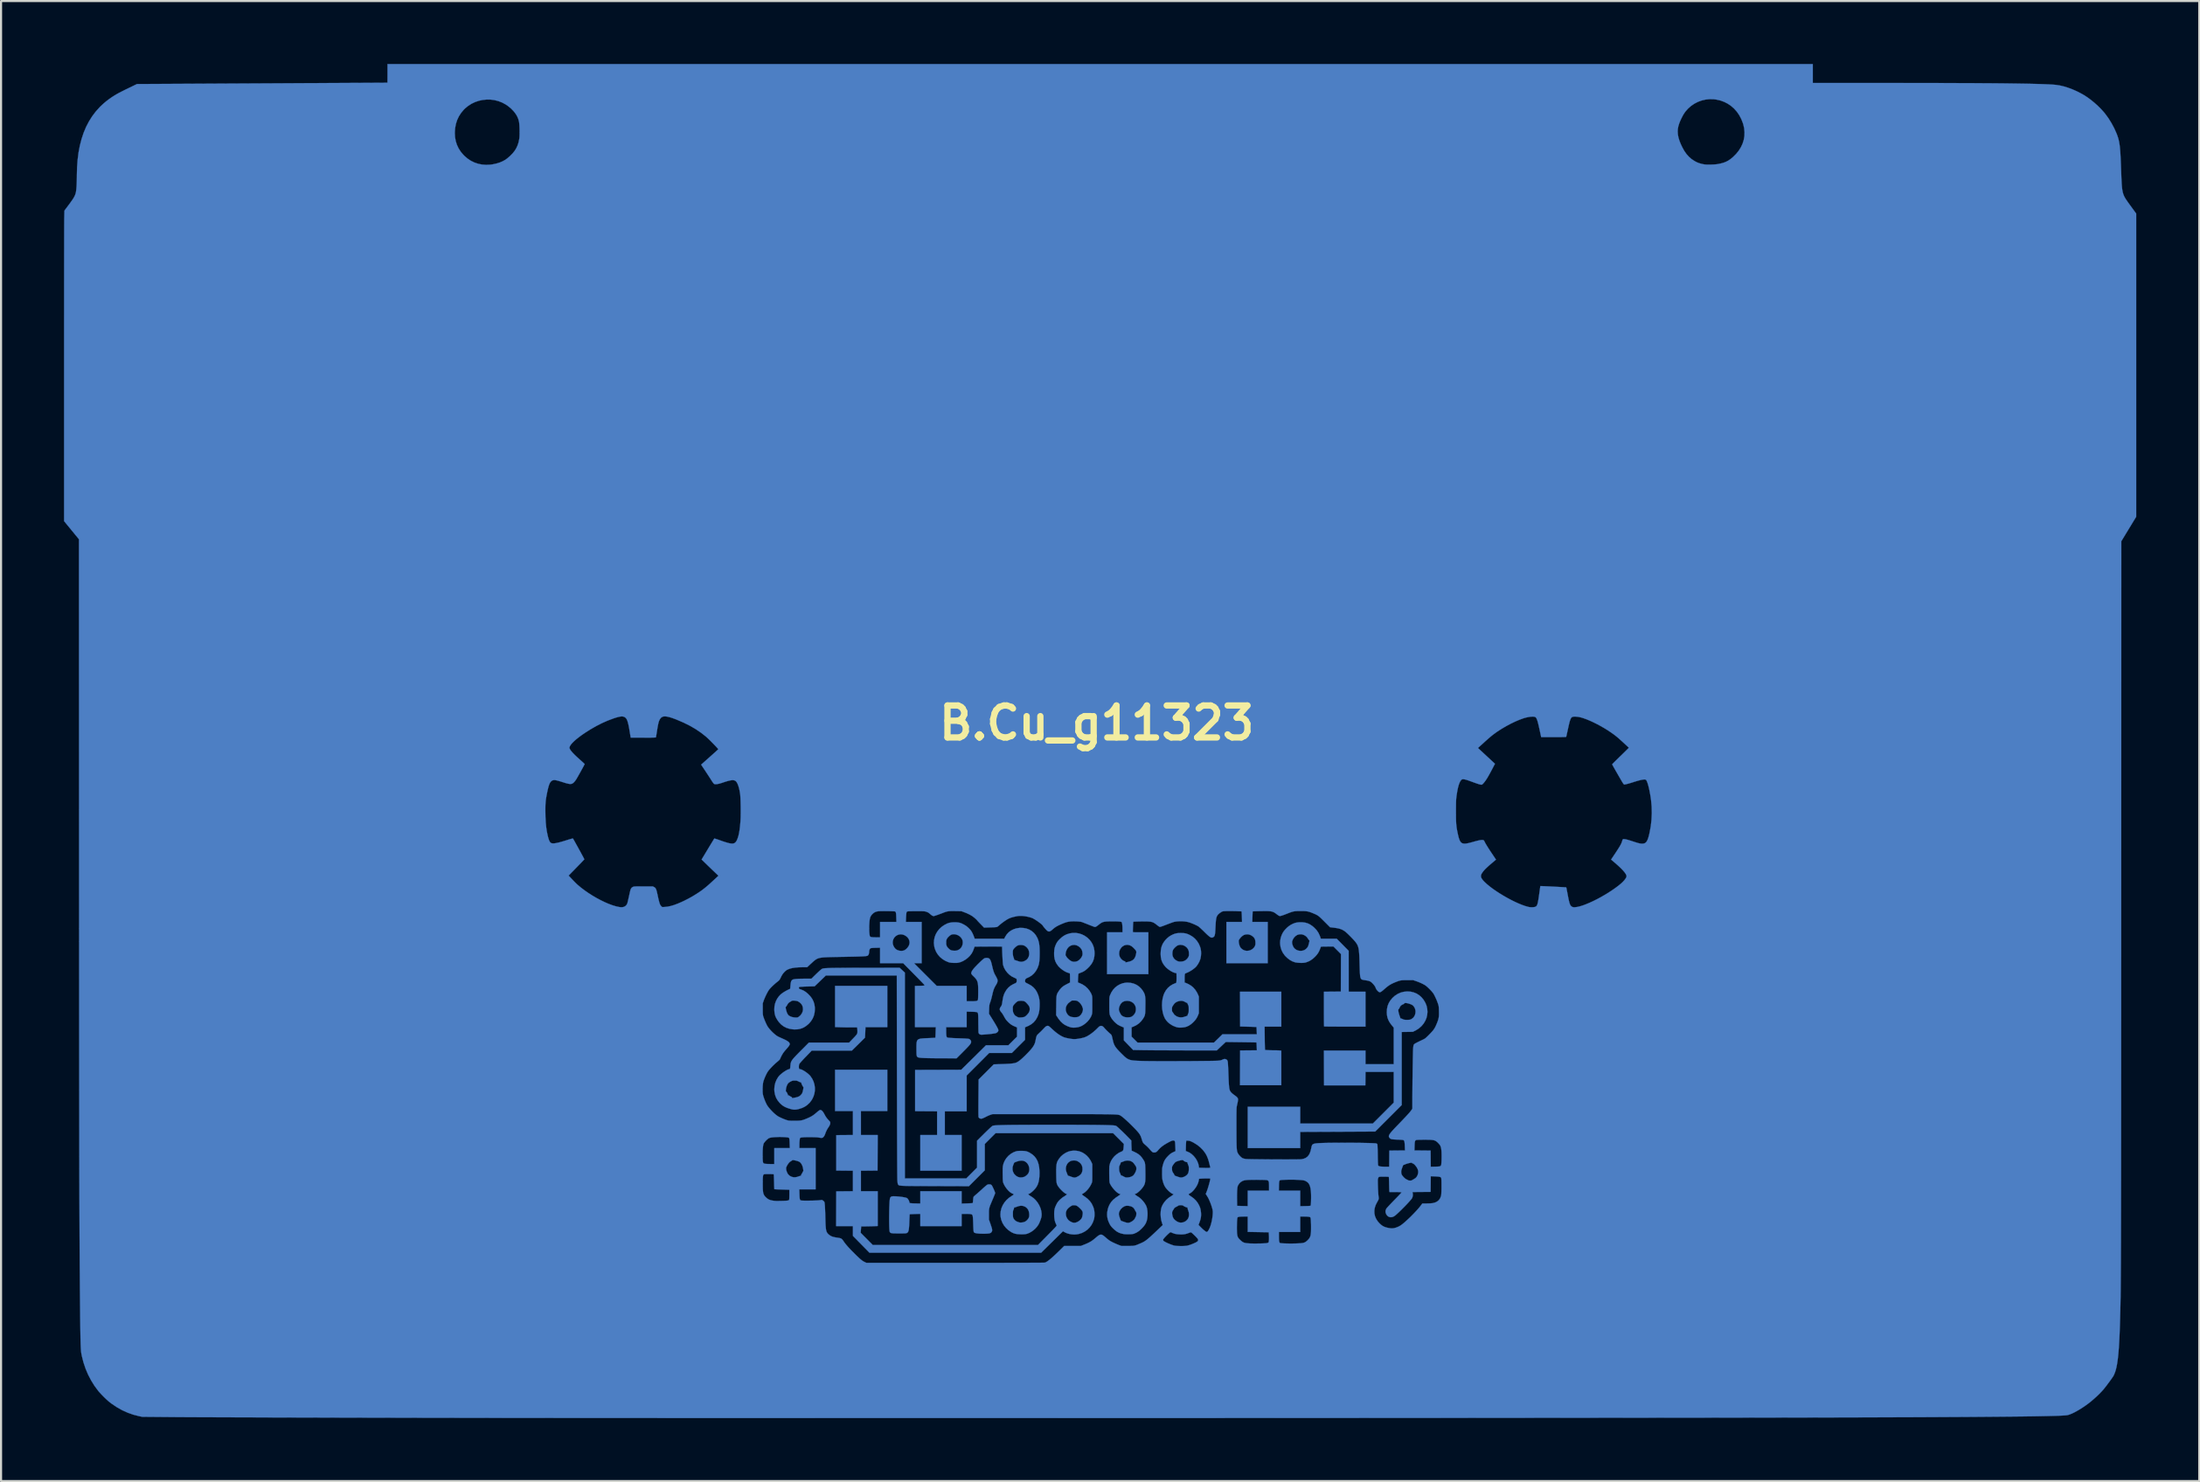
<source format=kicad_pcb>
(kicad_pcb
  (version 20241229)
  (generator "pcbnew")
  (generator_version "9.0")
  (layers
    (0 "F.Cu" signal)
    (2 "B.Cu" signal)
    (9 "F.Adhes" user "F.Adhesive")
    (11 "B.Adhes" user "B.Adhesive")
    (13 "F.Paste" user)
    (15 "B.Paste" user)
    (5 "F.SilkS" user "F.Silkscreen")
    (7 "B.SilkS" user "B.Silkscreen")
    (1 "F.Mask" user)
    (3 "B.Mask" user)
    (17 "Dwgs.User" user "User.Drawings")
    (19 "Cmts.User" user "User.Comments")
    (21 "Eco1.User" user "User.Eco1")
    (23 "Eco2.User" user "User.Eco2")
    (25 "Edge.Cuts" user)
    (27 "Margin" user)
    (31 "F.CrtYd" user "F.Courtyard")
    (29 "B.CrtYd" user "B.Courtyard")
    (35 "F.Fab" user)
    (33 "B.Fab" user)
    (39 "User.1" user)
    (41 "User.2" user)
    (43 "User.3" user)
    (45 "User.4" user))
  (footprint "B.Cu_g11323"
    (layer "F.Cu")
    (at 49.23 31.425)
    (property "Reference" "B.Cu_g11323" (at 0 0 0) (layer "F.SilkS") (effects (font (size 1.524 1.524) (thickness 0.3))))
    (attr through_hole)
    (fp_poly (pts (xy 14.974 12.813) (xy 15.12 12.849) (xy 15.256 12.906) (xy 15.38 12.986) (xy 15.492 13.087) (xy 15.59 13.208) (xy 15.67 13.344) (xy 15.725 13.481) (xy 15.757 13.625) (xy 15.768 13.774) (xy 15.755 13.922) (xy 15.721 14.067) (xy 15.67 14.19) (xy 15.587 14.33) (xy 15.485 14.453) (xy 15.365 14.559) (xy 15.225 14.649) (xy 15.154 14.685) (xy 15.069 14.726) (xy 14.805 14.73) (xy 14.541 14.734) (xy 14.541 18.218) (xy 13.91 18.849) (xy 13.278 19.481) (xy 11.49 19.49) (xy 9.703 19.498) (xy 9.703 20.269) (xy 7.201 20.269) (xy 7.201 18.301) (xy 9.703 18.301) (xy 9.703 19.101) (xy 13.164 19.101) (xy 14.161 18.104) (xy 14.161 16.637) (xy 12.815 16.637) (xy 12.808 17.278) (xy 10.839 17.278) (xy 10.833 15.621) (xy 12.814 15.621) (xy 12.814 16.269) (xy 14.161 16.269) (xy 14.161 14.528) (xy 14.065 14.411) (xy 13.977 14.293) (xy 13.912 14.178) (xy 13.867 14.063) (xy 13.841 13.941) (xy 13.831 13.808) (xy 13.831 13.79) (xy 13.837 13.694) (xy 14.377 13.694) (xy 14.381 13.739) (xy 14.39 13.792) (xy 14.403 13.849) (xy 14.419 13.904) (xy 14.421 13.909) (xy 14.439 13.961) (xy 14.456 14.011) (xy 14.468 14.048) (xy 14.469 14.049) (xy 14.482 14.081) (xy 14.499 14.095) (xy 14.516 14.097) (xy 14.552 14.104) (xy 14.574 14.115) (xy 14.615 14.136) (xy 14.667 14.15) (xy 14.735 14.156) (xy 14.815 14.156) (xy 14.876 14.154) (xy 14.92 14.15) (xy 14.953 14.142) (xy 14.985 14.129) (xy 15.01 14.116) (xy 15.082 14.063) (xy 15.137 13.995) (xy 15.175 13.915) (xy 15.196 13.828) (xy 15.2 13.738) (xy 15.185 13.65) (xy 15.151 13.567) (xy 15.098 13.493) (xy 15.075 13.47) (xy 15.029 13.438) (xy 14.963 13.408) (xy 14.886 13.381) (xy 14.803 13.361) (xy 14.76 13.354) (xy 14.719 13.35) (xy 14.694 13.353) (xy 14.673 13.366) (xy 14.66 13.378) (xy 14.634 13.4) (xy 14.614 13.411) (xy 14.612 13.411) (xy 14.594 13.418) (xy 14.562 13.434) (xy 14.54 13.447) (xy 14.503 13.475) (xy 14.474 13.51) (xy 14.447 13.56) (xy 14.443 13.568) (xy 14.421 13.609) (xy 14.402 13.639) (xy 14.389 13.652) (xy 14.388 13.652) (xy 14.379 13.664) (xy 14.377 13.694) (xy 13.837 13.694) (xy 13.84 13.633) (xy 13.871 13.489) (xy 13.924 13.356) (xy 13.999 13.231) (xy 14.097 13.114) (xy 14.216 13.006) (xy 14.347 12.921) (xy 14.489 12.857) (xy 14.639 12.818) (xy 14.797 12.802) (xy 14.818 12.802) (xy 14.974 12.813)) (stroke (width 0.01) (type solid)) (fill yes) (layer "B.Cu"))
    (fp_poly (pts (xy 9.813 9.504) (xy 9.945 9.521) (xy 10.066 9.557) (xy 10.18 9.613) (xy 10.292 9.69) (xy 10.378 9.765) (xy 10.483 9.877) (xy 10.567 9.999) (xy 10.631 10.134) (xy 10.643 10.164) (xy 10.687 10.287) (xy 11.442 10.287) (xy 11.728 10.576) (xy 12.013 10.865) (xy 12.014 11.84) (xy 12.014 12.814) (xy 12.814 12.814) (xy 12.814 14.478) (xy 11.832 14.478) (xy 11.676 14.478) (xy 11.528 14.478) (xy 11.389 14.477) (xy 11.262 14.476) (xy 11.147 14.476) (xy 11.048 14.475) (xy 10.966 14.474) (xy 10.903 14.472) (xy 10.861 14.471) (xy 10.842 14.47) (xy 10.842 14.47) (xy 10.84 14.456) (xy 10.839 14.419) (xy 10.837 14.36) (xy 10.836 14.283) (xy 10.835 14.189) (xy 10.834 14.08) (xy 10.834 13.959) (xy 10.833 13.827) (xy 10.833 13.688) (xy 10.833 13.638) (xy 10.833 12.815) (xy 11.64 12.808) (xy 11.643 11.913) (xy 11.646 11.018) (xy 11.465 10.836) (xy 11.284 10.655) (xy 10.987 10.658) (xy 10.691 10.662) (xy 10.649 10.773) (xy 10.605 10.878) (xy 10.556 10.967) (xy 10.496 11.05) (xy 10.434 11.121) (xy 10.326 11.224) (xy 10.21 11.309) (xy 10.09 11.374) (xy 9.969 11.418) (xy 9.904 11.431) (xy 9.831 11.438) (xy 9.742 11.44) (xy 9.648 11.436) (xy 9.557 11.428) (xy 9.478 11.416) (xy 9.455 11.411) (xy 9.333 11.367) (xy 9.212 11.301) (xy 9.097 11.215) (xy 8.991 11.113) (xy 8.961 11.078) (xy 8.873 10.953) (xy 8.807 10.818) (xy 8.765 10.677) (xy 8.745 10.531) (xy 8.746 10.48) (xy 9.314 10.48) (xy 9.325 10.545) (xy 9.347 10.613) (xy 9.375 10.676) (xy 9.387 10.697) (xy 9.446 10.766) (xy 9.521 10.818) (xy 9.606 10.852) (xy 9.699 10.867) (xy 9.794 10.862) (xy 9.887 10.835) (xy 9.89 10.833) (xy 9.954 10.795) (xy 10.014 10.741) (xy 10.061 10.679) (xy 10.078 10.647) (xy 10.09 10.612) (xy 10.105 10.561) (xy 10.12 10.504) (xy 10.125 10.485) (xy 10.137 10.432) (xy 10.143 10.397) (xy 10.143 10.377) (xy 10.138 10.366) (xy 10.132 10.362) (xy 10.115 10.345) (xy 10.092 10.314) (xy 10.073 10.282) (xy 10.016 10.205) (xy 9.944 10.144) (xy 9.861 10.101) (xy 9.772 10.077) (xy 9.681 10.075) (xy 9.591 10.095) (xy 9.556 10.109) (xy 9.479 10.16) (xy 9.411 10.229) (xy 9.357 10.311) (xy 9.322 10.399) (xy 9.315 10.428) (xy 9.314 10.48) (xy 8.746 10.48) (xy 8.749 10.383) (xy 8.776 10.236) (xy 8.827 10.092) (xy 8.88 9.989) (xy 8.93 9.916) (xy 8.997 9.838) (xy 9.072 9.762) (xy 9.151 9.695) (xy 9.225 9.643) (xy 9.229 9.64) (xy 9.33 9.585) (xy 9.422 9.546) (xy 9.511 9.521) (xy 9.607 9.507) (xy 9.664 9.503) (xy 9.813 9.504)) (stroke (width 0.01) (type solid)) (fill yes) (layer "B.Cu"))
    (fp_poly (pts (xy 1.624 12.392) (xy 1.766 12.427) (xy 1.897 12.484) (xy 2.015 12.563) (xy 2.119 12.662) (xy 2.209 12.782) (xy 2.259 12.872) (xy 2.277 12.913) (xy 2.292 12.956) (xy 2.304 13.004) (xy 2.312 13.061) (xy 2.318 13.129) (xy 2.322 13.211) (xy 2.323 13.311) (xy 2.322 13.431) (xy 2.321 13.516) (xy 2.319 13.631) (xy 2.317 13.724) (xy 2.313 13.799) (xy 2.308 13.859) (xy 2.3 13.907) (xy 2.29 13.949) (xy 2.275 13.987) (xy 2.256 14.024) (xy 2.233 14.065) (xy 2.215 14.094) (xy 2.122 14.219) (xy 2.013 14.325) (xy 1.887 14.412) (xy 1.746 14.479) (xy 1.743 14.48) (xy 1.664 14.51) (xy 1.664 14.955) (xy 1.807 15.097) (xy 1.95 15.24) (xy 5.592 15.24) (xy 5.793 15.043) (xy 5.994 14.846) (xy 7.637 14.846) (xy 7.629 14.673) (xy 7.626 14.61) (xy 7.622 14.556) (xy 7.62 14.517) (xy 7.617 14.497) (xy 7.617 14.496) (xy 7.604 14.495) (xy 7.568 14.493) (xy 7.513 14.491) (xy 7.443 14.488) (xy 7.359 14.485) (xy 7.266 14.483) (xy 7.226 14.482) (xy 6.839 14.472) (xy 6.832 12.814) (xy 8.801 12.814) (xy 8.801 14.478) (xy 8.005 14.478) (xy 8.01 14.97) (xy 8.011 15.082) (xy 8.012 15.189) (xy 8.014 15.287) (xy 8.016 15.373) (xy 8.018 15.443) (xy 8.019 15.495) (xy 8.021 15.525) (xy 8.021 15.527) (xy 8.028 15.592) (xy 8.124 15.6) (xy 8.171 15.603) (xy 8.236 15.605) (xy 8.313 15.607) (xy 8.393 15.608) (xy 8.433 15.608) (xy 8.511 15.609) (xy 8.586 15.61) (xy 8.653 15.612) (xy 8.704 15.615) (xy 8.723 15.616) (xy 8.801 15.625) (xy 8.801 17.272) (xy 6.832 17.272) (xy 6.839 15.615) (xy 7.637 15.608) (xy 7.629 15.422) (xy 7.626 15.356) (xy 7.623 15.3) (xy 7.62 15.259) (xy 7.618 15.236) (xy 7.617 15.233) (xy 7.604 15.232) (xy 7.568 15.231) (xy 7.511 15.23) (xy 7.435 15.229) (xy 7.343 15.227) (xy 7.237 15.226) (xy 7.119 15.224) (xy 6.992 15.222) (xy 6.883 15.221) (xy 6.152 15.212) (xy 5.939 15.412) (xy 5.727 15.613) (xy 4.206 15.611) (xy 4.001 15.61) (xy 3.795 15.61) (xy 3.592 15.609) (xy 3.393 15.608) (xy 3.2 15.607) (xy 3.017 15.607) (xy 2.845 15.606) (xy 2.686 15.605) (xy 2.542 15.604) (xy 2.417 15.602) (xy 2.312 15.601) (xy 2.23 15.6) (xy 2.212 15.6) (xy 1.738 15.592) (xy 1.517 15.362) (xy 1.295 15.132) (xy 1.295 14.826) (xy 1.295 14.52) (xy 1.181 14.472) (xy 1.12 14.445) (xy 1.058 14.414) (xy 1.005 14.384) (xy 0.992 14.375) (xy 0.926 14.324) (xy 0.855 14.258) (xy 0.787 14.184) (xy 0.728 14.109) (xy 0.695 14.058) (xy 0.67 14.016) (xy 0.651 13.977) (xy 0.635 13.94) (xy 0.624 13.9) (xy 0.615 13.855) (xy 0.61 13.8) (xy 0.606 13.733) (xy 0.605 13.672) (xy 1.057 13.672) (xy 1.069 13.723) (xy 1.092 13.786) (xy 1.123 13.849) (xy 1.156 13.905) (xy 1.173 13.928) (xy 1.231 13.977) (xy 1.306 14.013) (xy 1.395 14.034) (xy 1.493 14.038) (xy 1.597 14.027) (xy 1.632 14.019) (xy 1.678 13.997) (xy 1.729 13.959) (xy 1.777 13.909) (xy 1.818 13.853) (xy 1.845 13.799) (xy 1.847 13.795) (xy 1.869 13.692) (xy 1.868 13.594) (xy 1.846 13.503) (xy 1.804 13.423) (xy 1.745 13.354) (xy 1.67 13.301) (xy 1.581 13.265) (xy 1.48 13.248) (xy 1.424 13.249) (xy 1.328 13.263) (xy 1.247 13.297) (xy 1.181 13.349) (xy 1.127 13.423) (xy 1.084 13.519) (xy 1.079 13.533) (xy 1.059 13.613) (xy 1.057 13.672) (xy 0.605 13.672) (xy 0.604 13.65) (xy 0.603 13.547) (xy 0.603 13.456) (xy 0.603 13.347) (xy 0.604 13.261) (xy 0.604 13.193) (xy 0.606 13.141) (xy 0.608 13.101) (xy 0.612 13.07) (xy 0.617 13.044) (xy 0.624 13.021) (xy 0.632 12.996) (xy 0.637 12.982) (xy 0.7 12.845) (xy 0.781 12.722) (xy 0.879 12.615) (xy 0.99 12.527) (xy 1.114 12.458) (xy 1.248 12.409) (xy 1.389 12.384) (xy 1.472 12.38) (xy 1.624 12.392)) (stroke (width 0.01) (type solid)) (fill yes) (layer "B.Cu"))
    (fp_poly (pts (xy -9.982 14.503) (xy -11.024 14.503) (xy -11.024 14.551) (xy -11.025 14.58) (xy -11.027 14.629) (xy -11.03 14.692) (xy -11.033 14.763) (xy -11.035 14.801) (xy -11.046 15.004) (xy -11.358 15.313) (xy -11.671 15.621) (xy -13.583 15.621) (xy -13.869 15.917) (xy -13.94 15.99) (xy -14.005 16.06) (xy -14.064 16.124) (xy -14.112 16.178) (xy -14.149 16.221) (xy -14.171 16.25) (xy -14.177 16.258) (xy -14.189 16.299) (xy -14.197 16.352) (xy -14.198 16.408) (xy -14.194 16.456) (xy -14.185 16.485) (xy -14.161 16.506) (xy -14.136 16.51) (xy -14.093 16.518) (xy -14.037 16.542) (xy -13.97 16.577) (xy -13.899 16.621) (xy -13.827 16.672) (xy -13.759 16.726) (xy -13.699 16.78) (xy -13.651 16.832) (xy -13.65 16.833) (xy -13.563 16.961) (xy -13.498 17.097) (xy -13.455 17.24) (xy -13.434 17.387) (xy -13.435 17.534) (xy -13.459 17.68) (xy -13.504 17.821) (xy -13.571 17.955) (xy -13.66 18.08) (xy -13.694 18.118) (xy -13.8 18.217) (xy -13.917 18.297) (xy -14.049 18.359) (xy -14.199 18.407) (xy -14.204 18.409) (xy -14.3 18.429) (xy -14.383 18.438) (xy -14.463 18.434) (xy -14.548 18.417) (xy -14.58 18.409) (xy -14.705 18.371) (xy -14.811 18.331) (xy -14.901 18.286) (xy -14.982 18.233) (xy -15.058 18.169) (xy -15.119 18.108) (xy -15.214 17.989) (xy -15.286 17.861) (xy -15.335 17.721) (xy -15.362 17.571) (xy -15.364 17.531) (xy -14.82 17.531) (xy -14.819 17.558) (xy -14.811 17.573) (xy -14.803 17.58) (xy -14.785 17.598) (xy -14.764 17.632) (xy -14.743 17.673) (xy -14.727 17.713) (xy -14.719 17.742) (xy -14.719 17.744) (xy -14.711 17.759) (xy -14.696 17.759) (xy -14.67 17.763) (xy -14.638 17.782) (xy -14.633 17.786) (xy -14.598 17.811) (xy -14.563 17.828) (xy -14.557 17.83) (xy -14.531 17.843) (xy -14.526 17.864) (xy -14.526 17.865) (xy -14.527 17.878) (xy -14.521 17.884) (xy -14.504 17.885) (xy -14.471 17.881) (xy -14.431 17.874) (xy -14.37 17.863) (xy -14.308 17.848) (xy -14.258 17.835) (xy -14.18 17.801) (xy -14.111 17.748) (xy -14.057 17.683) (xy -14.036 17.642) (xy -14.02 17.599) (xy -14.005 17.542) (xy -13.992 17.482) (xy -13.99 17.474) (xy -13.982 17.421) (xy -13.978 17.388) (xy -13.98 17.367) (xy -13.987 17.352) (xy -13.995 17.342) (xy -14.023 17.302) (xy -14.05 17.249) (xy -14.072 17.196) (xy -14.077 17.174) (xy -14.09 17.142) (xy -14.11 17.132) (xy -14.111 17.132) (xy -14.134 17.127) (xy -14.171 17.112) (xy -14.214 17.091) (xy -14.258 17.07) (xy -14.295 17.057) (xy -14.335 17.051) (xy -14.389 17.05) (xy -14.395 17.05) (xy -14.452 17.051) (xy -14.494 17.057) (xy -14.534 17.069) (xy -14.582 17.091) (xy -14.583 17.092) (xy -14.638 17.124) (xy -14.687 17.161) (xy -14.711 17.184) (xy -14.747 17.24) (xy -14.779 17.314) (xy -14.803 17.399) (xy -14.817 17.486) (xy -14.82 17.531) (xy -15.364 17.531) (xy -15.367 17.462) (xy -15.355 17.308) (xy -15.32 17.159) (xy -15.264 17.018) (xy -15.188 16.89) (xy -15.155 16.847) (xy -15.109 16.797) (xy -15.05 16.744) (xy -14.984 16.689) (xy -14.913 16.638) (xy -14.842 16.591) (xy -14.776 16.553) (xy -14.718 16.525) (xy -14.673 16.511) (xy -14.661 16.51) (xy -14.64 16.506) (xy -14.624 16.492) (xy -14.614 16.464) (xy -14.606 16.417) (xy -14.601 16.351) (xy -14.597 16.299) (xy -14.591 16.253) (xy -14.583 16.211) (xy -14.57 16.17) (xy -14.552 16.13) (xy -14.526 16.086) (xy -14.492 16.039) (xy -14.448 15.985) (xy -14.392 15.923) (xy -14.324 15.85) (xy -14.241 15.765) (xy -14.143 15.666) (xy -14.064 15.586) (xy -13.719 15.24) (xy -11.801 15.24) (xy -11.639 15.072) (xy -11.568 14.998) (xy -11.514 14.94) (xy -11.473 14.894) (xy -11.444 14.857) (xy -11.424 14.825) (xy -11.413 14.797) (xy -11.407 14.767) (xy -11.405 14.735) (xy -11.405 14.708) (xy -11.406 14.653) (xy -11.409 14.602) (xy -11.413 14.564) (xy -11.413 14.564) (xy -11.421 14.516) (xy -11.708 14.516) (xy -11.811 14.516) (xy -11.924 14.514) (xy -12.038 14.513) (xy -12.144 14.51) (xy -12.233 14.508) (xy -12.471 14.499) (xy -12.471 12.535) (xy -9.982 12.535) (xy -9.982 14.503)) (stroke (width 0.01) (type solid)) (fill yes) (layer "B.Cu"))
    (fp_poly (pts (xy -5.101 22) (xy -5.057 22.007) (xy -5.027 22.022) (xy -5.002 22.047) (xy -4.986 22.072) (xy -4.964 22.114) (xy -4.938 22.167) (xy -4.911 22.226) (xy -4.885 22.285) (xy -4.863 22.34) (xy -4.847 22.384) (xy -4.839 22.412) (xy -4.839 22.416) (xy -4.844 22.432) (xy -4.857 22.469) (xy -4.878 22.521) (xy -4.905 22.587) (xy -4.936 22.662) (xy -4.959 22.715) (xy -5.005 22.825) (xy -5.043 22.914) (xy -5.073 22.987) (xy -5.095 23.048) (xy -5.112 23.101) (xy -5.123 23.149) (xy -5.131 23.196) (xy -5.135 23.245) (xy -5.137 23.301) (xy -5.137 23.368) (xy -5.137 23.425) (xy -5.137 23.679) (xy -5.064 23.889) (xy -5.033 23.982) (xy -5.009 24.055) (xy -4.993 24.112) (xy -4.985 24.155) (xy -4.982 24.189) (xy -4.986 24.217) (xy -4.994 24.242) (xy -4.997 24.248) (xy -5.018 24.282) (xy -5.046 24.308) (xy -5.085 24.327) (xy -5.138 24.34) (xy -5.209 24.348) (xy -5.301 24.352) (xy -5.325 24.353) (xy -5.405 24.354) (xy -5.487 24.352) (xy -5.564 24.35) (xy -5.625 24.346) (xy -5.635 24.345) (xy -5.716 24.335) (xy -5.774 24.324) (xy -5.815 24.311) (xy -5.842 24.293) (xy -5.858 24.27) (xy -5.862 24.258) (xy -5.867 24.233) (xy -5.871 24.187) (xy -5.876 24.124) (xy -5.88 24.048) (xy -5.883 23.963) (xy -5.885 23.906) (xy -5.889 23.785) (xy -5.893 23.688) (xy -5.898 23.611) (xy -5.903 23.552) (xy -5.91 23.508) (xy -5.918 23.477) (xy -5.927 23.457) (xy -5.934 23.449) (xy -5.956 23.433) (xy -5.99 23.422) (xy -6.039 23.414) (xy -6.107 23.409) (xy -6.195 23.407) (xy -6.245 23.406) (xy -6.439 23.406) (xy -6.439 23.99) (xy -8.407 23.99) (xy -8.407 23.405) (xy -8.658 23.413) (xy -8.735 23.416) (xy -8.803 23.419) (xy -8.858 23.422) (xy -8.896 23.424) (xy -8.913 23.426) (xy -8.914 23.426) (xy -8.916 23.44) (xy -8.918 23.475) (xy -8.921 23.528) (xy -8.924 23.597) (xy -8.928 23.676) (xy -8.93 23.733) (xy -8.935 23.866) (xy -8.941 23.976) (xy -8.948 24.066) (xy -8.956 24.138) (xy -8.966 24.194) (xy -8.978 24.236) (xy -8.993 24.268) (xy -9.012 24.292) (xy -9.034 24.31) (xy -9.046 24.317) (xy -9.061 24.324) (xy -9.08 24.329) (xy -9.106 24.333) (xy -9.142 24.336) (xy -9.191 24.338) (xy -9.258 24.339) (xy -9.344 24.339) (xy -9.423 24.34) (xy -9.536 24.339) (xy -9.625 24.338) (xy -9.696 24.336) (xy -9.749 24.331) (xy -9.789 24.324) (xy -9.817 24.315) (xy -9.838 24.302) (xy -9.853 24.285) (xy -9.865 24.265) (xy -9.872 24.239) (xy -9.878 24.191) (xy -9.883 24.123) (xy -9.887 24.038) (xy -9.89 23.939) (xy -9.892 23.829) (xy -9.893 23.71) (xy -9.893 23.586) (xy -9.892 23.459) (xy -9.89 23.332) (xy -9.888 23.208) (xy -9.885 23.09) (xy -9.88 22.98) (xy -9.876 22.882) (xy -9.87 22.798) (xy -9.864 22.731) (xy -9.856 22.683) (xy -9.854 22.672) (xy -9.837 22.626) (xy -9.811 22.596) (xy -9.773 22.577) (xy -9.717 22.569) (xy -9.672 22.568) (xy -9.563 22.571) (xy -9.442 22.581) (xy -9.317 22.595) (xy -9.201 22.613) (xy -9.169 22.619) (xy -9.112 22.631) (xy -9.073 22.642) (xy -9.046 22.654) (xy -9.024 22.672) (xy -9.003 22.694) (xy -8.96 22.759) (xy -8.936 22.82) (xy -8.915 22.894) (xy -8.81 22.903) (xy -8.752 22.906) (xy -8.68 22.909) (xy -8.604 22.91) (xy -8.557 22.911) (xy -8.407 22.911) (xy -8.407 22.327) (xy -6.439 22.327) (xy -6.439 22.917) (xy -6.177 22.908) (xy -6.098 22.905) (xy -6.028 22.902) (xy -5.97 22.899) (xy -5.929 22.895) (xy -5.909 22.892) (xy -5.907 22.892) (xy -5.903 22.876) (xy -5.899 22.841) (xy -5.894 22.792) (xy -5.891 22.753) (xy -5.886 22.695) (xy -5.88 22.645) (xy -5.873 22.609) (xy -5.869 22.596) (xy -5.853 22.577) (xy -5.823 22.547) (xy -5.782 22.511) (xy -5.759 22.491) (xy -5.719 22.458) (xy -5.666 22.411) (xy -5.604 22.356) (xy -5.536 22.295) (xy -5.469 22.234) (xy -5.458 22.224) (xy -5.396 22.167) (xy -5.337 22.115) (xy -5.285 22.071) (xy -5.243 22.038) (xy -5.215 22.018) (xy -5.21 22.015) (xy -5.155 21.999) (xy -5.101 22)) (stroke (width 0.01) (type solid)) (fill yes) (layer "B.Cu"))
    (fp_poly (pts (xy -3.496 20.405) (xy -3.417 20.412) (xy -3.348 20.425) (xy -3.284 20.447) (xy -3.217 20.479) (xy -3.161 20.511) (xy -3.049 20.588) (xy -2.954 20.678) (xy -2.877 20.782) (xy -2.816 20.9) (xy -2.772 21.036) (xy -2.742 21.189) (xy -2.728 21.361) (xy -2.726 21.45) (xy -2.731 21.622) (xy -2.747 21.772) (xy -2.775 21.904) (xy -2.815 22.019) (xy -2.868 22.119) (xy -2.876 22.131) (xy -2.917 22.187) (xy -2.968 22.245) (xy -3.024 22.302) (xy -3.081 22.354) (xy -3.137 22.399) (xy -3.186 22.432) (xy -3.225 22.451) (xy -3.241 22.454) (xy -3.26 22.459) (xy -3.258 22.475) (xy -3.237 22.499) (xy -3.199 22.53) (xy -3.144 22.565) (xy -3.117 22.581) (xy -3.007 22.657) (xy -2.907 22.754) (xy -2.818 22.866) (xy -2.743 22.99) (xy -2.684 23.121) (xy -2.644 23.255) (xy -2.626 23.388) (xy -2.625 23.425) (xy -2.626 23.482) (xy -2.631 23.53) (xy -2.641 23.578) (xy -2.658 23.635) (xy -2.672 23.678) (xy -2.697 23.747) (xy -2.726 23.818) (xy -2.756 23.882) (xy -2.772 23.913) (xy -2.837 24.009) (xy -2.919 24.102) (xy -3.013 24.186) (xy -3.115 24.259) (xy -3.22 24.317) (xy -3.324 24.357) (xy -3.393 24.372) (xy -3.466 24.379) (xy -3.555 24.382) (xy -3.651 24.38) (xy -3.743 24.375) (xy -3.788 24.371) (xy -3.881 24.355) (xy -3.965 24.328) (xy -4.051 24.287) (xy -4.082 24.27) (xy -4.212 24.18) (xy -4.325 24.075) (xy -4.42 23.957) (xy -4.495 23.828) (xy -4.549 23.69) (xy -4.58 23.546) (xy -4.587 23.431) (xy -4.586 23.412) (xy -3.994 23.412) (xy -3.994 23.48) (xy -3.991 23.529) (xy -3.986 23.565) (xy -3.978 23.594) (xy -3.965 23.623) (xy -3.964 23.625) (xy -3.922 23.689) (xy -3.865 23.741) (xy -3.788 23.782) (xy -3.69 23.814) (xy -3.677 23.818) (xy -3.63 23.822) (xy -3.569 23.819) (xy -3.505 23.809) (xy -3.448 23.793) (xy -3.433 23.787) (xy -3.367 23.748) (xy -3.306 23.693) (xy -3.256 23.628) (xy -3.233 23.581) (xy -3.22 23.538) (xy -3.214 23.487) (xy -3.215 23.421) (xy -3.215 23.415) (xy -3.23 23.308) (xy -3.264 23.215) (xy -3.317 23.139) (xy -3.388 23.079) (xy -3.476 23.039) (xy -3.5 23.031) (xy -3.564 23.02) (xy -3.628 23.02) (xy -3.699 23.032) (xy -3.783 23.058) (xy -3.801 23.065) (xy -3.85 23.082) (xy -3.892 23.095) (xy -3.92 23.101) (xy -3.924 23.101) (xy -3.941 23.108) (xy -3.941 23.125) (xy -3.943 23.15) (xy -3.955 23.186) (xy -3.965 23.204) (xy -3.977 23.231) (xy -3.986 23.258) (xy -3.991 23.292) (xy -3.993 23.337) (xy -3.994 23.401) (xy -3.994 23.412) (xy -4.586 23.412) (xy -4.575 23.282) (xy -4.539 23.137) (xy -4.48 22.998) (xy -4.4 22.868) (xy -4.3 22.748) (xy -4.181 22.642) (xy -4.058 22.558) (xy -4.013 22.53) (xy -3.979 22.504) (xy -3.959 22.485) (xy -3.956 22.479) (xy -3.967 22.463) (xy -3.996 22.447) (xy -4.006 22.444) (xy -4.072 22.412) (xy -4.144 22.36) (xy -4.216 22.292) (xy -4.286 22.212) (xy -4.35 22.124) (xy -4.405 22.033) (xy -4.446 21.942) (xy -4.448 21.937) (xy -4.457 21.912) (xy -4.464 21.886) (xy -4.469 21.856) (xy -4.472 21.818) (xy -4.475 21.768) (xy -4.478 21.703) (xy -4.479 21.618) (xy -4.48 21.543) (xy -4.482 21.425) (xy -4.481 21.322) (xy -4.48 21.271) (xy -4.014 21.271) (xy -3.998 21.37) (xy -3.96 21.461) (xy -3.911 21.531) (xy -3.834 21.601) (xy -3.749 21.648) (xy -3.657 21.67) (xy -3.558 21.668) (xy -3.464 21.646) (xy -3.409 21.619) (xy -3.351 21.577) (xy -3.297 21.526) (xy -3.257 21.473) (xy -3.25 21.46) (xy -3.219 21.372) (xy -3.209 21.278) (xy -3.22 21.183) (xy -3.25 21.092) (xy -3.299 21.01) (xy -3.35 20.955) (xy -3.422 20.904) (xy -3.502 20.875) (xy -3.591 20.866) (xy -3.691 20.878) (xy -3.804 20.91) (xy -3.856 20.93) (xy -3.899 20.948) (xy -3.927 20.963) (xy -3.935 20.971) (xy -3.942 20.99) (xy -3.957 21.025) (xy -3.975 21.068) (xy -3.977 21.071) (xy -4.007 21.171) (xy -4.014 21.271) (xy -4.48 21.271) (xy -4.479 21.235) (xy -4.475 21.168) (xy -4.471 21.131) (xy -4.438 20.997) (xy -4.382 20.869) (xy -4.306 20.75) (xy -4.212 20.644) (xy -4.104 20.553) (xy -3.983 20.48) (xy -3.88 20.438) (xy -3.836 20.424) (xy -3.798 20.414) (xy -3.758 20.408) (xy -3.711 20.405) (xy -3.649 20.404) (xy -3.594 20.403) (xy -3.496 20.405)) (stroke (width 0.01) (type solid)) (fill yes) (layer "B.Cu"))
    (fp_poly (pts (xy -0.985 10.012) (xy -0.841 10.036) (xy -0.701 10.082) (xy -0.569 10.148) (xy -0.448 10.234) (xy -0.339 10.338) (xy -0.253 10.449) (xy -0.183 10.576) (xy -0.135 10.711) (xy -0.109 10.856) (xy -0.102 10.979) (xy -0.111 11.126) (xy -0.138 11.259) (xy -0.184 11.381) (xy -0.252 11.497) (xy -0.342 11.609) (xy -0.417 11.686) (xy -0.501 11.761) (xy -0.578 11.818) (xy -0.654 11.863) (xy -0.736 11.898) (xy -0.767 11.909) (xy -0.815 11.927) (xy -0.852 11.945) (xy -0.87 11.96) (xy -0.87 11.961) (xy -0.874 11.982) (xy -0.879 12.022) (xy -0.883 12.074) (xy -0.887 12.135) (xy -0.89 12.198) (xy -0.892 12.258) (xy -0.894 12.311) (xy -0.894 12.35) (xy -0.892 12.37) (xy -0.891 12.371) (xy -0.875 12.38) (xy -0.843 12.393) (xy -0.806 12.407) (xy -0.672 12.469) (xy -0.547 12.552) (xy -0.437 12.652) (xy -0.343 12.766) (xy -0.268 12.891) (xy -0.238 12.962) (xy -0.23 12.984) (xy -0.224 13.006) (xy -0.219 13.03) (xy -0.215 13.06) (xy -0.213 13.099) (xy -0.211 13.151) (xy -0.21 13.217) (xy -0.21 13.303) (xy -0.21 13.409) (xy -0.21 13.437) (xy -0.21 13.552) (xy -0.21 13.645) (xy -0.211 13.719) (xy -0.213 13.776) (xy -0.216 13.82) (xy -0.22 13.855) (xy -0.225 13.882) (xy -0.231 13.905) (xy -0.231 13.906) (xy -0.277 14.015) (xy -0.344 14.123) (xy -0.428 14.225) (xy -0.526 14.317) (xy -0.632 14.396) (xy -0.743 14.457) (xy -0.816 14.485) (xy -0.905 14.508) (xy -1.002 14.522) (xy -1.099 14.526) (xy -1.186 14.521) (xy -1.243 14.51) (xy -1.387 14.46) (xy -1.513 14.398) (xy -1.624 14.32) (xy -1.725 14.223) (xy -1.819 14.104) (xy -1.847 14.062) (xy -1.933 13.931) (xy -1.929 13.622) (xy -1.477 13.622) (xy -1.472 13.715) (xy -1.442 13.808) (xy -1.395 13.889) (xy -1.342 13.948) (xy -1.278 13.99) (xy -1.201 14.018) (xy -1.106 14.031) (xy -1.053 14.033) (xy -0.976 14.03) (xy -0.912 14.021) (xy -0.886 14.014) (xy -0.823 13.98) (xy -0.765 13.927) (xy -0.716 13.861) (xy -0.68 13.787) (xy -0.658 13.711) (xy -0.654 13.638) (xy -0.659 13.608) (xy -0.697 13.501) (xy -0.754 13.404) (xy -0.827 13.322) (xy -0.906 13.262) (xy -0.935 13.247) (xy -0.967 13.239) (xy -1.008 13.234) (xy -1.066 13.233) (xy -1.178 13.233) (xy -1.271 13.296) (xy -1.356 13.365) (xy -1.419 13.444) (xy -1.46 13.531) (xy -1.477 13.622) (xy -1.929 13.622) (xy -1.927 13.477) (xy -1.926 13.349) (xy -1.924 13.243) (xy -1.921 13.156) (xy -1.918 13.086) (xy -1.912 13.029) (xy -1.904 12.981) (xy -1.893 12.941) (xy -1.879 12.905) (xy -1.861 12.87) (xy -1.838 12.832) (xy -1.81 12.789) (xy -1.804 12.78) (xy -1.744 12.696) (xy -1.682 12.627) (xy -1.613 12.567) (xy -1.53 12.512) (xy -1.428 12.456) (xy -1.426 12.455) (xy -1.27 12.376) (xy -1.27 12.167) (xy -1.271 12.096) (xy -1.272 12.033) (xy -1.275 11.984) (xy -1.278 11.952) (xy -1.28 11.943) (xy -1.297 11.932) (xy -1.33 11.92) (xy -1.353 11.914) (xy -1.438 11.884) (xy -1.531 11.836) (xy -1.626 11.775) (xy -1.717 11.704) (xy -1.798 11.627) (xy -1.831 11.591) (xy -1.909 11.484) (xy -1.967 11.372) (xy -2.005 11.251) (xy -2.026 11.118) (xy -2.027 11.062) (xy -1.485 11.062) (xy -1.481 11.091) (xy -1.473 11.1) (xy -1.461 11.11) (xy -1.446 11.136) (xy -1.444 11.141) (xy -1.42 11.179) (xy -1.38 11.224) (xy -1.33 11.271) (xy -1.276 11.314) (xy -1.225 11.349) (xy -1.191 11.365) (xy -1.105 11.386) (xy -1.015 11.384) (xy -0.928 11.36) (xy -0.908 11.35) (xy -0.829 11.297) (xy -0.76 11.225) (xy -0.707 11.141) (xy -0.704 11.134) (xy -0.685 11.088) (xy -0.676 11.049) (xy -0.674 11.003) (xy -0.675 10.969) (xy -0.689 10.877) (xy -0.72 10.798) (xy -0.773 10.725) (xy -0.79 10.707) (xy -0.869 10.644) (xy -0.955 10.602) (xy -1.044 10.582) (xy -1.135 10.584) (xy -1.222 10.609) (xy -1.302 10.655) (xy -1.338 10.686) (xy -1.395 10.752) (xy -1.436 10.826) (xy -1.467 10.917) (xy -1.467 10.918) (xy -1.478 10.97) (xy -1.484 11.02) (xy -1.485 11.062) (xy -2.027 11.062) (xy -2.029 10.969) (xy -2.028 10.948) (xy -2.022 10.845) (xy -2.01 10.759) (xy -1.991 10.682) (xy -1.963 10.605) (xy -1.928 10.528) (xy -1.9 10.475) (xy -1.87 10.429) (xy -1.834 10.384) (xy -1.786 10.332) (xy -1.76 10.306) (xy -1.676 10.228) (xy -1.596 10.167) (xy -1.515 10.118) (xy -1.424 10.076) (xy -1.422 10.075) (xy -1.279 10.031) (xy -1.132 10.01) (xy -0.985 10.012)) (stroke (width 0.01) (type solid)) (fill yes) (layer "B.Cu"))
    (fp_poly (pts (xy 4.109 10.017) (xy 4.194 10.026) (xy 4.271 10.042) (xy 4.348 10.069) (xy 4.432 10.107) (xy 4.439 10.11) (xy 4.571 10.189) (xy 4.688 10.287) (xy 4.788 10.402) (xy 4.87 10.533) (xy 4.931 10.678) (xy 4.954 10.757) (xy 4.973 10.866) (xy 4.978 10.987) (xy 4.97 11.11) (xy 4.949 11.226) (xy 4.936 11.271) (xy 4.891 11.384) (xy 4.83 11.496) (xy 4.76 11.596) (xy 4.755 11.602) (xy 4.702 11.657) (xy 4.632 11.715) (xy 4.549 11.775) (xy 4.462 11.83) (xy 4.374 11.878) (xy 4.293 11.914) (xy 4.263 11.925) (xy 4.221 11.947) (xy 4.203 11.972) (xy 4.199 11.995) (xy 4.195 12.039) (xy 4.192 12.097) (xy 4.191 12.164) (xy 4.191 12.191) (xy 4.191 12.38) (xy 4.226 12.388) (xy 4.252 12.397) (xy 4.294 12.415) (xy 4.345 12.438) (xy 4.376 12.452) (xy 4.499 12.526) (xy 4.611 12.62) (xy 4.708 12.733) (xy 4.788 12.861) (xy 4.831 12.952) (xy 4.87 13.049) (xy 4.87 13.837) (xy 4.837 13.922) (xy 4.794 14.019) (xy 4.744 14.105) (xy 4.681 14.186) (xy 4.61 14.262) (xy 4.506 14.356) (xy 4.402 14.427) (xy 4.295 14.478) (xy 4.181 14.509) (xy 4.054 14.523) (xy 4.039 14.524) (xy 3.963 14.525) (xy 3.903 14.522) (xy 3.849 14.513) (xy 3.813 14.504) (xy 3.76 14.487) (xy 3.695 14.461) (xy 3.63 14.432) (xy 3.604 14.419) (xy 3.495 14.352) (xy 3.397 14.27) (xy 3.314 14.179) (xy 3.25 14.082) (xy 3.248 14.077) (xy 3.19 13.941) (xy 3.148 13.789) (xy 3.126 13.648) (xy 3.589 13.648) (xy 3.589 13.702) (xy 3.593 13.738) (xy 3.6 13.762) (xy 3.614 13.781) (xy 3.615 13.782) (xy 3.641 13.815) (xy 3.662 13.851) (xy 3.684 13.884) (xy 3.716 13.92) (xy 3.727 13.93) (xy 3.813 13.99) (xy 3.909 14.026) (xy 4.011 14.039) (xy 4.118 14.029) (xy 4.211 14) (xy 4.254 13.985) (xy 4.29 13.974) (xy 4.309 13.97) (xy 4.327 13.959) (xy 4.331 13.944) (xy 4.337 13.918) (xy 4.351 13.881) (xy 4.359 13.865) (xy 4.371 13.839) (xy 4.38 13.813) (xy 4.385 13.78) (xy 4.387 13.734) (xy 4.388 13.67) (xy 4.388 13.652) (xy 4.387 13.585) (xy 4.386 13.537) (xy 4.382 13.503) (xy 4.375 13.476) (xy 4.363 13.45) (xy 4.353 13.431) (xy 4.336 13.395) (xy 4.326 13.368) (xy 4.326 13.358) (xy 4.321 13.349) (xy 4.311 13.348) (xy 4.29 13.341) (xy 4.255 13.325) (xy 4.216 13.302) (xy 4.133 13.263) (xy 4.046 13.247) (xy 3.952 13.254) (xy 3.89 13.269) (xy 3.816 13.297) (xy 3.755 13.334) (xy 3.702 13.384) (xy 3.65 13.454) (xy 3.649 13.456) (xy 3.62 13.5) (xy 3.602 13.533) (xy 3.593 13.564) (xy 3.589 13.601) (xy 3.589 13.648) (xy 3.126 13.648) (xy 3.123 13.628) (xy 3.114 13.462) (xy 3.121 13.295) (xy 3.145 13.134) (xy 3.186 12.982) (xy 3.224 12.886) (xy 3.296 12.754) (xy 3.385 12.641) (xy 3.491 12.546) (xy 3.615 12.468) (xy 3.736 12.415) (xy 3.796 12.392) (xy 3.804 12.314) (xy 3.806 12.269) (xy 3.808 12.208) (xy 3.808 12.138) (xy 3.808 12.084) (xy 3.804 11.932) (xy 3.74 11.918) (xy 3.662 11.893) (xy 3.575 11.851) (xy 3.485 11.797) (xy 3.397 11.734) (xy 3.318 11.666) (xy 3.279 11.626) (xy 3.194 11.521) (xy 3.13 11.412) (xy 3.086 11.296) (xy 3.059 11.17) (xy 3.05 11.028) (xy 3.051 10.975) (xy 3.607 10.975) (xy 3.611 11.057) (xy 3.627 11.129) (xy 3.664 11.202) (xy 3.721 11.269) (xy 3.793 11.324) (xy 3.873 11.363) (xy 3.886 11.367) (xy 3.941 11.377) (xy 4.009 11.378) (xy 4.08 11.372) (xy 4.142 11.358) (xy 4.157 11.354) (xy 4.244 11.308) (xy 4.316 11.242) (xy 4.363 11.174) (xy 4.383 11.135) (xy 4.394 11.101) (xy 4.399 11.062) (xy 4.4 11.008) (xy 4.4 11.005) (xy 4.394 10.909) (xy 4.374 10.83) (xy 4.339 10.762) (xy 4.288 10.699) (xy 4.216 10.642) (xy 4.134 10.602) (xy 4.046 10.581) (xy 3.959 10.579) (xy 3.877 10.599) (xy 3.864 10.604) (xy 3.809 10.637) (xy 3.751 10.685) (xy 3.696 10.741) (xy 3.653 10.797) (xy 3.637 10.827) (xy 3.616 10.895) (xy 3.607 10.975) (xy 3.051 10.975) (xy 3.052 10.935) (xy 3.06 10.831) (xy 3.074 10.743) (xy 3.095 10.662) (xy 3.127 10.58) (xy 3.151 10.528) (xy 3.205 10.439) (xy 3.277 10.348) (xy 3.361 10.262) (xy 3.452 10.187) (xy 3.543 10.129) (xy 3.55 10.126) (xy 3.647 10.079) (xy 3.733 10.047) (xy 3.819 10.027) (xy 3.911 10.017) (xy 4.007 10.015) (xy 4.109 10.017)) (stroke (width 0.01) (type solid)) (fill yes) (layer "B.Cu"))
    (fp_poly (pts (xy -9.982 18.504) (xy -11.239 18.504) (xy -11.239 19.647) (xy -10.439 19.647) (xy -10.446 21.342) (xy -10.843 21.346) (xy -11.239 21.349) (xy -11.239 22.327) (xy -10.439 22.327) (xy -10.439 23.986) (xy -10.651 23.995) (xy -10.741 23.998) (xy -10.84 24) (xy -10.938 24.002) (xy -11.024 24.003) (xy -11.044 24.003) (xy -11.225 24.003) (xy -11.232 24.07) (xy -11.236 24.119) (xy -11.241 24.179) (xy -11.244 24.224) (xy -11.25 24.311) (xy -10.674 24.892) (xy -6.737 24.892) (xy -2.799 24.892) (xy -2.412 24.501) (xy -2.328 24.416) (xy -2.247 24.334) (xy -2.172 24.257) (xy -2.104 24.188) (xy -2.047 24.128) (xy -2.003 24.081) (xy -1.973 24.048) (xy -1.964 24.038) (xy -1.903 23.966) (xy -1.935 23.899) (xy -1.972 23.814) (xy -1.998 23.726) (xy -2.014 23.63) (xy -2.023 23.519) (xy -2.025 23.438) (xy -2.025 23.438) (xy -1.47 23.438) (xy -1.45 23.538) (xy -1.407 23.628) (xy -1.345 23.706) (xy -1.263 23.769) (xy -1.166 23.815) (xy -1.152 23.82) (xy -1.077 23.833) (xy -0.999 23.824) (xy -0.924 23.796) (xy -0.857 23.758) (xy -0.793 23.708) (xy -0.741 23.653) (xy -0.71 23.606) (xy -0.695 23.569) (xy -0.682 23.517) (xy -0.671 23.462) (xy -0.671 23.459) (xy -0.663 23.392) (xy -0.665 23.338) (xy -0.677 23.292) (xy -0.702 23.247) (xy -0.743 23.198) (xy -0.796 23.144) (xy -0.858 23.087) (xy -0.908 23.046) (xy -0.952 23.019) (xy -0.995 23.003) (xy -1.042 22.996) (xy -1.079 22.995) (xy -1.122 22.995) (xy -1.154 23) (xy -1.184 23.012) (xy -1.222 23.034) (xy -1.253 23.054) (xy -1.342 23.121) (xy -1.406 23.191) (xy -1.448 23.266) (xy -1.469 23.349) (xy -1.47 23.438) (xy -2.025 23.438) (xy -2.024 23.338) (xy -2.018 23.256) (xy -2.007 23.185) (xy -1.989 23.118) (xy -1.962 23.048) (xy -1.925 22.967) (xy -1.923 22.963) (xy -1.886 22.894) (xy -1.849 22.838) (xy -1.804 22.784) (xy -1.767 22.746) (xy -1.716 22.699) (xy -1.661 22.652) (xy -1.61 22.614) (xy -1.587 22.6) (xy -1.514 22.554) (xy -1.462 22.517) (xy -1.432 22.49) (xy -1.422 22.471) (xy -1.433 22.457) (xy -1.446 22.454) (xy -1.476 22.444) (xy -1.518 22.419) (xy -1.569 22.38) (xy -1.625 22.331) (xy -1.682 22.276) (xy -1.738 22.218) (xy -1.787 22.161) (xy -1.827 22.106) (xy -1.83 22.102) (xy -1.856 22.062) (xy -1.876 22.025) (xy -1.891 21.989) (xy -1.903 21.949) (xy -1.912 21.901) (xy -1.918 21.843) (xy -1.922 21.77) (xy -1.925 21.678) (xy -1.927 21.571) (xy -1.929 21.427) (xy -1.929 21.305) (xy -1.928 21.288) (xy -1.472 21.288) (xy -1.454 21.377) (xy -1.43 21.443) (xy -1.41 21.492) (xy -1.393 21.534) (xy -1.382 21.562) (xy -1.38 21.568) (xy -1.365 21.587) (xy -1.354 21.59) (xy -1.335 21.594) (xy -1.298 21.606) (xy -1.251 21.624) (xy -1.224 21.634) (xy -1.15 21.66) (xy -1.09 21.674) (xy -1.038 21.675) (xy -0.986 21.664) (xy -0.928 21.64) (xy -0.918 21.635) (xy -0.828 21.584) (xy -0.76 21.525) (xy -0.713 21.456) (xy -0.686 21.375) (xy -0.676 21.292) (xy -0.681 21.186) (xy -0.709 21.092) (xy -0.759 21.012) (xy -0.831 20.944) (xy -0.911 20.896) (xy -0.955 20.876) (xy -0.995 20.865) (xy -1.041 20.861) (xy -1.086 20.86) (xy -1.144 20.862) (xy -1.188 20.868) (xy -1.229 20.881) (xy -1.26 20.896) (xy -1.34 20.948) (xy -1.402 21.018) (xy -1.445 21.105) (xy -1.447 21.111) (xy -1.469 21.202) (xy -1.472 21.288) (xy -1.928 21.288) (xy -1.926 21.203) (xy -1.92 21.118) (xy -1.912 21.047) (xy -1.9 20.988) (xy -1.885 20.938) (xy -1.867 20.895) (xy -1.794 20.776) (xy -1.702 20.666) (xy -1.594 20.571) (xy -1.474 20.495) (xy -1.454 20.484) (xy -1.344 20.437) (xy -1.239 20.408) (xy -1.13 20.394) (xy -1.067 20.393) (xy -0.955 20.399) (xy -0.852 20.418) (xy -0.75 20.453) (xy -0.675 20.486) (xy -0.566 20.553) (xy -0.463 20.64) (xy -0.371 20.743) (xy -0.293 20.859) (xy -0.242 20.96) (xy -0.21 21.038) (xy -0.21 21.45) (xy -0.21 21.564) (xy -0.21 21.656) (xy -0.211 21.728) (xy -0.212 21.784) (xy -0.214 21.827) (xy -0.217 21.86) (xy -0.222 21.886) (xy -0.227 21.908) (xy -0.234 21.929) (xy -0.238 21.937) (xy -0.28 22.029) (xy -0.336 22.123) (xy -0.402 22.214) (xy -0.475 22.297) (xy -0.549 22.367) (xy -0.621 22.419) (xy -0.635 22.427) (xy -0.678 22.452) (xy -0.699 22.47) (xy -0.702 22.484) (xy -0.701 22.486) (xy -0.688 22.499) (xy -0.657 22.523) (xy -0.613 22.555) (xy -0.561 22.59) (xy -0.552 22.596) (xy -0.426 22.693) (xy -0.32 22.802) (xy -0.235 22.925) (xy -0.168 23.065) (xy -0.14 23.146) (xy -0.117 23.242) (xy -0.105 23.352) (xy -0.103 23.466) (xy -0.112 23.575) (xy -0.125 23.648) (xy -0.175 23.797) (xy -0.246 23.934) (xy -0.336 24.055) (xy -0.443 24.161) (xy -0.566 24.248) (xy -0.703 24.317) (xy -0.852 24.365) (xy -0.964 24.385) (xy -1.079 24.391) (xy -1.2 24.382) (xy -1.32 24.36) (xy -1.433 24.325) (xy -1.53 24.28) (xy -1.545 24.271) (xy -1.605 24.234) (xy -2.127 24.747) (xy -2.648 25.259) (xy -6.739 25.26) (xy -10.831 25.26) (xy -11.226 24.858) (xy -11.62 24.457) (xy -11.62 23.99) (xy -12.421 23.99) (xy -12.414 22.333) (xy -11.62 22.326) (xy -11.62 21.349) (xy -12.017 21.346) (xy -12.414 21.342) (xy -12.414 19.653) (xy -11.62 19.647) (xy -11.62 18.504) (xy -12.471 18.504) (xy -12.471 16.535) (xy -9.982 16.535) (xy -9.982 18.504)) (stroke (width 0.01) (type solid)) (fill yes) (layer "B.Cu"))
    (fp_poly (pts (xy -6.678 9.505) (xy -6.64 9.509) (xy -6.57 9.518) (xy -6.514 9.531) (xy -6.461 9.549) (xy -6.406 9.574) (xy -6.313 9.622) (xy -6.237 9.668) (xy -6.169 9.72) (xy -6.104 9.778) (xy -6.043 9.841) (xy -5.992 9.903) (xy -5.948 9.972) (xy -5.907 10.052) (xy -5.867 10.148) (xy -5.849 10.195) (xy -5.814 10.287) (xy -4.408 10.287) (xy -4.356 10.186) (xy -4.283 10.074) (xy -4.192 9.977) (xy -4.084 9.898) (xy -3.962 9.836) (xy -3.826 9.793) (xy -3.681 9.771) (xy -3.65 9.769) (xy -3.496 9.774) (xy -3.352 9.8) (xy -3.219 9.849) (xy -3.1 9.918) (xy -2.994 10.008) (xy -2.904 10.116) (xy -2.831 10.243) (xy -2.821 10.264) (xy -2.79 10.342) (xy -2.765 10.424) (xy -2.746 10.514) (xy -2.732 10.614) (xy -2.723 10.73) (xy -2.719 10.864) (xy -2.718 10.979) (xy -2.72 11.134) (xy -2.726 11.266) (xy -2.736 11.378) (xy -2.751 11.473) (xy -2.77 11.55) (xy -2.825 11.696) (xy -2.899 11.827) (xy -2.99 11.941) (xy -3.096 12.038) (xy -3.217 12.114) (xy -3.293 12.148) (xy -3.352 12.176) (xy -3.39 12.208) (xy -3.41 12.247) (xy -3.416 12.3) (xy -3.416 12.304) (xy -3.414 12.332) (xy -3.406 12.355) (xy -3.387 12.375) (xy -3.355 12.397) (xy -3.304 12.422) (xy -3.271 12.438) (xy -3.137 12.512) (xy -3.024 12.599) (xy -2.929 12.702) (xy -2.853 12.821) (xy -2.792 12.96) (xy -2.782 12.988) (xy -2.755 13.082) (xy -2.735 13.175) (xy -2.724 13.273) (xy -2.719 13.382) (xy -2.721 13.509) (xy -2.721 13.511) (xy -2.729 13.637) (xy -2.741 13.744) (xy -2.761 13.839) (xy -2.79 13.929) (xy -2.828 14.019) (xy -2.838 14.04) (xy -2.911 14.164) (xy -3.003 14.271) (xy -3.113 14.362) (xy -3.244 14.437) (xy -3.312 14.468) (xy -3.416 14.51) (xy -3.416 15.107) (xy -3.731 15.421) (xy -4.045 15.735) (xy -5.125 15.735) (xy -5.661 16.272) (xy -6.198 16.809) (xy -6.198 18.517) (xy -7.239 18.517) (xy -7.239 19.647) (xy -6.439 19.647) (xy -6.439 21.349) (xy -8.407 21.349) (xy -8.407 19.647) (xy -7.607 19.647) (xy -7.607 18.517) (xy -8.131 18.514) (xy -8.655 18.51) (xy -8.655 16.542) (xy -6.458 16.535) (xy -5.867 15.952) (xy -5.277 15.368) (xy -4.743 15.367) (xy -4.21 15.367) (xy -4.004 15.162) (xy -3.797 14.957) (xy -3.797 14.516) (xy -3.832 14.501) (xy -3.929 14.46) (xy -4.008 14.422) (xy -4.073 14.383) (xy -4.13 14.341) (xy -4.186 14.292) (xy -4.222 14.257) (xy -4.278 14.199) (xy -4.321 14.148) (xy -4.357 14.096) (xy -4.394 14.034) (xy -4.413 13.997) (xy -4.448 13.935) (xy -4.486 13.874) (xy -4.522 13.822) (xy -4.549 13.788) (xy -4.596 13.728) (xy -4.619 13.672) (xy -4.618 13.618) (xy -4.615 13.612) (xy -4.001 13.612) (xy -3.998 13.675) (xy -3.994 13.734) (xy -3.987 13.778) (xy -3.974 13.816) (xy -3.953 13.859) (xy -3.949 13.866) (xy -3.923 13.91) (xy -3.898 13.941) (xy -3.865 13.967) (xy -3.817 13.996) (xy -3.816 13.997) (xy -3.773 14.021) (xy -3.741 14.035) (xy -3.712 14.042) (xy -3.676 14.044) (xy -3.625 14.043) (xy -3.613 14.042) (xy -3.546 14.036) (xy -3.486 14.026) (xy -3.445 14.015) (xy -3.401 13.989) (xy -3.348 13.944) (xy -3.308 13.903) (xy -3.248 13.83) (xy -3.21 13.76) (xy -3.192 13.689) (xy -3.191 13.611) (xy -3.192 13.604) (xy -3.199 13.561) (xy -3.214 13.519) (xy -3.24 13.476) (xy -3.278 13.426) (xy -3.328 13.369) (xy -3.38 13.315) (xy -3.428 13.279) (xy -3.479 13.258) (xy -3.54 13.248) (xy -3.607 13.246) (xy -3.676 13.248) (xy -3.73 13.257) (xy -3.776 13.275) (xy -3.821 13.306) (xy -3.871 13.352) (xy -3.902 13.384) (xy -3.944 13.431) (xy -3.973 13.47) (xy -3.99 13.509) (xy -3.999 13.554) (xy -4.001 13.612) (xy -4.615 13.612) (xy -4.594 13.562) (xy -4.571 13.531) (xy -4.551 13.503) (xy -4.535 13.473) (xy -4.523 13.437) (xy -4.511 13.389) (xy -4.5 13.325) (xy -4.49 13.253) (xy -4.473 13.149) (xy -4.455 13.063) (xy -4.433 12.987) (xy -4.406 12.915) (xy -4.379 12.856) (xy -4.304 12.728) (xy -4.211 12.618) (xy -4.102 12.527) (xy -3.978 12.455) (xy -3.943 12.44) (xy -3.897 12.419) (xy -3.857 12.398) (xy -3.833 12.38) (xy -3.832 12.379) (xy -3.818 12.35) (xy -3.811 12.306) (xy -3.81 12.258) (xy -3.817 12.217) (xy -3.822 12.205) (xy -3.839 12.19) (xy -3.874 12.17) (xy -3.919 12.149) (xy -3.934 12.142) (xy -4.052 12.083) (xy -4.161 12.003) (xy -4.26 11.906) (xy -4.344 11.798) (xy -4.41 11.681) (xy -4.455 11.559) (xy -4.465 11.52) (xy -4.469 11.49) (xy -4.473 11.438) (xy -4.479 11.368) (xy -4.484 11.284) (xy -4.489 11.19) (xy -4.494 11.09) (xy -4.499 10.987) (xy -4.5 10.944) (xy -4.001 10.944) (xy -3.998 11.017) (xy -3.989 11.088) (xy -3.976 11.148) (xy -3.965 11.177) (xy -3.949 11.217) (xy -3.938 11.253) (xy -3.937 11.266) (xy -3.933 11.287) (xy -3.916 11.301) (xy -3.883 11.311) (xy -3.843 11.323) (xy -3.791 11.341) (xy -3.74 11.359) (xy -3.652 11.384) (xy -3.57 11.387) (xy -3.487 11.369) (xy -3.421 11.341) (xy -3.341 11.289) (xy -3.28 11.22) (xy -3.238 11.136) (xy -3.217 11.042) (xy -3.216 10.962) (xy -3.233 10.864) (xy -3.27 10.779) (xy -3.328 10.706) (xy -3.333 10.701) (xy -3.4 10.644) (xy -3.467 10.608) (xy -3.541 10.59) (xy -3.613 10.585) (xy -3.674 10.587) (xy -3.72 10.594) (xy -3.76 10.608) (xy -3.775 10.615) (xy -3.824 10.645) (xy -3.876 10.688) (xy -3.924 10.735) (xy -3.963 10.782) (xy -3.987 10.823) (xy -3.988 10.827) (xy -3.998 10.878) (xy -4.001 10.944) (xy -4.5 10.944) (xy -4.503 10.886) (xy -4.506 10.789) (xy -4.508 10.702) (xy -4.508 10.665) (xy -4.521 10.663) (xy -4.556 10.661) (xy -4.612 10.66) (xy -4.686 10.659) (xy -4.777 10.658) (xy -4.88 10.658) (xy -4.996 10.658) (xy -5.119 10.658) (xy -5.164 10.658) (xy -5.82 10.662) (xy -5.86 10.777) (xy -5.907 10.893) (xy -5.962 10.993) (xy -6.031 11.085) (xy -6.064 11.122) (xy -6.156 11.209) (xy -6.261 11.287) (xy -6.373 11.352) (xy -6.486 11.401) (xy -6.595 11.43) (xy -6.597 11.431) (xy -6.668 11.439) (xy -6.751 11.441) (xy -6.84 11.439) (xy -6.926 11.433) (xy -7.003 11.422) (xy -7.062 11.407) (xy -7.064 11.406) (xy -7.216 11.341) (xy -7.352 11.257) (xy -7.471 11.157) (xy -7.571 11.042) (xy -7.652 10.914) (xy -7.711 10.773) (xy -7.74 10.665) (xy -7.759 10.513) (xy -7.757 10.471) (xy -7.176 10.471) (xy -7.172 10.549) (xy -7.159 10.611) (xy -7.134 10.665) (xy -7.092 10.718) (xy -7.057 10.755) (xy -7.005 10.8) (xy -6.955 10.831) (xy -6.899 10.849) (xy -6.83 10.857) (xy -6.782 10.858) (xy -6.723 10.857) (xy -6.679 10.852) (xy -6.641 10.841) (xy -6.597 10.822) (xy -6.597 10.822) (xy -6.529 10.782) (xy -6.476 10.732) (xy -6.432 10.664) (xy -6.415 10.63) (xy -6.39 10.549) (xy -6.382 10.462) (xy -6.392 10.377) (xy -6.41 10.323) (xy -6.461 10.24) (xy -6.53 10.171) (xy -6.614 10.118) (xy -6.709 10.085) (xy -6.774 10.074) (xy -6.848 10.073) (xy -6.909 10.085) (xy -6.965 10.112) (xy -7.023 10.157) (xy -7.041 10.174) (xy -7.099 10.232) (xy -7.137 10.284) (xy -7.161 10.337) (xy -7.173 10.399) (xy -7.176 10.471) (xy -7.757 10.471) (xy -7.753 10.363) (xy -7.725 10.219) (xy -7.674 10.081) (xy -7.602 9.953) (xy -7.51 9.834) (xy -7.399 9.728) (xy -7.27 9.637) (xy -7.124 9.562) (xy -7.112 9.557) (xy -7.022 9.528) (xy -6.915 9.51) (xy -6.798 9.502) (xy -6.678 9.505)) (stroke (width 0.01) (type solid)) (fill yes) (layer "B.Cu"))
    (fp_poly (pts (xy -9.27 11.787) (xy -9.144 11.903) (xy -9.144 21.717) (xy -6.216 21.717) (xy -5.959 21.46) (xy -5.702 21.202) (xy -5.702 19.918) (xy -5.354 19.572) (xy -5.263 19.483) (xy -5.181 19.404) (xy -5.11 19.336) (xy -5.05 19.281) (xy -5.004 19.241) (xy -4.973 19.216) (xy -4.961 19.209) (xy -4.942 19.203) (xy -4.914 19.197) (xy -4.876 19.192) (xy -4.826 19.188) (xy -4.764 19.184) (xy -4.69 19.18) (xy -4.602 19.177) (xy -4.499 19.174) (xy -4.381 19.171) (xy -4.247 19.168) (xy -4.095 19.166) (xy -3.925 19.165) (xy -3.737 19.163) (xy -3.528 19.162) (xy -3.299 19.161) (xy -3.048 19.16) (xy -2.775 19.16) (xy -2.478 19.159) (xy -2.158 19.159) (xy -2.032 19.159) (xy -1.701 19.159) (xy -1.394 19.159) (xy -1.111 19.16) (xy -0.85 19.161) (xy -0.612 19.161) (xy -0.394 19.163) (xy -0.197 19.164) (xy -0.019 19.166) (xy 0.14 19.168) (xy 0.282 19.17) (xy 0.408 19.173) (xy 0.517 19.175) (xy 0.611 19.179) (xy 0.692 19.182) (xy 0.759 19.186) (xy 0.813 19.191) (xy 0.857 19.195) (xy 0.889 19.201) (xy 0.912 19.206) (xy 0.922 19.21) (xy 0.946 19.226) (xy 0.985 19.258) (xy 1.037 19.304) (xy 1.1 19.362) (xy 1.172 19.429) (xy 1.25 19.504) (xy 1.331 19.584) (xy 1.415 19.667) (xy 1.496 19.75) (xy 1.651 19.909) (xy 1.651 19.979) (xy 1.652 20.019) (xy 1.653 20.077) (xy 1.656 20.145) (xy 1.659 20.216) (xy 1.659 20.222) (xy 1.668 20.394) (xy 1.788 20.449) (xy 1.904 20.507) (xy 2 20.568) (xy 2.082 20.638) (xy 2.154 20.722) (xy 2.224 20.824) (xy 2.238 20.847) (xy 2.259 20.883) (xy 2.276 20.916) (xy 2.289 20.949) (xy 2.299 20.986) (xy 2.306 21.029) (xy 2.312 21.083) (xy 2.315 21.151) (xy 2.318 21.235) (xy 2.32 21.341) (xy 2.321 21.387) (xy 2.322 21.524) (xy 2.322 21.637) (xy 2.321 21.732) (xy 2.317 21.81) (xy 2.31 21.874) (xy 2.301 21.928) (xy 2.289 21.974) (xy 2.273 22.015) (xy 2.262 22.041) (xy 2.226 22.101) (xy 2.179 22.167) (xy 2.123 22.234) (xy 2.062 22.298) (xy 2 22.355) (xy 1.942 22.402) (xy 1.89 22.435) (xy 1.853 22.449) (xy 1.827 22.458) (xy 1.816 22.467) (xy 1.827 22.484) (xy 1.857 22.51) (xy 1.903 22.543) (xy 1.962 22.58) (xy 1.973 22.586) (xy 2.055 22.644) (xy 2.139 22.721) (xy 2.219 22.809) (xy 2.29 22.904) (xy 2.346 22.998) (xy 2.364 23.035) (xy 2.395 23.128) (xy 2.415 23.239) (xy 2.425 23.359) (xy 2.424 23.483) (xy 2.413 23.604) (xy 2.392 23.716) (xy 2.374 23.772) (xy 2.341 23.852) (xy 2.298 23.927) (xy 2.241 24.003) (xy 2.166 24.085) (xy 2.146 24.105) (xy 2.064 24.182) (xy 1.989 24.242) (xy 1.912 24.291) (xy 1.828 24.331) (xy 1.802 24.342) (xy 1.765 24.356) (xy 1.73 24.365) (xy 1.688 24.371) (xy 1.636 24.375) (xy 1.565 24.378) (xy 1.551 24.378) (xy 1.479 24.379) (xy 1.409 24.378) (xy 1.348 24.375) (xy 1.305 24.371) (xy 1.302 24.371) (xy 1.177 24.345) (xy 1.068 24.307) (xy 0.968 24.255) (xy 0.873 24.184) (xy 0.786 24.105) (xy 0.732 24.05) (xy 0.692 24.005) (xy 0.661 23.963) (xy 0.633 23.918) (xy 0.605 23.863) (xy 0.56 23.763) (xy 0.529 23.672) (xy 0.51 23.58) (xy 0.499 23.486) (xy 0.5 23.415) (xy 1.056 23.415) (xy 1.059 23.449) (xy 1.068 23.491) (xy 1.084 23.546) (xy 1.099 23.592) (xy 1.121 23.653) (xy 1.137 23.695) (xy 1.15 23.722) (xy 1.163 23.737) (xy 1.178 23.745) (xy 1.187 23.748) (xy 1.216 23.758) (xy 1.262 23.774) (xy 1.315 23.792) (xy 1.333 23.799) (xy 1.409 23.823) (xy 1.47 23.835) (xy 1.524 23.834) (xy 1.576 23.82) (xy 1.619 23.801) (xy 1.689 23.762) (xy 1.75 23.716) (xy 1.797 23.667) (xy 1.826 23.62) (xy 1.83 23.612) (xy 1.845 23.575) (xy 1.863 23.545) (xy 1.865 23.542) (xy 1.879 23.512) (xy 1.888 23.46) (xy 1.89 23.43) (xy 1.892 23.38) (xy 1.889 23.347) (xy 1.879 23.32) (xy 1.863 23.295) (xy 1.838 23.253) (xy 1.812 23.205) (xy 1.803 23.187) (xy 1.761 23.125) (xy 1.698 23.076) (xy 1.619 23.042) (xy 1.524 23.023) (xy 1.473 23.02) (xy 1.416 23.021) (xy 1.373 23.028) (xy 1.332 23.042) (xy 1.307 23.054) (xy 1.228 23.104) (xy 1.159 23.17) (xy 1.105 23.247) (xy 1.069 23.329) (xy 1.058 23.383) (xy 1.056 23.415) (xy 0.5 23.415) (xy 0.501 23.34) (xy 0.528 23.19) (xy 0.563 23.076) (xy 0.621 22.949) (xy 0.695 22.836) (xy 0.787 22.734) (xy 0.901 22.64) (xy 0.992 22.579) (xy 1.059 22.535) (xy 1.104 22.5) (xy 1.127 22.474) (xy 1.126 22.459) (xy 1.103 22.454) (xy 1.102 22.454) (xy 1.062 22.443) (xy 1.012 22.414) (xy 0.955 22.37) (xy 0.894 22.314) (xy 0.832 22.249) (xy 0.772 22.179) (xy 0.718 22.106) (xy 0.671 22.034) (xy 0.636 21.966) (xy 0.626 21.944) (xy 0.62 21.922) (xy 0.614 21.893) (xy 0.61 21.854) (xy 0.606 21.802) (xy 0.604 21.734) (xy 0.602 21.646) (xy 0.6 21.555) (xy 0.599 21.444) (xy 0.599 21.342) (xy 0.6 21.253) (xy 0.602 21.222) (xy 1.068 21.222) (xy 1.069 21.266) (xy 1.073 21.329) (xy 1.08 21.377) (xy 1.093 21.418) (xy 1.109 21.453) (xy 1.128 21.496) (xy 1.142 21.532) (xy 1.146 21.552) (xy 1.158 21.573) (xy 1.173 21.577) (xy 1.196 21.583) (xy 1.233 21.599) (xy 1.267 21.617) (xy 1.311 21.641) (xy 1.353 21.659) (xy 1.377 21.668) (xy 1.428 21.673) (xy 1.493 21.67) (xy 1.561 21.66) (xy 1.625 21.642) (xy 1.631 21.64) (xy 1.696 21.61) (xy 1.749 21.57) (xy 1.793 21.515) (xy 1.836 21.442) (xy 1.84 21.433) (xy 1.867 21.375) (xy 1.882 21.332) (xy 1.89 21.292) (xy 1.892 21.25) (xy 1.891 21.212) (xy 1.886 21.181) (xy 1.873 21.15) (xy 1.85 21.111) (xy 1.829 21.079) (xy 1.794 21.03) (xy 1.758 20.984) (xy 1.726 20.95) (xy 1.718 20.944) (xy 1.64 20.895) (xy 1.551 20.868) (xy 1.456 20.862) (xy 1.357 20.877) (xy 1.287 20.902) (xy 1.24 20.921) (xy 1.199 20.936) (xy 1.172 20.942) (xy 1.169 20.942) (xy 1.149 20.95) (xy 1.143 20.973) (xy 1.137 21) (xy 1.122 21.039) (xy 1.104 21.078) (xy 1.085 21.115) (xy 1.074 21.146) (xy 1.068 21.179) (xy 1.068 21.222) (xy 0.602 21.222) (xy 0.603 21.18) (xy 0.607 21.129) (xy 0.608 21.12) (xy 0.637 20.998) (xy 0.688 20.878) (xy 0.759 20.765) (xy 0.847 20.66) (xy 0.949 20.569) (xy 1.063 20.493) (xy 1.158 20.448) (xy 1.202 20.429) (xy 1.233 20.41) (xy 1.254 20.387) (xy 1.268 20.354) (xy 1.277 20.306) (xy 1.284 20.239) (xy 1.285 20.224) (xy 1.297 20.075) (xy 1.039 19.816) (xy 0.781 19.558) (xy -4.82 19.558) (xy -5.077 19.815) (xy -5.334 20.073) (xy -5.334 21.33) (xy -5.713 21.709) (xy -6.092 22.087) (xy -7.704 22.082) (xy -7.946 22.081) (xy -8.165 22.08) (xy -8.361 22.08) (xy -8.535 22.079) (xy -8.689 22.078) (xy -8.825 22.077) (xy -8.942 22.076) (xy -9.044 22.074) (xy -9.13 22.072) (xy -9.202 22.07) (xy -9.263 22.067) (xy -9.312 22.064) (xy -9.351 22.06) (xy -9.382 22.055) (xy -9.405 22.05) (xy -9.423 22.045) (xy -9.436 22.038) (xy -9.446 22.031) (xy -9.453 22.023) (xy -9.46 22.013) (xy -9.465 22.008) (xy -9.475 21.989) (xy -9.483 21.963) (xy -9.49 21.925) (xy -9.495 21.87) (xy -9.501 21.795) (xy -9.501 21.792) (xy -9.502 21.764) (xy -9.503 21.712) (xy -9.504 21.636) (xy -9.505 21.537) (xy -9.506 21.416) (xy -9.507 21.272) (xy -9.508 21.108) (xy -9.509 20.924) (xy -9.51 20.72) (xy -9.511 20.498) (xy -9.512 20.257) (xy -9.513 20) (xy -9.514 19.726) (xy -9.515 19.436) (xy -9.516 19.132) (xy -9.517 18.813) (xy -9.517 18.481) (xy -9.518 18.136) (xy -9.519 17.779) (xy -9.52 17.411) (xy -9.52 17.032) (xy -9.521 16.824) (xy -9.528 12.04) (xy -11.219 12.04) (xy -12.91 12.04) (xy -13.178 12.298) (xy -13.447 12.556) (xy -13.799 12.565) (xy -13.895 12.567) (xy -13.982 12.571) (xy -14.057 12.575) (xy -14.116 12.579) (xy -14.156 12.583) (xy -14.174 12.586) (xy -14.194 12.609) (xy -14.198 12.641) (xy -14.186 12.669) (xy -14.181 12.673) (xy -14.161 12.684) (xy -14.124 12.699) (xy -14.083 12.714) (xy -13.975 12.759) (xy -13.87 12.825) (xy -13.764 12.914) (xy -13.756 12.922) (xy -13.647 13.037) (xy -13.562 13.154) (xy -13.5 13.277) (xy -13.459 13.407) (xy -13.438 13.548) (xy -13.435 13.64) (xy -13.446 13.8) (xy -13.48 13.95) (xy -13.537 14.088) (xy -13.617 14.217) (xy -13.721 14.336) (xy -13.746 14.36) (xy -13.865 14.457) (xy -13.988 14.53) (xy -14.119 14.58) (xy -14.259 14.607) (xy -14.41 14.612) (xy -14.496 14.606) (xy -14.654 14.58) (xy -14.796 14.533) (xy -14.925 14.466) (xy -15.041 14.377) (xy -15.146 14.266) (xy -15.213 14.175) (xy -15.278 14.067) (xy -15.324 13.96) (xy -15.352 13.847) (xy -15.365 13.721) (xy -15.367 13.655) (xy -15.362 13.56) (xy -14.828 13.56) (xy -14.826 13.591) (xy -14.816 13.639) (xy -14.8 13.706) (xy -14.794 13.729) (xy -14.765 13.819) (xy -14.729 13.888) (xy -14.686 13.94) (xy -14.655 13.964) (xy -14.592 13.997) (xy -14.511 14.024) (xy -14.421 14.04) (xy -14.343 14.045) (xy -14.293 14.045) (xy -14.258 14.039) (xy -14.23 14.028) (xy -14.203 14.01) (xy -14.119 13.936) (xy -14.057 13.852) (xy -14.017 13.761) (xy -14 13.664) (xy -14.007 13.565) (xy -14.035 13.473) (xy -14.07 13.415) (xy -14.122 13.357) (xy -14.182 13.307) (xy -14.244 13.271) (xy -14.258 13.266) (xy -14.311 13.251) (xy -14.371 13.241) (xy -14.43 13.236) (xy -14.483 13.236) (xy -14.522 13.242) (xy -14.538 13.249) (xy -14.564 13.267) (xy -14.6 13.288) (xy -14.611 13.294) (xy -14.672 13.335) (xy -14.722 13.391) (xy -14.763 13.459) (xy -14.784 13.497) (xy -14.804 13.524) (xy -14.815 13.534) (xy -14.825 13.542) (xy -14.828 13.56) (xy -15.362 13.56) (xy -15.359 13.514) (xy -15.334 13.386) (xy -15.29 13.264) (xy -15.284 13.25) (xy -15.224 13.136) (xy -15.152 13.036) (xy -15.067 12.946) (xy -14.964 12.865) (xy -14.84 12.789) (xy -14.742 12.737) (xy -14.611 12.674) (xy -14.596 12.508) (xy -14.587 12.423) (xy -14.576 12.36) (xy -14.561 12.313) (xy -14.542 12.279) (xy -14.516 12.254) (xy -14.495 12.24) (xy -14.459 12.226) (xy -14.404 12.215) (xy -14.328 12.206) (xy -14.23 12.199) (xy -14.109 12.195) (xy -13.964 12.193) (xy -13.895 12.192) (xy -13.598 12.192) (xy -13.374 11.972) (xy -13.287 11.889) (xy -13.214 11.821) (xy -13.155 11.77) (xy -13.112 11.736) (xy -13.09 11.723) (xy -13.07 11.715) (xy -13.049 11.708) (xy -13.024 11.702) (xy -12.99 11.698) (xy -12.944 11.694) (xy -12.883 11.691) (xy -12.805 11.687) (xy -12.704 11.684) (xy -12.697 11.684) (xy -12.64 11.682) (xy -12.559 11.681) (xy -12.457 11.679) (xy -12.336 11.678) (xy -12.198 11.677) (xy -12.045 11.675) (xy -11.879 11.674) (xy -11.702 11.674) (xy -11.516 11.673) (xy -11.324 11.672) (xy -11.127 11.672) (xy -10.928 11.672) (xy -10.879 11.672) (xy -9.396 11.671) (xy -9.27 11.787)) (stroke (width 0.01) (type solid)) (fill yes) (layer "B.Cu"))
    (fp_poly (pts (xy 34.138 -30.518) (xy 37.843 -30.518) (xy 38.424 -30.518) (xy 38.98 -30.517) (xy 39.512 -30.517) (xy 40.019 -30.516) (xy 40.502 -30.515) (xy 40.962 -30.513) (xy 41.399 -30.511) (xy 41.812 -30.51) (xy 42.204 -30.507) (xy 42.573 -30.505) (xy 42.92 -30.502) (xy 43.247 -30.499) (xy 43.552 -30.495) (xy 43.837 -30.491) (xy 44.101 -30.487) (xy 44.346 -30.483) (xy 44.571 -30.478) (xy 44.777 -30.473) (xy 44.964 -30.468) (xy 45.133 -30.462) (xy 45.284 -30.456) (xy 45.418 -30.45) (xy 45.534 -30.443) (xy 45.633 -30.436) (xy 45.716 -30.429) (xy 45.726 -30.428) (xy 45.91 -30.4) (xy 46.106 -30.354) (xy 46.31 -30.291) (xy 46.518 -30.213) (xy 46.727 -30.121) (xy 46.932 -30.016) (xy 47.073 -29.936) (xy 47.232 -29.832) (xy 47.398 -29.71) (xy 47.563 -29.575) (xy 47.724 -29.43) (xy 47.874 -29.281) (xy 48.008 -29.133) (xy 48.07 -29.058) (xy 48.229 -28.841) (xy 48.375 -28.607) (xy 48.505 -28.364) (xy 48.607 -28.137) (xy 48.637 -28.062) (xy 48.663 -27.99) (xy 48.687 -27.919) (xy 48.708 -27.847) (xy 48.726 -27.773) (xy 48.743 -27.693) (xy 48.757 -27.607) (xy 48.77 -27.512) (xy 48.781 -27.406) (xy 48.792 -27.288) (xy 48.801 -27.155) (xy 48.809 -27.006) (xy 48.817 -26.838) (xy 48.825 -26.65) (xy 48.833 -26.44) (xy 48.838 -26.302) (xy 48.844 -26.127) (xy 48.85 -25.975) (xy 48.856 -25.844) (xy 48.862 -25.732) (xy 48.869 -25.635) (xy 48.876 -25.552) (xy 48.884 -25.481) (xy 48.893 -25.418) (xy 48.903 -25.363) (xy 48.914 -25.311) (xy 48.927 -25.262) (xy 48.935 -25.237) (xy 48.948 -25.197) (xy 48.963 -25.158) (xy 48.981 -25.118) (xy 49.003 -25.075) (xy 49.031 -25.027) (xy 49.066 -24.971) (xy 49.11 -24.906) (xy 49.163 -24.829) (xy 49.228 -24.738) (xy 49.306 -24.632) (xy 49.393 -24.512) (xy 49.555 -24.291) (xy 49.555 -9.835) (xy 48.845 -8.667) (xy 48.84 8.605) (xy 48.84 9.421) (xy 48.84 10.212) (xy 48.84 10.979) (xy 48.839 11.721) (xy 48.839 12.44) (xy 48.839 13.136) (xy 48.839 13.808) (xy 48.838 14.459) (xy 48.838 15.087) (xy 48.838 15.694) (xy 48.838 16.279) (xy 48.837 16.844) (xy 48.837 17.389) (xy 48.837 17.914) (xy 48.837 18.419) (xy 48.836 18.906) (xy 48.836 19.374) (xy 48.836 19.824) (xy 48.835 20.256) (xy 48.835 20.671) (xy 48.835 21.069) (xy 48.834 21.451) (xy 48.834 21.816) (xy 48.833 22.167) (xy 48.833 22.502) (xy 48.832 22.822) (xy 48.832 23.128) (xy 48.831 23.42) (xy 48.831 23.699) (xy 48.83 23.965) (xy 48.83 24.218) (xy 48.829 24.459) (xy 48.829 24.689) (xy 48.828 24.907) (xy 48.827 25.115) (xy 48.826 25.312) (xy 48.826 25.499) (xy 48.825 25.676) (xy 48.824 25.844) (xy 48.823 26.004) (xy 48.822 26.155) (xy 48.821 26.299) (xy 48.82 26.435) (xy 48.819 26.564) (xy 48.818 26.687) (xy 48.817 26.803) (xy 48.816 26.914) (xy 48.815 27.02) (xy 48.814 27.12) (xy 48.812 27.217) (xy 48.811 27.309) (xy 48.81 27.398) (xy 48.808 27.483) (xy 48.807 27.566) (xy 48.805 27.647) (xy 48.804 27.726) (xy 48.802 27.803) (xy 48.8 27.88) (xy 48.799 27.956) (xy 48.797 28.031) (xy 48.795 28.107) (xy 48.793 28.169) (xy 48.785 28.494) (xy 48.775 28.796) (xy 48.765 29.074) (xy 48.754 29.33) (xy 48.741 29.565) (xy 48.728 29.78) (xy 48.713 29.976) (xy 48.697 30.154) (xy 48.679 30.316) (xy 48.659 30.462) (xy 48.638 30.594) (xy 48.615 30.713) (xy 48.589 30.819) (xy 48.562 30.913) (xy 48.532 30.998) (xy 48.5 31.074) (xy 48.468 31.138) (xy 48.447 31.171) (xy 48.414 31.22) (xy 48.37 31.282) (xy 48.319 31.354) (xy 48.263 31.43) (xy 48.205 31.508) (xy 48.148 31.585) (xy 48.094 31.655) (xy 48.046 31.716) (xy 48.008 31.763) (xy 47.91 31.873) (xy 47.796 31.991) (xy 47.671 32.112) (xy 47.539 32.231) (xy 47.407 32.344) (xy 47.28 32.445) (xy 47.275 32.448) (xy 47.141 32.546) (xy 47.005 32.638) (xy 46.871 32.724) (xy 46.74 32.801) (xy 46.616 32.868) (xy 46.501 32.924) (xy 46.398 32.967) (xy 46.309 32.996) (xy 46.256 33.007) (xy 46.21 33.012) (xy 46.15 33.017) (xy 46.075 33.022) (xy 45.985 33.027) (xy 45.878 33.031) (xy 45.755 33.036) (xy 45.615 33.04) (xy 45.459 33.044) (xy 45.285 33.048) (xy 45.093 33.052) (xy 44.883 33.056) (xy 44.655 33.06) (xy 44.408 33.063) (xy 44.142 33.067) (xy 43.856 33.07) (xy 43.55 33.073) (xy 43.223 33.076) (xy 42.876 33.079) (xy 42.508 33.082) (xy 42.119 33.085) (xy 41.708 33.088) (xy 41.274 33.091) (xy 40.818 33.093) (xy 40.339 33.096) (xy 39.837 33.098) (xy 39.312 33.101) (xy 38.762 33.103) (xy 38.188 33.105) (xy 37.589 33.107) (xy 37.09 33.109) (xy 36.76 33.11) (xy 36.405 33.111) (xy 36.026 33.112) (xy 35.622 33.113) (xy 35.195 33.114) (xy 34.745 33.115) (xy 34.273 33.116) (xy 33.779 33.117) (xy 33.263 33.118) (xy 32.726 33.119) (xy 32.169 33.12) (xy 31.592 33.121) (xy 30.995 33.122) (xy 30.379 33.123) (xy 29.744 33.124) (xy 29.092 33.125) (xy 28.421 33.126) (xy 27.734 33.126) (xy 27.03 33.127) (xy 26.31 33.128) (xy 25.575 33.129) (xy 24.824 33.13) (xy 24.058 33.13) (xy 23.279 33.131) (xy 22.485 33.132) (xy 21.679 33.133) (xy 20.86 33.133) (xy 20.028 33.134) (xy 19.185 33.134) (xy 18.331 33.135) (xy 17.466 33.136) (xy 16.59 33.136) (xy 15.705 33.137) (xy 14.811 33.137) (xy 13.907 33.138) (xy 12.996 33.138) (xy 12.076 33.139) (xy 11.15 33.139) (xy 10.216 33.14) (xy 9.276 33.14) (xy 8.33 33.141) (xy 7.379 33.141) (xy 6.423 33.141) (xy 5.463 33.142) (xy 4.498 33.142) (xy 3.53 33.142) (xy 2.56 33.143) (xy 1.586 33.143) (xy 0.611 33.143) (xy -0.365 33.143) (xy -1.343 33.143) (xy -2.321 33.144) (xy -3.299 33.144) (xy -4.277 33.144) (xy -5.254 33.144) (xy -6.229 33.144) (xy -7.202 33.144) (xy -8.173 33.144) (xy -9.141 33.144) (xy -10.106 33.144) (xy -11.066 33.144) (xy -12.023 33.144) (xy -12.974 33.144) (xy -13.92 33.143) (xy -14.86 33.143) (xy -15.794 33.143) (xy -16.721 33.143) (xy -17.641 33.143) (xy -18.553 33.142) (xy -19.457 33.142) (xy -20.351 33.142) (xy -21.237 33.141) (xy -22.113 33.141) (xy -22.979 33.14) (xy -23.833 33.14) (xy -24.677 33.139) (xy -25.509 33.139) (xy -26.329 33.138) (xy -26.518 33.138) (xy -26.877 33.138) (xy -27.25 33.138) (xy -27.635 33.137) (xy -28.033 33.137) (xy -28.442 33.136) (xy -28.862 33.136) (xy -29.29 33.135) (xy -29.728 33.135) (xy -30.173 33.134) (xy -30.625 33.133) (xy -31.083 33.132) (xy -31.545 33.131) (xy -32.013 33.131) (xy -32.483 33.13) (xy -32.956 33.129) (xy -33.43 33.128) (xy -33.905 33.127) (xy -34.38 33.126) (xy -34.854 33.125) (xy -35.326 33.124) (xy -35.795 33.123) (xy -36.26 33.122) (xy -36.721 33.121) (xy -37.177 33.119) (xy -37.626 33.118) (xy -38.068 33.117) (xy -38.502 33.116) (xy -38.927 33.115) (xy -39.342 33.114) (xy -39.746 33.113) (xy -40.139 33.111) (xy -40.519 33.11) (xy -40.887 33.109) (xy -41.24 33.108) (xy -41.578 33.107) (xy -41.9 33.106) (xy -42.205 33.105) (xy -42.492 33.104) (xy -42.761 33.103) (xy -43.011 33.102) (xy -43.24 33.101) (xy -43.448 33.1) (xy -43.634 33.099) (xy -43.797 33.098) (xy -43.936 33.097) (xy -44.032 33.096) (xy -45.5 33.084) (xy -45.654 33.052) (xy -45.929 32.981) (xy -46.199 32.885) (xy -46.461 32.766) (xy -46.715 32.623) (xy -46.96 32.458) (xy -47.066 32.377) (xy -47.128 32.325) (xy -47.202 32.258) (xy -47.283 32.181) (xy -47.366 32.098) (xy -47.446 32.016) (xy -47.519 31.937) (xy -47.581 31.867) (xy -47.604 31.839) (xy -47.782 31.597) (xy -47.941 31.339) (xy -48.082 31.068) (xy -48.202 30.784) (xy -48.3 30.492) (xy -48.376 30.194) (xy -48.4 30.074) (xy -48.406 30.038) (xy -48.411 29.999) (xy -48.416 29.953) (xy -48.42 29.901) (xy -48.425 29.84) (xy -48.429 29.769) (xy -48.432 29.688) (xy -48.436 29.595) (xy -48.439 29.489) (xy -48.442 29.368) (xy -48.444 29.232) (xy -48.447 29.079) (xy -48.45 28.908) (xy -48.452 28.717) (xy -48.455 28.506) (xy -48.458 28.274) (xy -48.46 28.018) (xy -48.463 27.743) (xy -48.465 27.538) (xy -48.467 27.332) (xy -48.469 27.127) (xy -48.471 26.921) (xy -48.472 26.713) (xy -48.474 26.504) (xy -48.475 26.293) (xy -48.477 26.079) (xy -48.479 25.862) (xy -48.48 25.641) (xy -48.481 25.416) (xy -48.483 25.186) (xy -48.484 24.951) (xy -48.485 24.71) (xy -48.487 24.463) (xy -48.488 24.209) (xy -48.489 23.947) (xy -48.49 23.678) (xy -48.491 23.401) (xy -48.492 23.115) (xy -48.493 22.82) (xy -48.494 22.514) (xy -48.495 22.199) (xy -48.495 21.977) (xy -15.919 21.977) (xy -15.918 22.107) (xy -15.916 22.214) (xy -15.91 22.302) (xy -15.902 22.374) (xy -15.888 22.434) (xy -15.87 22.484) (xy -15.846 22.528) (xy -15.815 22.569) (xy -15.776 22.61) (xy -15.751 22.634) (xy -15.694 22.682) (xy -15.635 22.719) (xy -15.569 22.746) (xy -15.491 22.767) (xy -15.397 22.782) (xy -15.329 22.789) (xy -15.288 22.791) (xy -15.23 22.792) (xy -15.159 22.791) (xy -15.081 22.79) (xy -15 22.788) (xy -14.92 22.786) (xy -14.848 22.783) (xy -14.788 22.779) (xy -14.745 22.775) (xy -14.727 22.773) (xy -14.692 22.761) (xy -14.667 22.749) (xy -14.664 22.746) (xy -14.658 22.727) (xy -14.653 22.684) (xy -14.651 22.615) (xy -14.65 22.522) (xy -14.649 22.494) (xy -14.649 22.257) (xy -15.005 22.246) (xy -15.097 22.243) (xy -15.181 22.24) (xy -15.253 22.237) (xy -15.31 22.234) (xy -15.348 22.232) (xy -15.365 22.23) (xy -15.366 22.23) (xy -15.367 22.217) (xy -15.369 22.181) (xy -15.371 22.127) (xy -15.374 22.057) (xy -15.376 21.975) (xy -15.378 21.885) (xy -15.379 21.877) (xy -15.381 21.785) (xy -15.384 21.702) (xy -15.387 21.63) (xy -15.39 21.574) (xy -15.393 21.536) (xy -15.395 21.52) (xy -15.395 21.519) (xy -15.411 21.516) (xy -15.447 21.513) (xy -15.498 21.511) (xy -15.559 21.51) (xy -15.626 21.509) (xy -15.692 21.509) (xy -15.753 21.51) (xy -15.804 21.512) (xy -15.84 21.515) (xy -15.852 21.517) (xy -15.87 21.525) (xy -15.885 21.538) (xy -15.896 21.56) (xy -15.905 21.592) (xy -15.911 21.638) (xy -15.915 21.699) (xy -15.918 21.779) (xy -15.919 21.879) (xy -15.919 21.977) (xy -48.495 21.977) (xy -48.496 21.872) (xy -48.497 21.534) (xy -48.497 21.253) (xy -14.807 21.253) (xy -14.804 21.28) (xy -14.791 21.345) (xy -14.765 21.418) (xy -14.732 21.485) (xy -14.707 21.523) (xy -14.642 21.586) (xy -14.562 21.631) (xy -14.473 21.658) (xy -14.38 21.663) (xy -14.287 21.647) (xy -14.262 21.639) (xy -14.212 21.622) (xy -14.162 21.605) (xy -14.138 21.599) (xy -14.104 21.587) (xy -14.09 21.574) (xy -14.091 21.564) (xy -14.087 21.542) (xy -14.07 21.511) (xy -14.059 21.495) (xy -14.036 21.462) (xy -14.023 21.433) (xy -14.021 21.424) (xy -14.011 21.399) (xy -14 21.389) (xy -13.988 21.378) (xy -13.983 21.357) (xy -13.985 21.32) (xy -13.987 21.302) (xy -14.004 21.2) (xy -14.034 21.107) (xy -14.074 21.027) (xy -14.121 20.964) (xy -14.164 20.929) (xy -14.202 20.91) (xy -14.252 20.891) (xy -14.309 20.874) (xy -14.367 20.86) (xy -14.422 20.849) (xy -14.468 20.843) (xy -14.5 20.844) (xy -14.513 20.85) (xy -14.526 20.864) (xy -14.555 20.882) (xy -14.574 20.892) (xy -14.628 20.929) (xy -14.682 20.986) (xy -14.734 21.058) (xy -14.774 21.131) (xy -14.795 21.179) (xy -14.805 21.216) (xy -14.807 21.253) (xy -48.497 21.253) (xy -48.497 21.185) (xy -48.498 20.823) (xy -48.499 20.524) (xy -15.924 20.524) (xy -15.924 20.673) (xy -15.922 20.772) (xy -15.919 20.848) (xy -15.914 20.906) (xy -15.906 20.947) (xy -15.895 20.976) (xy -15.879 20.994) (xy -15.857 21.006) (xy -15.829 21.015) (xy -15.821 21.016) (xy -15.79 21.021) (xy -15.738 21.025) (xy -15.674 21.028) (xy -15.602 21.029) (xy -15.567 21.03) (xy -15.367 21.031) (xy -15.367 20.269) (xy -14.627 20.269) (xy -14.635 20.063) (xy -14.638 19.972) (xy -14.642 19.903) (xy -14.647 19.853) (xy -14.653 19.818) (xy -14.661 19.795) (xy -14.671 19.781) (xy -14.682 19.773) (xy -14.71 19.765) (xy -14.758 19.758) (xy -14.822 19.752) (xy -14.898 19.746) (xy -14.981 19.743) (xy -15.067 19.741) (xy -15.151 19.741) (xy -15.215 19.743) (xy -15.331 19.748) (xy -15.426 19.755) (xy -15.5 19.764) (xy -15.559 19.775) (xy -15.604 19.788) (xy -15.639 19.804) (xy -15.639 19.805) (xy -15.683 19.836) (xy -15.734 19.882) (xy -15.785 19.934) (xy -15.831 19.988) (xy -15.865 20.035) (xy -15.873 20.05) (xy -15.89 20.099) (xy -15.904 20.173) (xy -15.915 20.269) (xy -15.922 20.387) (xy -15.924 20.524) (xy -48.499 20.524) (xy -48.499 20.448) (xy -48.5 20.06) (xy -48.5 19.657) (xy -48.501 19.241) (xy -48.501 18.809) (xy -48.502 18.363) (xy -48.503 17.9) (xy -48.503 17.501) (xy -15.926 17.501) (xy -15.924 17.592) (xy -15.918 17.671) (xy -15.914 17.701) (xy -15.9 17.764) (xy -15.876 17.843) (xy -15.845 17.931) (xy -15.81 18.022) (xy -15.772 18.109) (xy -15.734 18.186) (xy -15.723 18.207) (xy -15.677 18.279) (xy -15.614 18.36) (xy -15.539 18.446) (xy -15.457 18.532) (xy -15.373 18.613) (xy -15.29 18.684) (xy -15.214 18.74) (xy -15.201 18.749) (xy -15.147 18.78) (xy -15.075 18.815) (xy -14.993 18.852) (xy -14.907 18.888) (xy -14.825 18.919) (xy -14.768 18.938) (xy -14.735 18.948) (xy -14.704 18.955) (xy -14.67 18.961) (xy -14.629 18.964) (xy -14.577 18.966) (xy -14.509 18.967) (xy -14.421 18.967) (xy -14.402 18.967) (xy -14.297 18.967) (xy -14.212 18.964) (xy -14.141 18.959) (xy -14.079 18.95) (xy -14.019 18.936) (xy -13.956 18.916) (xy -13.885 18.889) (xy -13.799 18.854) (xy -13.799 18.854) (xy -13.686 18.803) (xy -13.591 18.753) (xy -13.506 18.699) (xy -13.425 18.636) (xy -13.394 18.61) (xy -13.328 18.554) (xy -13.278 18.512) (xy -13.241 18.484) (xy -13.213 18.466) (xy -13.191 18.456) (xy -13.172 18.453) (xy -13.168 18.453) (xy -13.125 18.466) (xy -13.08 18.502) (xy -13.034 18.562) (xy -12.991 18.634) (xy -12.946 18.718) (xy -12.905 18.786) (xy -12.862 18.845) (xy -12.812 18.904) (xy -12.781 18.938) (xy -12.742 18.979) (xy -12.718 19.009) (xy -12.705 19.034) (xy -12.701 19.058) (xy -12.7 19.075) (xy -12.71 19.136) (xy -12.742 19.208) (xy -12.795 19.291) (xy -12.795 19.291) (xy -12.844 19.368) (xy -12.89 19.458) (xy -12.927 19.548) (xy -12.935 19.571) (xy -12.966 19.651) (xy -13.002 19.715) (xy -13.041 19.757) (xy -13.058 19.769) (xy -13.079 19.778) (xy -13.103 19.783) (xy -13.134 19.783) (xy -13.176 19.779) (xy -13.236 19.77) (xy -13.291 19.761) (xy -13.325 19.758) (xy -13.38 19.754) (xy -13.451 19.752) (xy -13.534 19.75) (xy -13.624 19.748) (xy -13.678 19.748) (xy -13.816 19.749) (xy -13.929 19.752) (xy -14.018 19.758) (xy -14.082 19.765) (xy -14.123 19.776) (xy -14.137 19.784) (xy -14.146 19.805) (xy -14.155 19.846) (xy -14.162 19.903) (xy -14.168 19.972) (xy -14.172 20.047) (xy -14.173 20.12) (xy -14.173 20.269) (xy -13.399 20.269) (xy -13.399 22.238) (xy -14.177 22.238) (xy -14.17 22.463) (xy -14.167 22.558) (xy -14.162 22.63) (xy -14.156 22.684) (xy -14.146 22.721) (xy -14.134 22.746) (xy -14.117 22.761) (xy -14.098 22.768) (xy -14.071 22.772) (xy -14.022 22.775) (xy -13.956 22.777) (xy -13.877 22.778) (xy -13.788 22.778) (xy -13.693 22.777) (xy -13.597 22.776) (xy -13.503 22.774) (xy -13.415 22.771) (xy -13.337 22.768) (xy -13.274 22.764) (xy -13.23 22.76) (xy -13.094 22.742) (xy -13.045 22.776) (xy -13.011 22.804) (xy -12.986 22.834) (xy -12.98 22.844) (xy -12.972 22.874) (xy -12.965 22.93) (xy -12.958 23.011) (xy -12.952 23.116) (xy -12.946 23.245) (xy -12.94 23.399) (xy -12.936 23.577) (xy -12.935 23.603) (xy -12.931 23.752) (xy -12.927 23.877) (xy -12.921 23.982) (xy -12.914 24.07) (xy -12.905 24.142) (xy -12.893 24.2) (xy -12.879 24.248) (xy -12.86 24.289) (xy -12.838 24.323) (xy -12.811 24.354) (xy -12.783 24.382) (xy -12.729 24.427) (xy -12.673 24.462) (xy -12.609 24.49) (xy -12.533 24.512) (xy -12.439 24.531) (xy -12.367 24.542) (xy -12.289 24.554) (xy -12.231 24.566) (xy -12.188 24.582) (xy -12.153 24.604) (xy -12.122 24.635) (xy -12.088 24.68) (xy -12.068 24.71) (xy -12.021 24.777) (xy -11.969 24.845) (xy -11.909 24.916) (xy -11.841 24.994) (xy -11.76 25.081) (xy -11.665 25.179) (xy -11.553 25.291) (xy -11.546 25.299) (xy -11.451 25.393) (xy -11.37 25.47) (xy -11.302 25.534) (xy -11.243 25.584) (xy -11.192 25.625) (xy -11.145 25.658) (xy -11.1 25.684) (xy -11.059 25.705) (xy -10.979 25.743) (xy -6.744 25.743) (xy -6.349 25.743) (xy -5.97 25.743) (xy -5.608 25.743) (xy -5.263 25.742) (xy -4.935 25.742) (xy -4.626 25.742) (xy -4.335 25.741) (xy -4.063 25.741) (xy -3.81 25.74) (xy -3.578 25.74) (xy -3.366 25.739) (xy -3.175 25.738) (xy -3.005 25.737) (xy -2.858 25.736) (xy -2.734 25.736) (xy -2.632 25.735) (xy -2.554 25.734) (xy -2.501 25.733) (xy -2.471 25.731) (xy -2.466 25.731) (xy -2.416 25.71) (xy -2.352 25.671) (xy -2.275 25.615) (xy -2.184 25.541) (xy -2.078 25.448) (xy -1.957 25.336) (xy -1.821 25.205) (xy -1.799 25.184) (xy -1.547 24.936) (xy -0.756 24.936) (xy -0.66 24.9) (xy -0.537 24.851) (xy -0.433 24.805) (xy -0.344 24.761) (xy -0.265 24.716) (xy -0.191 24.665) (xy -0.118 24.608) (xy -0.063 24.562) (xy 0.01 24.5) (xy 0.068 24.454) (xy 0.116 24.423) (xy 0.155 24.405) (xy 0.19 24.397) (xy 0.203 24.397) (xy 0.234 24.4) (xy 0.265 24.41) (xy 0.301 24.431) (xy 0.346 24.463) (xy 0.402 24.511) (xy 0.434 24.538) (xy 0.487 24.584) (xy 0.542 24.628) (xy 0.591 24.665) (xy 0.622 24.687) (xy 0.682 24.722) (xy 0.76 24.763) (xy 0.849 24.805) (xy 0.942 24.846) (xy 1.033 24.883) (xy 1.06 24.894) (xy 1.175 24.936) (xy 1.473 24.936) (xy 1.574 24.936) (xy 1.654 24.935) (xy 1.72 24.932) (xy 1.777 24.925) (xy 1.83 24.914) (xy 1.884 24.898) (xy 1.945 24.875) (xy 2.018 24.844) (xy 2.107 24.806) (xy 2.155 24.784) (xy 2.2 24.763) (xy 2.243 24.74) (xy 2.285 24.715) (xy 2.329 24.686) (xy 2.376 24.652) (xy 2.403 24.63) (xy 3.168 24.63) (xy 3.168 24.667) (xy 3.183 24.691) (xy 3.213 24.715) (xy 3.262 24.744) (xy 3.326 24.777) (xy 3.4 24.812) (xy 3.48 24.845) (xy 3.56 24.876) (xy 3.637 24.903) (xy 3.689 24.918) (xy 3.745 24.928) (xy 3.819 24.936) (xy 3.906 24.94) (xy 4 24.942) (xy 4.095 24.942) (xy 4.185 24.938) (xy 4.263 24.931) (xy 4.305 24.925) (xy 4.359 24.912) (xy 4.426 24.893) (xy 4.495 24.869) (xy 4.532 24.855) (xy 4.633 24.813) (xy 4.711 24.777) (xy 4.769 24.746) (xy 4.808 24.716) (xy 4.83 24.688) (xy 4.838 24.659) (xy 4.832 24.627) (xy 4.821 24.602) (xy 4.804 24.58) (xy 4.773 24.545) (xy 4.732 24.501) (xy 4.685 24.453) (xy 4.635 24.405) (xy 4.589 24.361) (xy 4.549 24.325) (xy 4.52 24.301) (xy 4.511 24.296) (xy 4.491 24.289) (xy 4.466 24.291) (xy 4.428 24.303) (xy 4.403 24.312) (xy 4.312 24.346) (xy 4.23 24.368) (xy 4.149 24.381) (xy 4.058 24.387) (xy 4 24.387) (xy 3.853 24.379) (xy 3.725 24.357) (xy 3.617 24.319) (xy 3.596 24.309) (xy 3.558 24.292) (xy 3.524 24.283) (xy 3.516 24.282) (xy 3.497 24.291) (xy 3.465 24.316) (xy 3.423 24.352) (xy 3.375 24.397) (xy 3.325 24.446) (xy 3.276 24.496) (xy 3.233 24.543) (xy 3.198 24.585) (xy 3.175 24.616) (xy 3.168 24.63) (xy 2.403 24.63) (xy 2.428 24.61) (xy 2.486 24.561) (xy 2.553 24.502) (xy 2.63 24.431) (xy 2.719 24.349) (xy 2.822 24.252) (xy 2.94 24.14) (xy 3.025 24.059) (xy 3.149 23.941) (xy 3.112 23.832) (xy 3.078 23.709) (xy 3.057 23.576) (xy 3.048 23.441) (xy 3.051 23.353) (xy 3.595 23.353) (xy 3.598 23.416) (xy 3.608 23.476) (xy 3.628 23.555) (xy 3.659 23.618) (xy 3.706 23.676) (xy 3.736 23.705) (xy 3.824 23.77) (xy 3.913 23.811) (xy 4.004 23.826) (xy 4.099 23.817) (xy 4.161 23.798) (xy 4.243 23.755) (xy 4.312 23.694) (xy 4.363 23.62) (xy 4.37 23.606) (xy 4.394 23.526) (xy 4.402 23.435) (xy 4.393 23.341) (xy 4.368 23.253) (xy 4.364 23.242) (xy 4.347 23.197) (xy 4.336 23.156) (xy 4.334 23.131) (xy 4.334 23.108) (xy 4.317 23.101) (xy 4.313 23.101) (xy 4.284 23.095) (xy 4.243 23.08) (xy 4.196 23.059) (xy 4.154 23.036) (xy 4.125 23.016) (xy 4.123 23.015) (xy 4.095 23.002) (xy 4.051 22.995) (xy 4 22.993) (xy 3.949 22.996) (xy 3.909 23.005) (xy 3.89 23.014) (xy 3.867 23.031) (xy 3.829 23.052) (xy 3.793 23.07) (xy 3.743 23.097) (xy 3.708 23.128) (xy 3.683 23.163) (xy 3.656 23.206) (xy 3.63 23.248) (xy 3.621 23.264) (xy 3.602 23.304) (xy 3.595 23.353) (xy 3.051 23.353) (xy 3.052 23.308) (xy 3.068 23.185) (xy 3.097 23.077) (xy 3.1 23.07) (xy 3.154 22.956) (xy 3.228 22.845) (xy 3.316 22.742) (xy 3.415 22.655) (xy 3.464 22.62) (xy 3.533 22.575) (xy 3.583 22.541) (xy 3.618 22.517) (xy 3.64 22.5) (xy 3.652 22.488) (xy 3.656 22.48) (xy 4.381 22.48) (xy 4.393 22.498) (xy 4.425 22.526) (xy 4.476 22.562) (xy 4.496 22.574) (xy 4.626 22.669) (xy 4.735 22.775) (xy 4.824 22.895) (xy 4.89 23.016) (xy 4.93 23.115) (xy 4.956 23.217) (xy 4.971 23.33) (xy 4.975 23.374) (xy 4.976 23.482) (xy 4.967 23.581) (xy 4.945 23.68) (xy 4.909 23.788) (xy 4.903 23.806) (xy 4.854 23.933) (xy 4.964 24.045) (xy 5.03 24.11) (xy 5.092 24.167) (xy 5.149 24.213) (xy 5.196 24.247) (xy 5.231 24.266) (xy 5.245 24.27) (xy 5.268 24.261) (xy 5.295 24.238) (xy 5.302 24.23) (xy 5.344 24.167) (xy 5.385 24.083) (xy 5.405 24.031) (xy 6.683 24.031) (xy 6.683 24.122) (xy 6.685 24.206) (xy 6.687 24.279) (xy 6.691 24.332) (xy 6.701 24.413) (xy 6.715 24.476) (xy 6.736 24.528) (xy 6.769 24.576) (xy 6.816 24.627) (xy 6.851 24.661) (xy 6.904 24.708) (xy 6.951 24.743) (xy 6.998 24.769) (xy 7.051 24.788) (xy 7.114 24.801) (xy 7.194 24.81) (xy 7.27 24.816) (xy 7.332 24.819) (xy 7.41 24.821) (xy 7.499 24.822) (xy 7.596 24.822) (xy 7.696 24.821) (xy 7.794 24.82) (xy 7.887 24.817) (xy 7.97 24.814) (xy 8.038 24.81) (xy 8.089 24.806) (xy 8.109 24.803) (xy 8.149 24.792) (xy 8.18 24.779) (xy 8.189 24.773) (xy 8.2 24.749) (xy 8.208 24.704) (xy 8.214 24.642) (xy 8.216 24.568) (xy 8.215 24.485) (xy 8.211 24.419) (xy 8.202 24.285) (xy 7.701 24.276) (xy 7.36 24.27) (xy 8.687 24.27) (xy 8.687 24.466) (xy 8.688 24.573) (xy 8.692 24.656) (xy 8.7 24.718) (xy 8.711 24.761) (xy 8.726 24.788) (xy 8.742 24.798) (xy 8.776 24.805) (xy 8.833 24.811) (xy 8.907 24.815) (xy 8.996 24.818) (xy 9.095 24.821) (xy 9.201 24.822) (xy 9.31 24.822) (xy 9.418 24.821) (xy 9.522 24.818) (xy 9.618 24.814) (xy 9.702 24.81) (xy 9.771 24.803) (xy 9.781 24.802) (xy 9.86 24.788) (xy 9.925 24.765) (xy 9.984 24.728) (xy 10.045 24.675) (xy 10.063 24.658) (xy 10.117 24.597) (xy 10.156 24.54) (xy 10.183 24.48) (xy 10.201 24.408) (xy 10.212 24.319) (xy 10.213 24.318) (xy 10.217 24.259) (xy 10.219 24.184) (xy 10.22 24.099) (xy 10.22 24.009) (xy 10.219 23.917) (xy 10.216 23.829) (xy 10.213 23.749) (xy 10.208 23.681) (xy 10.203 23.631) (xy 10.198 23.607) (xy 10.188 23.579) (xy 10.172 23.562) (xy 10.144 23.552) (xy 10.121 23.547) (xy 10.084 23.542) (xy 10.029 23.537) (xy 9.962 23.534) (xy 9.891 23.533) (xy 9.88 23.533) (xy 9.703 23.533) (xy 9.703 24.27) (xy 8.687 24.27) (xy 7.36 24.27) (xy 7.201 24.267) (xy 7.201 23.533) (xy 7.024 23.533) (xy 6.953 23.534) (xy 6.885 23.537) (xy 6.827 23.541) (xy 6.787 23.546) (xy 6.783 23.547) (xy 6.744 23.557) (xy 6.723 23.569) (xy 6.711 23.59) (xy 6.706 23.607) (xy 6.7 23.641) (xy 6.695 23.695) (xy 6.69 23.766) (xy 6.687 23.849) (xy 6.685 23.939) (xy 6.683 24.031) (xy 5.405 24.031) (xy 5.424 23.982) (xy 5.458 23.868) (xy 5.488 23.745) (xy 5.511 23.618) (xy 5.527 23.491) (xy 5.534 23.406) (xy 5.536 23.34) (xy 5.536 23.29) (xy 5.532 23.252) (xy 13.236 23.252) (xy 13.24 23.386) (xy 13.267 23.516) (xy 13.32 23.642) (xy 13.396 23.761) (xy 13.481 23.857) (xy 13.558 23.928) (xy 13.631 23.982) (xy 13.709 24.022) (xy 13.799 24.053) (xy 13.886 24.074) (xy 13.985 24.092) (xy 14.069 24.098) (xy 14.146 24.093) (xy 14.224 24.076) (xy 14.273 24.061) (xy 14.335 24.038) (xy 14.392 24.013) (xy 14.447 23.984) (xy 14.504 23.948) (xy 14.565 23.904) (xy 14.633 23.849) (xy 14.71 23.782) (xy 14.8 23.7) (xy 14.879 23.627) (xy 14.969 23.541) (xy 15.061 23.448) (xy 15.153 23.353) (xy 15.241 23.258) (xy 15.321 23.169) (xy 15.39 23.089) (xy 15.443 23.021) (xy 15.445 23.018) (xy 15.525 22.911) (xy 15.73 22.911) (xy 15.829 22.909) (xy 15.918 22.905) (xy 15.991 22.899) (xy 16.031 22.893) (xy 16.145 22.861) (xy 16.239 22.813) (xy 16.314 22.748) (xy 16.372 22.666) (xy 16.411 22.566) (xy 16.423 22.516) (xy 16.427 22.48) (xy 16.431 22.425) (xy 16.434 22.354) (xy 16.436 22.272) (xy 16.438 22.182) (xy 16.438 22.09) (xy 16.438 21.998) (xy 16.437 21.911) (xy 16.436 21.834) (xy 16.433 21.769) (xy 16.429 21.723) (xy 16.425 21.698) (xy 16.414 21.676) (xy 16.395 21.658) (xy 16.364 21.645) (xy 16.318 21.635) (xy 16.255 21.628) (xy 16.171 21.622) (xy 16.122 21.62) (xy 15.926 21.611) (xy 15.923 21.985) (xy 15.919 22.358) (xy 15.052 22.365) (xy 15.065 22.419) (xy 15.073 22.495) (xy 15.064 22.574) (xy 15.041 22.645) (xy 15.032 22.661) (xy 15.007 22.697) (xy 14.966 22.747) (xy 14.912 22.809) (xy 14.847 22.881) (xy 14.774 22.959) (xy 14.695 23.041) (xy 14.613 23.124) (xy 14.531 23.206) (xy 14.451 23.284) (xy 14.375 23.356) (xy 14.308 23.418) (xy 14.25 23.469) (xy 14.212 23.499) (xy 14.134 23.545) (xy 14.057 23.566) (xy 13.982 23.565) (xy 13.914 23.54) (xy 13.853 23.494) (xy 13.804 23.426) (xy 13.801 23.419) (xy 13.772 23.34) (xy 13.769 23.264) (xy 13.791 23.191) (xy 13.816 23.149) (xy 13.834 23.126) (xy 13.868 23.088) (xy 13.915 23.036) (xy 13.973 22.974) (xy 14.04 22.903) (xy 14.113 22.827) (xy 14.191 22.747) (xy 14.193 22.745) (xy 14.268 22.668) (xy 14.338 22.596) (xy 14.399 22.532) (xy 14.451 22.477) (xy 14.491 22.434) (xy 14.518 22.405) (xy 14.529 22.392) (xy 14.529 22.391) (xy 14.522 22.383) (xy 14.501 22.376) (xy 14.464 22.371) (xy 14.408 22.368) (xy 14.331 22.366) (xy 14.232 22.365) (xy 14.204 22.365) (xy 13.958 22.365) (xy 13.952 22.323) (xy 13.95 22.299) (xy 13.948 22.254) (xy 13.946 22.191) (xy 13.944 22.116) (xy 13.942 22.03) (xy 13.94 21.967) (xy 13.939 21.88) (xy 13.936 21.802) (xy 13.934 21.735) (xy 13.931 21.684) (xy 13.928 21.653) (xy 13.926 21.643) (xy 13.911 21.641) (xy 13.875 21.638) (xy 13.822 21.636) (xy 13.756 21.635) (xy 13.688 21.634) (xy 13.607 21.635) (xy 13.547 21.635) (xy 13.505 21.637) (xy 13.477 21.64) (xy 13.459 21.645) (xy 13.447 21.652) (xy 13.438 21.662) (xy 13.436 21.663) (xy 13.422 21.692) (xy 13.409 21.735) (xy 13.404 21.765) (xy 13.401 21.8) (xy 13.401 21.857) (xy 13.402 21.93) (xy 13.404 22.015) (xy 13.407 22.107) (xy 13.41 22.203) (xy 13.415 22.298) (xy 13.42 22.387) (xy 13.425 22.466) (xy 13.431 22.531) (xy 13.436 22.577) (xy 13.438 22.586) (xy 13.445 22.637) (xy 13.445 22.68) (xy 13.436 22.721) (xy 13.415 22.767) (xy 13.382 22.826) (xy 13.374 22.839) (xy 13.303 22.977) (xy 13.257 23.115) (xy 13.236 23.252) (xy 5.532 23.252) (xy 5.532 23.246) (xy 5.523 23.2) (xy 5.508 23.142) (xy 5.5 23.115) (xy 5.465 23) (xy 5.423 22.885) (xy 5.377 22.773) (xy 5.33 22.672) (xy 5.285 22.589) (xy 6.689 22.589) (xy 6.691 22.736) (xy 6.695 23.024) (xy 6.824 23.028) (xy 6.898 23.031) (xy 6.981 23.033) (xy 7.058 23.035) (xy 7.077 23.035) (xy 7.201 23.038) (xy 7.201 22.301) (xy 8.217 22.301) (xy 8.684 22.301) (xy 9.703 22.301) (xy 9.703 23.041) (xy 9.943 23.036) (xy 10.043 23.033) (xy 10.118 23.03) (xy 10.168 23.025) (xy 10.195 23.019) (xy 10.199 23.016) (xy 10.205 22.998) (xy 10.21 22.958) (xy 10.215 22.901) (xy 10.218 22.831) (xy 10.22 22.751) (xy 10.222 22.665) (xy 10.222 22.579) (xy 10.221 22.495) (xy 10.218 22.417) (xy 10.215 22.35) (xy 10.212 22.324) (xy 10.196 22.201) (xy 10.173 22.1) (xy 10.142 22.018) (xy 10.101 21.951) (xy 10.049 21.898) (xy 9.996 21.861) (xy 9.962 21.841) (xy 9.927 21.826) (xy 9.888 21.814) (xy 9.841 21.804) (xy 9.783 21.797) (xy 9.71 21.791) (xy 9.618 21.785) (xy 9.513 21.78) (xy 9.422 21.777) (xy 9.324 21.776) (xy 9.223 21.776) (xy 9.122 21.777) (xy 9.026 21.779) (xy 8.938 21.782) (xy 8.862 21.786) (xy 8.801 21.791) (xy 8.76 21.797) (xy 8.747 21.8) (xy 8.729 21.81) (xy 8.715 21.827) (xy 8.705 21.854) (xy 8.698 21.894) (xy 8.693 21.951) (xy 8.69 22.028) (xy 8.689 22.082) (xy 8.684 22.301) (xy 8.217 22.301) (xy 8.217 22.099) (xy 8.216 22.011) (xy 8.214 21.944) (xy 8.208 21.896) (xy 8.199 21.861) (xy 8.185 21.837) (xy 8.165 21.819) (xy 8.148 21.808) (xy 8.134 21.802) (xy 8.116 21.797) (xy 8.09 21.794) (xy 8.053 21.791) (xy 8.003 21.788) (xy 7.937 21.786) (xy 7.853 21.785) (xy 7.748 21.783) (xy 7.684 21.783) (xy 7.536 21.782) (xy 7.411 21.782) (xy 7.306 21.784) (xy 7.218 21.787) (xy 7.146 21.793) (xy 7.085 21.8) (xy 7.035 21.81) (xy 6.992 21.823) (xy 6.953 21.838) (xy 6.937 21.845) (xy 6.862 21.894) (xy 6.796 21.961) (xy 6.744 22.039) (xy 6.724 22.085) (xy 6.711 22.137) (xy 6.702 22.213) (xy 6.695 22.314) (xy 6.691 22.44) (xy 6.689 22.589) (xy 5.285 22.589) (xy 5.284 22.587) (xy 5.265 22.558) (xy 5.199 22.459) (xy 5.235 22.371) (xy 5.258 22.311) (xy 5.283 22.24) (xy 5.308 22.162) (xy 5.333 22.081) (xy 5.356 21.999) (xy 5.377 21.922) (xy 5.394 21.852) (xy 5.407 21.794) (xy 5.414 21.751) (xy 5.414 21.727) (xy 5.413 21.724) (xy 5.397 21.721) (xy 5.361 21.719) (xy 5.309 21.717) (xy 5.246 21.717) (xy 5.176 21.718) (xy 5.105 21.72) (xy 5.037 21.723) (xy 5.002 21.725) (xy 4.881 21.733) (xy 4.865 21.816) (xy 4.851 21.876) (xy 4.831 21.94) (xy 4.817 21.976) (xy 4.775 22.064) (xy 4.72 22.152) (xy 4.658 22.236) (xy 4.593 22.311) (xy 4.527 22.373) (xy 4.465 22.418) (xy 4.445 22.428) (xy 4.403 22.452) (xy 4.383 22.473) (xy 4.381 22.48) (xy 3.656 22.48) (xy 3.657 22.479) (xy 3.658 22.473) (xy 3.647 22.457) (xy 3.635 22.454) (xy 3.601 22.444) (xy 3.556 22.418) (xy 3.503 22.378) (xy 3.445 22.329) (xy 3.387 22.272) (xy 3.333 22.213) (xy 3.285 22.153) (xy 3.264 22.122) (xy 3.218 22.037) (xy 3.177 21.929) (xy 3.141 21.801) (xy 3.135 21.774) (xy 3.127 21.72) (xy 3.122 21.641) (xy 3.119 21.537) (xy 3.119 21.457) (xy 3.12 21.369) (xy 3.121 21.301) (xy 3.124 21.248) (xy 3.125 21.24) (xy 3.59 21.24) (xy 3.59 21.253) (xy 3.592 21.315) (xy 3.601 21.365) (xy 3.62 21.411) (xy 3.652 21.464) (xy 3.677 21.5) (xy 3.697 21.532) (xy 3.708 21.558) (xy 3.708 21.563) (xy 3.721 21.581) (xy 3.758 21.599) (xy 3.775 21.605) (xy 3.828 21.623) (xy 3.886 21.643) (xy 3.912 21.653) (xy 3.993 21.673) (xy 4.074 21.67) (xy 4.159 21.643) (xy 4.186 21.631) (xy 4.262 21.585) (xy 4.318 21.535) (xy 4.358 21.476) (xy 4.382 21.403) (xy 4.382 21.401) (xy 14.517 21.401) (xy 14.518 21.432) (xy 14.524 21.481) (xy 14.534 21.519) (xy 14.555 21.557) (xy 14.575 21.587) (xy 14.617 21.64) (xy 14.666 21.69) (xy 14.717 21.732) (xy 14.763 21.763) (xy 14.796 21.776) (xy 14.824 21.787) (xy 14.839 21.801) (xy 14.854 21.81) (xy 14.886 21.816) (xy 14.928 21.819) (xy 14.971 21.819) (xy 15.007 21.815) (xy 15.028 21.808) (xy 15.03 21.806) (xy 15.044 21.795) (xy 15.075 21.776) (xy 15.117 21.753) (xy 15.126 21.748) (xy 15.202 21.698) (xy 15.258 21.636) (xy 15.298 21.558) (xy 15.31 21.522) (xy 15.328 21.437) (xy 15.326 21.359) (xy 15.304 21.28) (xy 15.283 21.235) (xy 15.252 21.181) (xy 15.214 21.128) (xy 15.173 21.079) (xy 15.133 21.04) (xy 15.099 21.014) (xy 15.076 21.006) (xy 15.051 20.998) (xy 15.041 20.987) (xy 15.025 20.973) (xy 15.001 20.968) (xy 14.962 20.972) (xy 14.908 20.982) (xy 14.846 20.997) (xy 14.786 21.015) (xy 14.734 21.032) (xy 14.707 21.044) (xy 14.671 21.06) (xy 14.641 21.069) (xy 14.634 21.069) (xy 14.622 21.075) (xy 14.608 21.095) (xy 14.591 21.131) (xy 14.57 21.188) (xy 14.562 21.21) (xy 14.54 21.275) (xy 14.526 21.324) (xy 14.519 21.364) (xy 14.517 21.401) (xy 4.382 21.401) (xy 4.393 21.313) (xy 4.394 21.254) (xy 4.393 21.192) (xy 4.388 21.147) (xy 4.378 21.108) (xy 4.362 21.071) (xy 4.345 21.029) (xy 4.333 20.991) (xy 4.331 20.973) (xy 4.325 20.949) (xy 4.302 20.942) (xy 4.302 20.942) (xy 4.264 20.934) (xy 4.217 20.916) (xy 4.171 20.89) (xy 4.14 20.866) (xy 4.119 20.849) (xy 4.096 20.843) (xy 4.06 20.844) (xy 4.045 20.845) (xy 3.983 20.856) (xy 3.914 20.874) (xy 3.846 20.895) (xy 3.789 20.918) (xy 3.762 20.932) (xy 3.736 20.954) (xy 3.703 20.991) (xy 3.667 21.037) (xy 3.655 21.055) (xy 3.624 21.101) (xy 3.605 21.134) (xy 3.595 21.163) (xy 3.59 21.196) (xy 3.59 21.24) (xy 3.125 21.24) (xy 3.129 21.203) (xy 3.136 21.162) (xy 3.146 21.118) (xy 3.154 21.088) (xy 3.186 20.98) (xy 3.222 20.89) (xy 3.266 20.811) (xy 3.322 20.736) (xy 3.395 20.657) (xy 3.403 20.648) (xy 3.458 20.595) (xy 3.502 20.555) (xy 3.542 20.525) (xy 3.585 20.499) (xy 3.636 20.474) (xy 3.642 20.47) (xy 3.759 20.415) (xy 3.759 20.412) (xy 4.248 20.412) (xy 4.328 20.442) (xy 4.432 20.49) (xy 4.529 20.558) (xy 4.624 20.647) (xy 4.627 20.65) (xy 4.719 20.764) (xy 4.792 20.889) (xy 4.844 21.019) (xy 4.87 21.142) (xy 4.879 21.208) (xy 5.034 21.212) (xy 5.102 21.214) (xy 5.168 21.216) (xy 5.224 21.217) (xy 5.258 21.218) (xy 5.307 21.218) (xy 5.355 21.214) (xy 5.374 21.211) (xy 5.42 21.203) (xy 5.372 21.012) (xy 5.34 20.889) (xy 5.308 20.786) (xy 5.274 20.697) (xy 5.237 20.616) (xy 5.193 20.539) (xy 5.169 20.5) (xy 5.066 20.363) (xy 4.94 20.236) (xy 4.795 20.12) (xy 4.631 20.017) (xy 4.551 19.975) (xy 4.488 19.946) (xy 4.436 19.928) (xy 4.385 19.919) (xy 4.359 19.917) (xy 4.271 19.91) (xy 4.263 19.979) (xy 4.26 20.017) (xy 4.257 20.074) (xy 4.254 20.142) (xy 4.252 20.214) (xy 4.252 20.229) (xy 4.248 20.412) (xy 3.759 20.412) (xy 3.752 20.244) (xy 3.748 20.148) (xy 3.744 20.074) (xy 3.74 20.019) (xy 3.735 19.98) (xy 3.728 19.953) (xy 3.719 19.935) (xy 3.708 19.923) (xy 3.701 19.918) (xy 3.673 19.906) (xy 3.637 19.905) (xy 3.592 19.917) (xy 3.532 19.941) (xy 3.463 19.975) (xy 3.326 20.05) (xy 3.21 20.121) (xy 3.11 20.193) (xy 3.023 20.269) (xy 2.945 20.351) (xy 2.905 20.399) (xy 2.85 20.45) (xy 2.788 20.478) (xy 2.72 20.481) (xy 2.707 20.479) (xy 2.685 20.473) (xy 2.663 20.461) (xy 2.638 20.442) (xy 2.607 20.412) (xy 2.567 20.369) (xy 2.514 20.309) (xy 2.497 20.29) (xy 2.452 20.241) (xy 2.396 20.186) (xy 2.34 20.136) (xy 2.322 20.121) (xy 2.271 20.077) (xy 2.234 20.04) (xy 2.207 20.004) (xy 2.186 19.961) (xy 2.167 19.905) (xy 2.151 19.854) (xy 2.129 19.782) (xy 2.106 19.72) (xy 2.079 19.662) (xy 2.047 19.607) (xy 2.006 19.55) (xy 1.954 19.487) (xy 1.89 19.416) (xy 1.81 19.332) (xy 1.772 19.293) (xy 1.646 19.167) (xy 1.53 19.054) (xy 1.423 18.954) (xy 1.328 18.869) (xy 1.245 18.799) (xy 1.176 18.746) (xy 1.122 18.711) (xy 1.1 18.7) (xy 1.086 18.695) (xy 1.07 18.69) (xy 1.052 18.686) (xy 1.031 18.681) (xy 1.004 18.677) (xy 0.972 18.674) (xy 0.934 18.671) (xy 0.888 18.668) (xy 0.834 18.665) (xy 0.77 18.663) (xy 0.696 18.661) (xy 0.61 18.659) (xy 0.512 18.657) (xy 0.401 18.656) (xy 0.275 18.655) (xy 0.134 18.654) (xy -0.023 18.653) (xy -0.198 18.652) (xy -0.39 18.652) (xy -0.602 18.651) (xy -0.834 18.651) (xy -1.087 18.651) (xy -1.362 18.65) (xy -1.661 18.65) (xy -1.983 18.65) (xy -2.121 18.65) (xy -4.959 18.65) (xy -5.055 18.68) (xy -5.105 18.698) (xy -5.169 18.725) (xy -5.237 18.757) (xy -5.291 18.784) (xy -5.35 18.814) (xy -5.406 18.839) (xy -5.453 18.858) (xy -5.483 18.867) (xy -5.538 18.866) (xy -5.588 18.847) (xy -5.623 18.813) (xy -5.628 18.806) (xy -5.631 18.794) (xy -5.633 18.769) (xy -5.635 18.729) (xy -5.637 18.674) (xy -5.638 18.603) (xy -5.638 18.512) (xy -5.638 18.403) (xy -5.638 18.272) (xy -5.637 18.119) (xy -5.636 17.942) (xy -5.636 17.89) (xy -5.628 17.001) (xy -4.906 16.278) (xy -4.57 16.267) (xy -4.412 16.262) (xy -4.277 16.255) (xy -4.164 16.249) (xy -4.069 16.241) (xy -3.993 16.232) (xy -3.931 16.222) (xy -3.883 16.211) (xy -3.863 16.205) (xy -3.81 16.183) (xy -3.754 16.152) (xy -3.693 16.111) (xy -3.626 16.057) (xy -3.548 15.989) (xy -3.459 15.905) (xy -3.383 15.831) (xy -3.275 15.721) (xy -3.184 15.624) (xy -3.11 15.538) (xy -3.05 15.46) (xy -3.003 15.388) (xy -2.967 15.318) (xy -2.94 15.248) (xy -2.921 15.176) (xy -2.914 15.143) (xy -2.898 15.058) (xy -2.884 14.994) (xy -2.87 14.946) (xy -2.854 14.909) (xy -2.835 14.879) (xy -2.81 14.851) (xy -2.778 14.821) (xy -2.643 14.693) (xy -2.505 14.55) (xy -2.489 14.532) (xy -2.433 14.479) (xy -2.382 14.449) (xy -2.334 14.44) (xy -2.297 14.447) (xy -2.278 14.459) (xy -2.245 14.485) (xy -2.201 14.523) (xy -2.152 14.568) (xy -2.128 14.591) (xy -2.012 14.696) (xy -1.895 14.79) (xy -1.781 14.871) (xy -1.672 14.935) (xy -1.572 14.982) (xy -1.543 14.992) (xy -1.467 15.014) (xy -1.378 15.034) (xy -1.282 15.052) (xy -1.19 15.066) (xy -1.108 15.073) (xy -1.066 15.075) (xy -0.992 15.071) (xy -0.903 15.061) (xy -0.805 15.045) (xy -0.708 15.025) (xy -0.62 15.003) (xy -0.566 14.986) (xy -0.477 14.948) (xy -0.377 14.891) (xy -0.269 14.819) (xy -0.159 14.734) (xy -0.05 14.639) (xy 0.056 14.536) (xy 0.058 14.534) (xy 0.103 14.49) (xy 0.139 14.463) (xy 0.171 14.448) (xy 0.183 14.446) (xy 0.243 14.446) (xy 0.299 14.472) (xy 0.349 14.522) (xy 0.351 14.525) (xy 0.383 14.563) (xy 0.429 14.613) (xy 0.483 14.668) (xy 0.539 14.723) (xy 0.593 14.773) (xy 0.638 14.812) (xy 0.639 14.813) (xy 0.666 14.835) (xy 0.687 14.856) (xy 0.703 14.88) (xy 0.717 14.911) (xy 0.73 14.954) (xy 0.744 15.013) (xy 0.762 15.093) (xy 0.762 15.094) (xy 0.782 15.18) (xy 0.803 15.254) (xy 0.827 15.32) (xy 0.856 15.381) (xy 0.892 15.441) (xy 0.939 15.504) (xy 0.997 15.572) (xy 1.069 15.649) (xy 1.157 15.739) (xy 1.18 15.762) (xy 1.252 15.832) (xy 1.314 15.893) (xy 1.371 15.943) (xy 1.425 15.985) (xy 1.478 16.018) (xy 1.534 16.045) (xy 1.595 16.066) (xy 1.665 16.082) (xy 1.746 16.093) (xy 1.84 16.102) (xy 1.952 16.108) (xy 2.082 16.113) (xy 2.236 16.118) (xy 2.248 16.118) (xy 2.321 16.12) (xy 2.414 16.121) (xy 2.526 16.122) (xy 2.655 16.123) (xy 2.799 16.124) (xy 2.955 16.125) (xy 3.122 16.125) (xy 3.298 16.125) (xy 3.481 16.125) (xy 3.669 16.125) (xy 3.861 16.124) (xy 4.053 16.123) (xy 4.245 16.123) (xy 4.434 16.122) (xy 4.619 16.121) (xy 4.797 16.119) (xy 4.967 16.118) (xy 5.126 16.116) (xy 5.274 16.115) (xy 5.407 16.113) (xy 5.523 16.111) (xy 5.622 16.109) (xy 5.701 16.107) (xy 5.758 16.105) (xy 5.787 16.103) (xy 5.862 16.095) (xy 5.919 16.083) (xy 5.964 16.068) (xy 5.979 16.061) (xy 6.042 16.033) (xy 6.093 16.021) (xy 6.138 16.026) (xy 6.179 16.043) (xy 6.212 16.066) (xy 6.231 16.093) (xy 6.245 16.135) (xy 6.245 16.136) (xy 6.25 16.165) (xy 6.255 16.219) (xy 6.26 16.294) (xy 6.265 16.389) (xy 6.271 16.502) (xy 6.276 16.632) (xy 6.28 16.745) (xy 6.286 16.903) (xy 6.291 17.037) (xy 6.297 17.151) (xy 6.303 17.246) (xy 6.31 17.325) (xy 6.317 17.389) (xy 6.326 17.441) (xy 6.336 17.483) (xy 6.347 17.518) (xy 6.36 17.546) (xy 6.399 17.603) (xy 6.461 17.665) (xy 6.543 17.73) (xy 6.574 17.751) (xy 6.644 17.803) (xy 6.693 17.848) (xy 6.723 17.888) (xy 6.736 17.923) (xy 6.738 17.96) (xy 6.732 18.015) (xy 6.72 18.089) (xy 6.699 18.185) (xy 6.684 18.25) (xy 6.68 18.269) (xy 6.676 18.291) (xy 6.673 18.316) (xy 6.67 18.346) (xy 6.668 18.384) (xy 6.666 18.431) (xy 6.665 18.489) (xy 6.664 18.561) (xy 6.663 18.647) (xy 6.662 18.75) (xy 6.662 18.871) (xy 6.662 19.013) (xy 6.662 19.178) (xy 6.662 19.291) (xy 6.663 19.484) (xy 6.663 19.654) (xy 6.664 19.801) (xy 6.665 19.928) (xy 6.667 20.037) (xy 6.669 20.13) (xy 6.672 20.208) (xy 6.675 20.273) (xy 6.68 20.326) (xy 6.685 20.37) (xy 6.691 20.407) (xy 6.698 20.437) (xy 6.707 20.463) (xy 6.716 20.487) (xy 6.725 20.505) (xy 6.76 20.564) (xy 6.807 20.625) (xy 6.861 20.681) (xy 6.915 20.727) (xy 6.951 20.75) (xy 7.003 20.769) (xy 7.07 20.784) (xy 7.115 20.791) (xy 7.149 20.793) (xy 7.205 20.796) (xy 7.283 20.798) (xy 7.378 20.8) (xy 7.49 20.802) (xy 7.616 20.804) (xy 7.753 20.805) (xy 7.901 20.807) (xy 8.055 20.808) (xy 8.215 20.81) (xy 8.378 20.811) (xy 8.541 20.812) (xy 8.703 20.812) (xy 8.861 20.813) (xy 9.013 20.813) (xy 9.157 20.813) (xy 9.29 20.812) (xy 9.411 20.812) (xy 9.517 20.811) (xy 9.606 20.809) (xy 9.676 20.808) (xy 9.724 20.806) (xy 9.745 20.805) (xy 9.859 20.782) (xy 9.955 20.745) (xy 10.036 20.69) (xy 10.102 20.618) (xy 10.155 20.526) (xy 10.196 20.414) (xy 10.224 20.293) (xy 10.24 20.217) (xy 10.255 20.162) (xy 10.272 20.123) (xy 10.295 20.097) (xy 10.327 20.078) (xy 10.369 20.063) (xy 10.378 20.06) (xy 10.415 20.052) (xy 10.469 20.044) (xy 10.54 20.038) (xy 10.63 20.032) (xy 10.739 20.028) (xy 10.868 20.024) (xy 11.019 20.021) (xy 11.191 20.019) (xy 11.386 20.017) (xy 11.605 20.016) (xy 11.767 20.016) (xy 11.985 20.017) (xy 12.192 20.018) (xy 12.386 20.019) (xy 12.565 20.021) (xy 12.729 20.024) (xy 12.877 20.027) (xy 13.006 20.03) (xy 13.116 20.034) (xy 13.206 20.038) (xy 13.274 20.042) (xy 13.318 20.047) (xy 13.336 20.051) (xy 13.365 20.069) (xy 13.38 20.087) (xy 13.383 20.105) (xy 13.386 20.145) (xy 13.388 20.204) (xy 13.391 20.281) (xy 13.394 20.37) (xy 13.396 20.471) (xy 13.398 20.579) (xy 13.398 20.593) (xy 13.4 20.73) (xy 13.403 20.843) (xy 13.405 20.933) (xy 13.408 21.003) (xy 13.412 21.054) (xy 13.416 21.086) (xy 13.42 21.103) (xy 13.421 21.103) (xy 13.44 21.122) (xy 13.475 21.137) (xy 13.527 21.148) (xy 13.599 21.154) (xy 13.692 21.158) (xy 13.755 21.158) (xy 13.944 21.158) (xy 13.948 20.774) (xy 13.951 20.39) (xy 14.324 20.386) (xy 14.697 20.383) (xy 15.148 20.383) (xy 15.534 20.386) (xy 15.919 20.39) (xy 15.926 21.161) (xy 16.14 21.156) (xy 16.223 21.154) (xy 16.285 21.151) (xy 16.329 21.147) (xy 16.359 21.141) (xy 16.379 21.134) (xy 16.385 21.13) (xy 16.415 21.096) (xy 16.426 21.061) (xy 16.431 21.014) (xy 16.436 20.947) (xy 16.44 20.865) (xy 16.442 20.774) (xy 16.443 20.68) (xy 16.443 20.588) (xy 16.441 20.502) (xy 16.438 20.43) (xy 16.436 20.397) (xy 16.425 20.305) (xy 16.41 20.232) (xy 16.388 20.171) (xy 16.357 20.117) (xy 16.313 20.063) (xy 16.287 20.036) (xy 16.245 19.994) (xy 16.205 19.96) (xy 16.166 19.933) (xy 16.124 19.912) (xy 16.075 19.896) (xy 16.017 19.885) (xy 15.946 19.878) (xy 15.86 19.873) (xy 15.754 19.872) (xy 15.627 19.871) (xy 15.615 19.871) (xy 15.522 19.872) (xy 15.436 19.873) (xy 15.36 19.875) (xy 15.298 19.878) (xy 15.255 19.881) (xy 15.234 19.884) (xy 15.209 19.895) (xy 15.19 19.912) (xy 15.176 19.94) (xy 15.167 19.98) (xy 15.16 20.037) (xy 15.156 20.113) (xy 15.154 20.177) (xy 15.148 20.383) (xy 14.697 20.383) (xy 14.698 20.383) (xy 14.689 20.18) (xy 14.685 20.086) (xy 14.679 20.016) (xy 14.671 19.964) (xy 14.66 19.928) (xy 14.644 19.904) (xy 14.624 19.89) (xy 14.597 19.882) (xy 14.597 19.882) (xy 14.569 19.879) (xy 14.52 19.875) (xy 14.456 19.871) (xy 14.382 19.867) (xy 14.307 19.864) (xy 14.212 19.86) (xy 14.14 19.855) (xy 14.085 19.849) (xy 14.045 19.84) (xy 14.014 19.829) (xy 13.99 19.813) (xy 13.969 19.793) (xy 13.968 19.791) (xy 13.947 19.765) (xy 13.933 19.738) (xy 13.928 19.709) (xy 13.932 19.677) (xy 13.947 19.639) (xy 13.973 19.594) (xy 14.013 19.541) (xy 14.065 19.478) (xy 14.133 19.402) (xy 14.216 19.313) (xy 14.316 19.209) (xy 14.361 19.163) (xy 14.495 19.024) (xy 14.611 18.902) (xy 14.712 18.796) (xy 14.796 18.705) (xy 14.866 18.628) (xy 14.922 18.564) (xy 14.964 18.512) (xy 14.995 18.472) (xy 14.998 18.466) (xy 15.05 18.391) (xy 15.05 17.949) (xy 15.05 17.823) (xy 15.051 17.684) (xy 15.052 17.534) (xy 15.053 17.376) (xy 15.055 17.211) (xy 15.056 17.043) (xy 15.059 16.873) (xy 15.061 16.703) (xy 15.063 16.535) (xy 15.066 16.373) (xy 15.069 16.217) (xy 15.071 16.071) (xy 15.074 15.936) (xy 15.077 15.815) (xy 15.079 15.709) (xy 15.082 15.622) (xy 15.084 15.555) (xy 15.087 15.51) (xy 15.088 15.502) (xy 15.095 15.429) (xy 15.104 15.378) (xy 15.115 15.344) (xy 15.123 15.329) (xy 15.137 15.315) (xy 15.16 15.298) (xy 15.195 15.276) (xy 15.243 15.25) (xy 15.308 15.217) (xy 15.39 15.177) (xy 15.494 15.127) (xy 15.513 15.118) (xy 15.564 15.094) (xy 15.605 15.073) (xy 15.639 15.053) (xy 15.672 15.03) (xy 15.706 15.001) (xy 15.747 14.963) (xy 15.798 14.913) (xy 15.85 14.861) (xy 15.933 14.775) (xy 16.001 14.701) (xy 16.056 14.633) (xy 16.101 14.566) (xy 16.142 14.495) (xy 16.18 14.414) (xy 16.218 14.323) (xy 16.253 14.234) (xy 16.279 14.158) (xy 16.297 14.089) (xy 16.309 14.02) (xy 16.316 13.947) (xy 16.318 13.861) (xy 16.317 13.757) (xy 16.316 13.741) (xy 16.314 13.656) (xy 16.311 13.59) (xy 16.308 13.539) (xy 16.302 13.498) (xy 16.294 13.462) (xy 16.284 13.424) (xy 16.276 13.4) (xy 16.245 13.312) (xy 16.208 13.217) (xy 16.167 13.123) (xy 16.125 13.034) (xy 16.086 12.957) (xy 16.051 12.897) (xy 16.049 12.894) (xy 16.012 12.846) (xy 15.962 12.787) (xy 15.901 12.722) (xy 15.836 12.657) (xy 15.772 12.596) (xy 15.713 12.545) (xy 15.668 12.511) (xy 15.603 12.472) (xy 15.52 12.429) (xy 15.425 12.385) (xy 15.323 12.343) (xy 15.234 12.311) (xy 15.094 12.263) (xy 14.815 12.262) (xy 14.712 12.262) (xy 14.629 12.264) (xy 14.562 12.267) (xy 14.505 12.274) (xy 14.453 12.284) (xy 14.401 12.298) (xy 14.345 12.318) (xy 14.278 12.343) (xy 14.268 12.347) (xy 14.162 12.391) (xy 14.071 12.433) (xy 13.991 12.477) (xy 13.915 12.526) (xy 13.837 12.585) (xy 13.751 12.657) (xy 13.707 12.696) (xy 13.639 12.755) (xy 13.586 12.796) (xy 13.544 12.823) (xy 13.511 12.837) (xy 13.49 12.84) (xy 13.461 12.83) (xy 13.424 12.803) (xy 13.385 12.765) (xy 13.349 12.722) (xy 13.321 12.679) (xy 13.308 12.649) (xy 13.277 12.575) (xy 13.224 12.497) (xy 13.149 12.413) (xy 13.143 12.408) (xy 13.098 12.365) (xy 13.056 12.334) (xy 13.012 12.311) (xy 12.96 12.294) (xy 12.894 12.28) (xy 12.822 12.269) (xy 12.745 12.257) (xy 12.689 12.246) (xy 12.65 12.234) (xy 12.623 12.219) (xy 12.605 12.2) (xy 12.592 12.179) (xy 12.582 12.156) (xy 12.573 12.129) (xy 12.565 12.096) (xy 12.559 12.053) (xy 12.554 11.999) (xy 12.549 11.931) (xy 12.545 11.846) (xy 12.541 11.743) (xy 12.537 11.617) (xy 12.535 11.534) (xy 12.53 11.361) (xy 12.525 11.212) (xy 12.519 11.084) (xy 12.512 10.974) (xy 12.503 10.88) (xy 12.493 10.8) (xy 12.48 10.731) (xy 12.464 10.671) (xy 12.445 10.619) (xy 12.422 10.57) (xy 12.396 10.524) (xy 12.364 10.478) (xy 12.339 10.443) (xy 12.305 10.402) (xy 12.257 10.348) (xy 12.199 10.286) (xy 12.135 10.219) (xy 12.068 10.151) (xy 12.002 10.086) (xy 11.941 10.028) (xy 11.889 9.981) (xy 11.851 9.948) (xy 11.849 9.947) (xy 11.777 9.898) (xy 11.706 9.858) (xy 11.63 9.826) (xy 11.545 9.801) (xy 11.445 9.78) (xy 11.326 9.763) (xy 11.3 9.76) (xy 11.125 9.739) (xy 10.855 9.469) (xy 10.774 9.388) (xy 10.707 9.322) (xy 10.651 9.269) (xy 10.602 9.227) (xy 10.558 9.193) (xy 10.514 9.165) (xy 10.467 9.139) (xy 10.414 9.114) (xy 10.351 9.087) (xy 10.288 9.061) (xy 10.212 9.031) (xy 10.146 9.008) (xy 10.084 8.991) (xy 10.022 8.98) (xy 9.952 8.972) (xy 9.871 8.968) (xy 9.773 8.967) (xy 9.722 8.967) (xy 9.616 8.967) (xy 9.53 8.97) (xy 9.458 8.975) (xy 9.393 8.985) (xy 9.33 9) (xy 9.262 9.021) (xy 9.185 9.049) (xy 9.112 9.078) (xy 9.005 9.12) (xy 8.919 9.152) (xy 8.851 9.176) (xy 8.798 9.192) (xy 8.759 9.201) (xy 8.73 9.203) (xy 8.715 9.202) (xy 8.688 9.19) (xy 8.65 9.167) (xy 8.606 9.136) (xy 8.591 9.125) (xy 8.539 9.085) (xy 8.491 9.052) (xy 8.445 9.025) (xy 8.398 9.005) (xy 8.346 8.989) (xy 8.287 8.978) (xy 8.217 8.972) (xy 8.132 8.968) (xy 8.031 8.967) (xy 7.91 8.969) (xy 7.819 8.97) (xy 7.723 8.972) (xy 7.636 8.974) (xy 7.561 8.976) (xy 7.501 8.978) (xy 7.459 8.98) (xy 7.438 8.981) (xy 7.436 8.981) (xy 7.435 8.995) (xy 7.433 9.029) (xy 7.431 9.082) (xy 7.428 9.148) (xy 7.426 9.224) (xy 7.425 9.236) (xy 7.418 9.487) (xy 8.153 9.487) (xy 8.153 11.455) (xy 6.185 11.455) (xy 6.185 10.384) (xy 6.771 10.384) (xy 6.771 10.425) (xy 6.773 10.446) (xy 6.79 10.55) (xy 6.819 10.64) (xy 6.858 10.712) (xy 6.887 10.746) (xy 6.969 10.81) (xy 7.059 10.85) (xy 7.154 10.866) (xy 7.254 10.856) (xy 7.329 10.834) (xy 7.41 10.791) (xy 7.48 10.732) (xy 7.531 10.662) (xy 7.536 10.653) (xy 7.554 10.612) (xy 7.564 10.573) (xy 7.569 10.525) (xy 7.569 10.484) (xy 7.564 10.393) (xy 7.547 10.319) (xy 7.516 10.258) (xy 7.473 10.205) (xy 7.393 10.141) (xy 7.305 10.098) (xy 7.212 10.077) (xy 7.119 10.079) (xy 7.028 10.104) (xy 7.009 10.113) (xy 6.942 10.156) (xy 6.876 10.217) (xy 6.816 10.29) (xy 6.796 10.32) (xy 6.779 10.353) (xy 6.771 10.384) (xy 6.185 10.384) (xy 6.185 9.487) (xy 6.929 9.487) (xy 6.925 9.325) (xy 6.923 9.253) (xy 6.92 9.18) (xy 6.917 9.115) (xy 6.914 9.072) (xy 6.907 8.982) (xy 6.663 8.972) (xy 6.568 8.97) (xy 6.463 8.968) (xy 6.359 8.967) (xy 6.264 8.967) (xy 6.217 8.968) (xy 6.14 8.97) (xy 6.083 8.973) (xy 6.043 8.976) (xy 6.012 8.981) (xy 5.988 8.989) (xy 5.964 9) (xy 5.948 9.009) (xy 5.872 9.058) (xy 5.805 9.115) (xy 5.755 9.173) (xy 5.731 9.216) (xy 5.716 9.255) (xy 5.704 9.297) (xy 5.694 9.346) (xy 5.685 9.406) (xy 5.678 9.48) (xy 5.672 9.572) (xy 5.666 9.685) (xy 5.664 9.716) (xy 5.658 9.835) (xy 5.652 9.932) (xy 5.646 10.009) (xy 5.638 10.069) (xy 5.628 10.115) (xy 5.616 10.149) (xy 5.602 10.175) (xy 5.583 10.194) (xy 5.561 10.21) (xy 5.559 10.211) (xy 5.527 10.227) (xy 5.496 10.234) (xy 5.463 10.231) (xy 5.425 10.216) (xy 5.381 10.188) (xy 5.329 10.146) (xy 5.265 10.089) (xy 5.188 10.015) (xy 5.135 9.962) (xy 5.07 9.898) (xy 5.006 9.838) (xy 4.949 9.784) (xy 4.899 9.74) (xy 4.863 9.71) (xy 4.849 9.699) (xy 4.798 9.67) (xy 4.729 9.635) (xy 4.647 9.598) (xy 4.559 9.561) (xy 4.47 9.527) (xy 4.413 9.507) (xy 4.314 9.481) (xy 4.198 9.464) (xy 4.072 9.454) (xy 3.943 9.454) (xy 3.82 9.462) (xy 3.708 9.479) (xy 3.699 9.481) (xy 3.665 9.491) (xy 3.611 9.509) (xy 3.543 9.533) (xy 3.465 9.562) (xy 3.38 9.594) (xy 3.326 9.615) (xy 3.225 9.654) (xy 3.141 9.685) (xy 3.075 9.707) (xy 3.03 9.72) (xy 3.006 9.723) (xy 3.005 9.723) (xy 2.985 9.713) (xy 2.95 9.69) (xy 2.906 9.657) (xy 2.864 9.625) (xy 2.81 9.584) (xy 2.762 9.549) (xy 2.716 9.522) (xy 2.669 9.501) (xy 2.617 9.485) (xy 2.558 9.474) (xy 2.488 9.467) (xy 2.403 9.463) (xy 2.302 9.462) (xy 2.179 9.463) (xy 2.115 9.463) (xy 2.022 9.465) (xy 1.937 9.467) (xy 1.863 9.469) (xy 1.805 9.471) (xy 1.765 9.474) (xy 1.747 9.476) (xy 1.746 9.477) (xy 1.743 9.491) (xy 1.74 9.526) (xy 1.736 9.577) (xy 1.733 9.639) (xy 1.73 9.707) (xy 1.727 9.776) (xy 1.725 9.842) (xy 1.724 9.9) (xy 1.724 9.944) (xy 1.725 9.971) (xy 1.726 9.977) (xy 1.74 9.978) (xy 1.775 9.979) (xy 1.83 9.981) (xy 1.901 9.981) (xy 1.983 9.982) (xy 2.076 9.982) (xy 2.098 9.982) (xy 2.464 9.982) (xy 2.464 11.976) (xy 0.495 11.976) (xy 0.495 10.961) (xy 1.069 10.961) (xy 1.073 11.052) (xy 1.097 11.14) (xy 1.142 11.22) (xy 1.207 11.289) (xy 1.242 11.316) (xy 1.282 11.34) (xy 1.32 11.357) (xy 1.338 11.363) (xy 1.363 11.372) (xy 1.368 11.389) (xy 1.367 11.394) (xy 1.365 11.406) (xy 1.369 11.413) (xy 1.383 11.415) (xy 1.411 11.411) (xy 1.457 11.402) (xy 1.503 11.392) (xy 1.61 11.362) (xy 1.697 11.321) (xy 1.764 11.269) (xy 1.815 11.202) (xy 1.852 11.117) (xy 1.873 11.036) (xy 1.885 10.98) (xy 1.89 10.937) (xy 1.889 10.901) (xy 1.878 10.868) (xy 1.857 10.834) (xy 1.822 10.793) (xy 1.773 10.74) (xy 1.739 10.706) (xy 1.661 10.641) (xy 1.576 10.599) (xy 1.487 10.579) (xy 1.398 10.581) (xy 1.312 10.606) (xy 1.233 10.653) (xy 1.183 10.699) (xy 1.124 10.78) (xy 1.086 10.869) (xy 1.069 10.961) (xy 0.495 10.961) (xy 0.495 9.982) (xy 1.232 9.982) (xy 1.232 9.833) (xy 1.23 9.734) (xy 1.224 9.648) (xy 1.216 9.578) (xy 1.204 9.526) (xy 1.191 9.496) (xy 1.186 9.491) (xy 1.163 9.481) (xy 1.122 9.472) (xy 1.063 9.466) (xy 0.983 9.462) (xy 0.882 9.459) (xy 0.757 9.459) (xy 0.737 9.459) (xy 0.616 9.46) (xy 0.517 9.462) (xy 0.435 9.468) (xy 0.368 9.476) (xy 0.312 9.49) (xy 0.262 9.508) (xy 0.215 9.533) (xy 0.167 9.565) (xy 0.115 9.605) (xy 0.104 9.614) (xy 0.036 9.666) (xy -0.015 9.702) (xy -0.054 9.722) (xy -0.081 9.728) (xy -0.099 9.724) (xy -0.137 9.711) (xy -0.192 9.691) (xy -0.259 9.665) (xy -0.335 9.636) (xy -0.386 9.615) (xy -0.468 9.583) (xy -0.545 9.552) (xy -0.613 9.526) (xy -0.668 9.505) (xy -0.706 9.491) (xy -0.718 9.487) (xy -0.766 9.477) (xy -0.835 9.469) (xy -0.916 9.462) (xy -1.005 9.459) (xy -1.095 9.457) (xy -1.18 9.459) (xy -1.218 9.461) (xy -1.29 9.468) (xy -1.355 9.478) (xy -1.419 9.492) (xy -1.487 9.513) (xy -1.565 9.541) (xy -1.658 9.579) (xy -1.695 9.595) (xy -1.81 9.647) (xy -1.905 9.697) (xy -1.986 9.748) (xy -2.058 9.804) (xy -2.087 9.829) (xy -2.15 9.883) (xy -2.201 9.92) (xy -2.244 9.939) (xy -2.282 9.942) (xy -2.319 9.93) (xy -2.353 9.91) (xy -2.381 9.886) (xy -2.419 9.847) (xy -2.462 9.8) (xy -2.505 9.749) (xy -2.543 9.701) (xy -2.57 9.662) (xy -2.57 9.661) (xy -2.596 9.63) (xy -2.64 9.589) (xy -2.697 9.542) (xy -2.764 9.492) (xy -2.836 9.441) (xy -2.908 9.393) (xy -2.977 9.35) (xy -3.038 9.317) (xy -3.083 9.296) (xy -3.184 9.264) (xy -3.299 9.236) (xy -3.419 9.214) (xy -3.533 9.201) (xy -3.562 9.199) (xy -3.629 9.197) (xy -3.686 9.198) (xy -3.742 9.203) (xy -3.806 9.214) (xy -3.864 9.225) (xy -3.981 9.252) (xy -4.078 9.28) (xy -4.164 9.313) (xy -4.243 9.353) (xy -4.29 9.381) (xy -4.373 9.435) (xy -4.458 9.495) (xy -4.54 9.557) (xy -4.611 9.615) (xy -4.655 9.654) (xy -4.693 9.686) (xy -4.728 9.713) (xy -4.751 9.726) (xy -4.773 9.73) (xy -4.816 9.735) (xy -4.877 9.739) (xy -4.95 9.743) (xy -5.032 9.746) (xy -5.076 9.748) (xy -5.369 9.757) (xy -5.532 9.589) (xy -5.585 9.535) (xy -5.632 9.485) (xy -5.67 9.445) (xy -5.695 9.416) (xy -5.706 9.403) (xy -5.719 9.388) (xy -5.748 9.36) (xy -5.787 9.324) (xy -5.827 9.288) (xy -5.929 9.21) (xy -6.051 9.138) (xy -6.194 9.07) (xy -6.331 9.016) (xy -6.445 8.974) (xy -6.737 8.969) (xy -6.846 8.968) (xy -6.935 8.968) (xy -7.008 8.971) (xy -7.071 8.977) (xy -7.129 8.988) (xy -7.186 9.003) (xy -7.249 9.024) (xy -7.321 9.051) (xy -7.351 9.063) (xy -7.437 9.096) (xy -7.522 9.127) (xy -7.6 9.155) (xy -7.669 9.178) (xy -7.724 9.196) (xy -7.762 9.206) (xy -7.776 9.207) (xy -7.813 9.199) (xy -7.861 9.172) (xy -7.92 9.126) (xy -7.952 9.099) (xy -8.005 9.056) (xy -8.055 9.026) (xy -8.114 9.003) (xy -8.12 9.001) (xy -8.148 8.993) (xy -8.174 8.986) (xy -8.203 8.981) (xy -8.237 8.978) (xy -8.281 8.975) (xy -8.337 8.974) (xy -8.409 8.973) (xy -8.501 8.973) (xy -8.585 8.973) (xy -8.683 8.973) (xy -8.774 8.974) (xy -8.855 8.975) (xy -8.923 8.977) (xy -8.974 8.979) (xy -9.004 8.982) (xy -9.007 8.983) (xy -9.04 8.993) (xy -9.058 9.013) (xy -9.068 9.04) (xy -9.073 9.069) (xy -9.078 9.117) (xy -9.083 9.18) (xy -9.087 9.251) (xy -9.089 9.287) (xy -9.097 9.487) (xy -8.344 9.487) (xy -8.344 11.455) (xy -8.706 11.455) (xy -8.166 11.995) (xy -7.626 12.535) (xy -6.198 12.535) (xy -6.198 13.271) (xy -5.991 13.27) (xy -5.89 13.269) (xy -5.812 13.265) (xy -5.753 13.259) (xy -5.711 13.249) (xy -5.683 13.234) (xy -5.666 13.216) (xy -5.66 13.202) (xy -5.657 13.179) (xy -5.654 13.135) (xy -5.651 13.073) (xy -5.649 12.997) (xy -5.648 12.911) (xy -5.647 12.827) (xy -5.648 12.693) (xy -5.65 12.582) (xy -5.656 12.489) (xy -5.666 12.411) (xy -5.682 12.344) (xy -5.704 12.287) (xy -5.734 12.234) (xy -5.772 12.182) (xy -5.821 12.129) (xy -5.88 12.07) (xy -5.897 12.054) (xy -5.933 12.017) (xy -5.961 11.982) (xy -5.976 11.957) (xy -5.977 11.954) (xy -5.979 11.911) (xy -5.963 11.86) (xy -5.928 11.799) (xy -5.876 11.728) (xy -5.837 11.683) (xy -5.786 11.627) (xy -5.728 11.566) (xy -5.665 11.502) (xy -5.6 11.438) (xy -5.537 11.377) (xy -5.478 11.322) (xy -5.426 11.276) (xy -5.386 11.242) (xy -5.359 11.224) (xy -5.357 11.223) (xy -5.316 11.21) (xy -5.265 11.202) (xy -5.243 11.201) (xy -5.188 11.206) (xy -5.142 11.222) (xy -5.104 11.252) (xy -5.072 11.298) (xy -5.043 11.363) (xy -5.017 11.449) (xy -4.997 11.532) (xy -4.968 11.654) (xy -4.942 11.755) (xy -4.918 11.837) (xy -4.894 11.904) (xy -4.87 11.959) (xy -4.855 11.988) (xy -4.811 12.068) (xy -4.778 12.129) (xy -4.755 12.175) (xy -4.739 12.211) (xy -4.73 12.238) (xy -4.726 12.262) (xy -4.726 12.286) (xy -4.727 12.308) (xy -4.732 12.345) (xy -4.741 12.38) (xy -4.759 12.419) (xy -4.787 12.47) (xy -4.805 12.499) (xy -4.841 12.56) (xy -4.87 12.615) (xy -4.894 12.669) (xy -4.915 12.726) (xy -4.936 12.793) (xy -4.957 12.875) (xy -4.979 12.967) (xy -5 13.055) (xy -5.017 13.124) (xy -5.032 13.182) (xy -5.048 13.234) (xy -5.065 13.288) (xy -5.087 13.348) (xy -5.094 13.367) (xy -5.105 13.401) (xy -5.113 13.438) (xy -5.119 13.483) (xy -5.123 13.54) (xy -5.127 13.616) (xy -5.128 13.655) (xy -5.134 13.867) (xy -4.967 14.134) (xy -4.887 14.263) (xy -4.822 14.372) (xy -4.77 14.463) (xy -4.731 14.536) (xy -4.704 14.592) (xy -4.69 14.633) (xy -4.686 14.655) (xy -4.698 14.7) (xy -4.73 14.741) (xy -4.778 14.775) (xy -4.811 14.788) (xy -4.845 14.797) (xy -4.899 14.806) (xy -4.968 14.816) (xy -5.047 14.826) (xy -5.132 14.835) (xy -5.219 14.844) (xy -5.304 14.851) (xy -5.382 14.857) (xy -5.449 14.861) (xy -5.5 14.862) (xy -5.532 14.86) (xy -5.536 14.859) (xy -5.59 14.835) (xy -5.622 14.797) (xy -5.632 14.765) (xy -5.634 14.743) (xy -5.636 14.699) (xy -5.637 14.636) (xy -5.639 14.558) (xy -5.64 14.467) (xy -5.642 14.368) (xy -5.642 14.294) (xy -5.643 14.172) (xy -5.644 14.073) (xy -5.646 13.994) (xy -5.649 13.933) (xy -5.653 13.887) (xy -5.658 13.853) (xy -5.666 13.829) (xy -5.675 13.813) (xy -5.687 13.801) (xy -5.702 13.792) (xy -5.706 13.79) (xy -5.732 13.783) (xy -5.782 13.777) (xy -5.856 13.773) (xy -5.953 13.769) (xy -5.966 13.769) (xy -6.198 13.764) (xy -6.198 14.503) (xy -7.176 14.503) (xy -7.175 14.697) (xy -7.174 14.795) (xy -7.17 14.869) (xy -7.163 14.925) (xy -7.153 14.963) (xy -7.138 14.986) (xy -7.121 14.998) (xy -7.098 15.004) (xy -7.061 15.009) (xy -7.009 15.014) (xy -6.94 15.019) (xy -6.853 15.024) (xy -6.745 15.029) (xy -6.614 15.033) (xy -6.515 15.037) (xy -6.387 15.041) (xy -6.28 15.046) (xy -6.195 15.052) (xy -6.134 15.057) (xy -6.096 15.063) (xy -6.09 15.065) (xy -6.039 15.093) (xy -6.003 15.136) (xy -5.985 15.187) (xy -5.986 15.217) (xy -5.991 15.243) (xy -6.003 15.271) (xy -6.021 15.303) (xy -6.048 15.34) (xy -6.086 15.386) (xy -6.136 15.441) (xy -6.199 15.508) (xy -6.278 15.588) (xy -6.373 15.684) (xy -6.376 15.688) (xy -6.678 15.989) (xy -7.267 15.988) (xy -7.499 15.988) (xy -7.707 15.986) (xy -7.89 15.984) (xy -8.049 15.981) (xy -8.184 15.977) (xy -8.294 15.972) (xy -8.382 15.966) (xy -8.446 15.959) (xy -8.487 15.952) (xy -8.498 15.948) (xy -8.525 15.936) (xy -8.546 15.922) (xy -8.562 15.905) (xy -8.574 15.881) (xy -8.582 15.846) (xy -8.587 15.799) (xy -8.59 15.735) (xy -8.591 15.653) (xy -8.592 15.548) (xy -8.592 15.533) (xy -8.592 15.421) (xy -8.59 15.329) (xy -8.585 15.253) (xy -8.574 15.191) (xy -8.556 15.143) (xy -8.528 15.107) (xy -8.487 15.08) (xy -8.433 15.06) (xy -8.362 15.047) (xy -8.273 15.039) (xy -8.164 15.032) (xy -8.032 15.027) (xy -7.984 15.025) (xy -7.901 15.022) (xy -7.827 15.018) (xy -7.766 15.015) (xy -7.72 15.012) (xy -7.695 15.01) (xy -7.691 15.009) (xy -7.689 14.996) (xy -7.687 14.961) (xy -7.684 14.909) (xy -7.681 14.842) (xy -7.678 14.767) (xy -7.678 14.754) (xy -7.669 14.503) (xy -8.661 14.503) (xy -8.661 12.537) (xy -8.44 12.533) (xy -8.368 12.531) (xy -8.304 12.528) (xy -8.254 12.525) (xy -8.221 12.522) (xy -8.21 12.519) (xy -8.209 12.503) (xy -8.22 12.481) (xy -8.232 12.467) (xy -8.261 12.436) (xy -8.304 12.391) (xy -8.36 12.333) (xy -8.427 12.264) (xy -8.503 12.186) (xy -8.587 12.1) (xy -8.677 12.009) (xy -8.731 11.954) (xy -9.223 11.455) (xy -10.325 11.455) (xy -10.325 10.716) (xy -10.538 10.721) (xy -10.635 10.724) (xy -10.708 10.729) (xy -10.756 10.735) (xy -10.78 10.742) (xy -10.812 10.773) (xy -10.834 10.823) (xy -10.846 10.886) (xy -10.847 10.906) (xy -10.854 10.98) (xy -10.873 11.041) (xy -10.902 11.083) (xy -10.91 11.09) (xy -10.924 11.097) (xy -10.944 11.104) (xy -10.972 11.11) (xy -11.01 11.116) (xy -11.058 11.121) (xy -11.12 11.125) (xy -11.195 11.129) (xy -11.287 11.133) (xy -11.396 11.137) (xy -11.523 11.14) (xy -11.671 11.143) (xy -11.841 11.146) (xy -12.035 11.15) (xy -12.078 11.15) (xy -12.269 11.154) (xy -12.436 11.157) (xy -12.582 11.16) (xy -12.708 11.163) (xy -12.816 11.167) (xy -12.907 11.171) (xy -12.985 11.175) (xy -13.05 11.18) (xy -13.105 11.186) (xy -13.152 11.193) (xy -13.191 11.2) (xy -13.226 11.208) (xy -13.246 11.214) (xy -13.293 11.229) (xy -13.336 11.248) (xy -13.379 11.273) (xy -13.425 11.305) (xy -13.479 11.348) (xy -13.543 11.405) (xy -13.621 11.477) (xy -13.624 11.479) (xy -13.803 11.646) (xy -14.034 11.646) (xy -14.218 11.651) (xy -14.381 11.665) (xy -14.525 11.688) (xy -14.646 11.721) (xy -14.746 11.762) (xy -14.787 11.787) (xy -14.859 11.844) (xy -14.929 11.919) (xy -14.99 12.003) (xy -15.032 12.078) (xy -15.065 12.147) (xy -15.091 12.198) (xy -15.114 12.236) (xy -15.138 12.267) (xy -15.167 12.295) (xy -15.205 12.326) (xy -15.229 12.344) (xy -15.307 12.408) (xy -15.388 12.48) (xy -15.467 12.554) (xy -15.538 12.626) (xy -15.596 12.691) (xy -15.618 12.719) (xy -15.653 12.771) (xy -15.693 12.841) (xy -15.737 12.924) (xy -15.781 13.015) (xy -15.822 13.106) (xy -15.858 13.194) (xy -15.877 13.246) (xy -15.919 13.367) (xy -15.919 13.64) (xy -15.919 13.732) (xy -15.918 13.803) (xy -15.917 13.858) (xy -15.913 13.901) (xy -15.908 13.935) (xy -15.902 13.967) (xy -15.892 14) (xy -15.89 14.007) (xy -15.866 14.077) (xy -15.834 14.158) (xy -15.799 14.243) (xy -15.762 14.326) (xy -15.727 14.399) (xy -15.696 14.457) (xy -15.691 14.465) (xy -15.64 14.538) (xy -15.574 14.619) (xy -15.498 14.701) (xy -15.417 14.78) (xy -15.336 14.851) (xy -15.259 14.91) (xy -15.208 14.942) (xy -15.166 14.964) (xy -15.108 14.991) (xy -15.042 15.021) (xy -14.977 15.05) (xy -14.862 15.102) (xy -14.771 15.15) (xy -14.703 15.196) (xy -14.658 15.24) (xy -14.635 15.283) (xy -14.63 15.31) (xy -14.64 15.348) (xy -14.671 15.401) (xy -14.722 15.467) (xy -14.787 15.542) (xy -14.875 15.643) (xy -14.947 15.738) (xy -15.007 15.837) (xy -15.062 15.947) (xy -15.097 16.029) (xy -15.113 16.05) (xy -15.143 16.082) (xy -15.185 16.12) (xy -15.23 16.158) (xy -15.305 16.222) (xy -15.384 16.295) (xy -15.464 16.374) (xy -15.539 16.454) (xy -15.606 16.529) (xy -15.66 16.596) (xy -15.684 16.631) (xy -15.723 16.698) (xy -15.766 16.783) (xy -15.809 16.878) (xy -15.849 16.977) (xy -15.883 17.073) (xy -15.888 17.088) (xy -15.901 17.145) (xy -15.912 17.22) (xy -15.92 17.309) (xy -15.924 17.405) (xy -15.926 17.501) (xy -48.503 17.501) (xy -48.503 17.421) (xy -48.504 16.924) (xy -48.504 16.411) (xy -48.505 15.879) (xy -48.505 15.329) (xy -48.506 14.76) (xy -48.506 14.172) (xy -48.507 13.563) (xy -48.507 12.934) (xy -48.507 12.284) (xy -48.508 11.613) (xy -48.508 10.919) (xy -48.508 10.432) (xy -9.724 10.432) (xy -9.722 10.516) (xy -9.699 10.603) (xy -9.659 10.685) (xy -9.605 10.756) (xy -9.557 10.798) (xy -9.476 10.839) (xy -9.383 10.863) (xy -9.287 10.867) (xy -9.199 10.852) (xy -9.144 10.826) (xy -9.085 10.782) (xy -9.028 10.725) (xy -8.979 10.66) (xy -8.961 10.629) (xy -8.928 10.545) (xy -8.919 10.459) (xy -8.931 10.375) (xy -8.964 10.295) (xy -9.016 10.224) (xy -9.085 10.163) (xy -9.169 10.115) (xy -9.244 10.089) (xy -9.34 10.077) (xy -9.431 10.088) (xy -9.516 10.12) (xy -9.59 10.171) (xy -9.652 10.238) (xy -9.697 10.319) (xy -9.722 10.413) (xy -9.724 10.432) (xy -48.508 10.432) (xy -48.508 10.203) (xy -48.509 9.781) (xy -10.845 9.781) (xy -10.844 9.881) (xy -10.84 9.972) (xy -10.833 10.051) (xy -10.825 10.116) (xy -10.814 10.161) (xy -10.802 10.183) (xy -10.783 10.197) (xy -10.752 10.207) (xy -10.706 10.214) (xy -10.643 10.219) (xy -10.559 10.221) (xy -10.506 10.222) (xy -10.325 10.223) (xy -10.325 9.487) (xy -9.547 9.487) (xy -9.553 9.274) (xy -9.557 9.182) (xy -9.561 9.112) (xy -9.568 9.061) (xy -9.577 9.026) (xy -9.589 9.004) (xy -9.605 8.99) (xy -9.616 8.985) (xy -9.64 8.982) (xy -9.685 8.978) (xy -9.748 8.976) (xy -9.824 8.973) (xy -9.909 8.971) (xy -9.999 8.97) (xy -10.09 8.969) (xy -10.179 8.969) (xy -10.26 8.97) (xy -10.33 8.972) (xy -10.385 8.974) (xy -10.417 8.977) (xy -10.504 8.994) (xy -10.577 9.022) (xy -10.643 9.067) (xy -10.689 9.109) (xy -10.738 9.163) (xy -10.775 9.22) (xy -10.801 9.284) (xy -10.819 9.362) (xy -10.831 9.46) (xy -10.832 9.468) (xy -10.839 9.571) (xy -10.844 9.677) (xy -10.845 9.781) (xy -48.509 9.781) (xy -48.509 9.464) (xy -48.509 8.702) (xy -48.51 7.915) (xy -48.51 7.104) (xy -48.51 6.557) (xy -48.511 4.21) (xy -26.282 4.21) (xy -26.277 4.485) (xy -26.264 4.737) (xy -26.242 4.969) (xy -26.21 5.182) (xy -26.169 5.377) (xy -26.163 5.4) (xy -26.135 5.504) (xy -26.108 5.585) (xy -26.08 5.646) (xy -26.051 5.69) (xy -26.032 5.709) (xy -25.999 5.728) (xy -25.953 5.739) (xy -25.893 5.742) (xy -25.818 5.735) (xy -25.727 5.718) (xy -25.618 5.693) (xy -25.488 5.657) (xy -25.338 5.612) (xy -25.28 5.594) (xy -25.197 5.568) (xy -25.122 5.545) (xy -25.058 5.527) (xy -25.009 5.514) (xy -24.978 5.508) (xy -24.969 5.508) (xy -24.958 5.524) (xy -24.938 5.558) (xy -24.908 5.61) (xy -24.872 5.674) (xy -24.83 5.75) (xy -24.784 5.833) (xy -24.735 5.921) (xy -24.685 6.013) (xy -24.635 6.103) (xy -24.587 6.191) (xy -24.543 6.273) (xy -24.503 6.347) (xy -24.47 6.409) (xy -24.445 6.458) (xy -24.429 6.489) (xy -24.424 6.501) (xy -24.434 6.513) (xy -24.459 6.54) (xy -24.499 6.582) (xy -24.55 6.636) (xy -24.612 6.701) (xy -24.683 6.773) (xy -24.76 6.853) (xy -24.801 6.895) (xy -25.173 7.276) (xy -25.008 7.452) (xy -24.948 7.515) (xy -24.887 7.578) (xy -24.829 7.636) (xy -24.779 7.684) (xy -24.75 7.711) (xy -24.59 7.846) (xy -24.416 7.978) (xy -24.232 8.106) (xy -24.042 8.228) (xy -23.847 8.342) (xy -23.651 8.447) (xy -23.458 8.541) (xy -23.269 8.623) (xy -23.089 8.69) (xy -22.92 8.741) (xy -22.79 8.77) (xy -22.716 8.782) (xy -22.657 8.786) (xy -22.608 8.783) (xy -22.559 8.773) (xy -22.547 8.77) (xy -22.475 8.736) (xy -22.418 8.682) (xy -22.379 8.613) (xy -22.372 8.592) (xy -22.363 8.558) (xy -22.35 8.504) (xy -22.334 8.437) (xy -22.317 8.361) (xy -22.301 8.292) (xy -22.279 8.191) (xy -22.262 8.112) (xy -22.248 8.052) (xy -22.237 8.006) (xy -22.228 7.972) (xy -22.22 7.947) (xy -22.213 7.928) (xy -22.205 7.91) (xy -22.198 7.897) (xy -22.168 7.855) (xy -22.124 7.824) (xy -22.113 7.819) (xy -22.096 7.812) (xy -22.079 7.806) (xy -22.059 7.801) (xy -22.033 7.798) (xy -21.998 7.795) (xy -21.951 7.793) (xy -21.89 7.792) (xy -21.811 7.792) (xy -21.712 7.791) (xy -21.609 7.791) (xy -21.165 7.791) (xy -21.101 7.823) (xy -21.072 7.84) (xy -21.047 7.86) (xy -21.026 7.886) (xy -21.007 7.922) (xy -20.989 7.97) (xy -20.971 8.033) (xy -20.952 8.115) (xy -20.929 8.218) (xy -20.923 8.246) (xy -20.897 8.367) (xy -20.874 8.465) (xy -20.853 8.544) (xy -20.834 8.607) (xy -20.814 8.655) (xy -20.793 8.693) (xy -20.771 8.722) (xy -20.757 8.736) (xy -20.71 8.779) (xy -20.582 8.772) (xy -20.449 8.757) (xy -20.306 8.727) (xy -20.15 8.681) (xy -19.98 8.618) (xy -19.794 8.538) (xy -19.679 8.485) (xy -19.466 8.377) (xy -19.266 8.266) (xy -19.068 8.144) (xy -18.993 8.095) (xy -18.898 8.031) (xy -18.81 7.968) (xy -18.723 7.902) (xy -18.634 7.83) (xy -18.539 7.75) (xy -18.435 7.658) (xy -18.319 7.551) (xy -18.289 7.524) (xy -18.03 7.284) (xy -18.296 7.03) (xy -18.372 6.957) (xy -18.451 6.881) (xy -18.528 6.807) (xy -18.597 6.739) (xy -18.657 6.682) (xy -18.697 6.642) (xy -18.833 6.509) (xy -18.536 6.015) (xy -18.475 5.913) (xy -18.417 5.818) (xy -18.365 5.732) (xy -18.319 5.657) (xy -18.281 5.595) (xy -18.253 5.548) (xy -18.235 5.52) (xy -18.229 5.511) (xy -18.214 5.512) (xy -18.179 5.521) (xy -18.128 5.536) (xy -18.065 5.557) (xy -17.992 5.582) (xy -17.974 5.589) (xy -17.824 5.642) (xy -17.695 5.684) (xy -17.585 5.716) (xy -17.493 5.738) (xy -17.415 5.749) (xy -17.351 5.75) (xy -17.297 5.74) (xy -17.253 5.719) (xy -17.216 5.688) (xy -17.184 5.646) (xy -17.155 5.594) (xy -17.146 5.577) (xy -17.109 5.483) (xy -17.076 5.373) (xy -17.048 5.245) (xy -17.023 5.098) (xy -17.002 4.93) (xy -16.985 4.74) (xy -16.979 4.657) (xy -16.975 4.574) (xy -16.971 4.473) (xy -16.969 4.36) (xy -16.969 4.236) (xy -16.969 4.21) (xy 17.127 4.21) (xy 17.127 4.365) (xy 17.128 4.498) (xy 17.13 4.613) (xy 17.134 4.714) (xy 17.139 4.804) (xy 17.147 4.887) (xy 17.156 4.966) (xy 17.168 5.045) (xy 17.183 5.128) (xy 17.201 5.219) (xy 17.202 5.225) (xy 17.231 5.358) (xy 17.259 5.468) (xy 17.288 5.557) (xy 17.319 5.626) (xy 17.353 5.678) (xy 17.392 5.715) (xy 17.437 5.738) (xy 17.488 5.75) (xy 17.539 5.753) (xy 17.579 5.752) (xy 17.624 5.747) (xy 17.675 5.738) (xy 17.737 5.725) (xy 17.814 5.706) (xy 17.907 5.681) (xy 18.021 5.649) (xy 18.146 5.616) (xy 18.248 5.593) (xy 18.329 5.58) (xy 18.39 5.577) (xy 18.431 5.584) (xy 18.439 5.587) (xy 18.461 5.608) (xy 18.484 5.642) (xy 18.491 5.658) (xy 18.517 5.711) (xy 18.558 5.783) (xy 18.613 5.874) (xy 18.681 5.982) (xy 18.762 6.107) (xy 18.854 6.245) (xy 19.036 6.515) (xy 18.799 6.716) (xy 18.696 6.805) (xy 18.61 6.882) (xy 18.54 6.949) (xy 18.481 7.011) (xy 18.432 7.069) (xy 18.389 7.127) (xy 18.371 7.153) (xy 18.336 7.215) (xy 18.319 7.272) (xy 18.319 7.329) (xy 18.337 7.387) (xy 18.376 7.45) (xy 18.434 7.521) (xy 18.492 7.581) (xy 18.605 7.686) (xy 18.737 7.795) (xy 18.885 7.907) (xy 19.046 8.018) (xy 19.216 8.129) (xy 19.393 8.237) (xy 19.574 8.34) (xy 19.755 8.437) (xy 19.934 8.526) (xy 20.108 8.605) (xy 20.272 8.672) (xy 20.426 8.727) (xy 20.564 8.766) (xy 20.599 8.774) (xy 20.668 8.784) (xy 20.743 8.787) (xy 20.815 8.784) (xy 20.876 8.775) (xy 20.912 8.764) (xy 20.937 8.751) (xy 20.959 8.734) (xy 20.978 8.711) (xy 20.995 8.679) (xy 21.011 8.638) (xy 21.026 8.583) (xy 21.041 8.514) (xy 21.056 8.427) (xy 21.073 8.321) (xy 21.091 8.193) (xy 21.102 8.118) (xy 21.114 8.028) (xy 21.126 7.947) (xy 21.135 7.878) (xy 21.143 7.825) (xy 21.149 7.789) (xy 21.151 7.776) (xy 21.151 7.776) (xy 21.164 7.776) (xy 21.199 7.777) (xy 21.254 7.779) (xy 21.325 7.782) (xy 21.41 7.786) (xy 21.505 7.79) (xy 21.607 7.795) (xy 21.714 7.8) (xy 21.822 7.806) (xy 21.929 7.812) (xy 22.031 7.817) (xy 22.126 7.822) (xy 22.211 7.827) (xy 22.282 7.831) (xy 22.336 7.834) (xy 22.372 7.837) (xy 22.384 7.839) (xy 22.388 7.852) (xy 22.396 7.887) (xy 22.406 7.94) (xy 22.419 8.006) (xy 22.434 8.084) (xy 22.441 8.123) (xy 22.467 8.261) (xy 22.49 8.378) (xy 22.511 8.473) (xy 22.53 8.551) (xy 22.549 8.612) (xy 22.568 8.66) (xy 22.587 8.697) (xy 22.609 8.724) (xy 22.633 8.745) (xy 22.66 8.762) (xy 22.666 8.765) (xy 22.7 8.779) (xy 22.733 8.786) (xy 22.773 8.787) (xy 22.82 8.784) (xy 22.927 8.769) (xy 23.052 8.738) (xy 23.191 8.694) (xy 23.342 8.637) (xy 23.503 8.569) (xy 23.672 8.492) (xy 23.846 8.405) (xy 24.022 8.311) (xy 24.198 8.21) (xy 24.372 8.105) (xy 24.542 7.995) (xy 24.704 7.883) (xy 24.857 7.77) (xy 24.913 7.725) (xy 25.006 7.647) (xy 25.087 7.57) (xy 25.155 7.496) (xy 25.207 7.427) (xy 25.243 7.367) (xy 25.259 7.317) (xy 25.26 7.304) (xy 25.249 7.254) (xy 25.217 7.192) (xy 25.164 7.117) (xy 25.09 7.03) (xy 24.996 6.932) (xy 24.881 6.823) (xy 24.747 6.703) (xy 24.685 6.65) (xy 24.523 6.512) (xy 24.546 6.478) (xy 24.639 6.339) (xy 24.72 6.218) (xy 24.788 6.114) (xy 24.845 6.026) (xy 24.893 5.951) (xy 24.932 5.887) (xy 24.963 5.833) (xy 24.988 5.787) (xy 25.007 5.746) (xy 25.023 5.709) (xy 25.035 5.675) (xy 25.039 5.664) (xy 25.057 5.607) (xy 25.07 5.569) (xy 25.083 5.548) (xy 25.1 5.538) (xy 25.124 5.537) (xy 25.161 5.54) (xy 25.169 5.54) (xy 25.222 5.548) (xy 25.296 5.566) (xy 25.391 5.593) (xy 25.508 5.63) (xy 25.619 5.666) (xy 25.709 5.695) (xy 25.782 5.717) (xy 25.842 5.733) (xy 25.891 5.743) (xy 25.932 5.75) (xy 25.971 5.754) (xy 26.003 5.755) (xy 26.064 5.751) (xy 26.117 5.737) (xy 26.163 5.711) (xy 26.203 5.671) (xy 26.239 5.615) (xy 26.272 5.542) (xy 26.303 5.448) (xy 26.334 5.332) (xy 26.357 5.232) (xy 26.414 4.926) (xy 26.449 4.613) (xy 26.464 4.299) (xy 26.457 3.987) (xy 26.429 3.684) (xy 26.429 3.683) (xy 26.408 3.533) (xy 26.384 3.388) (xy 26.358 3.251) (xy 26.331 3.123) (xy 26.303 3.008) (xy 26.275 2.908) (xy 26.247 2.825) (xy 26.22 2.761) (xy 26.195 2.72) (xy 26.187 2.711) (xy 26.159 2.697) (xy 26.114 2.692) (xy 26.051 2.697) (xy 25.97 2.711) (xy 25.869 2.735) (xy 25.746 2.769) (xy 25.602 2.813) (xy 25.58 2.821) (xy 25.473 2.854) (xy 25.375 2.883) (xy 25.29 2.906) (xy 25.221 2.922) (xy 25.171 2.932) (xy 25.15 2.934) (xy 25.139 2.93) (xy 25.125 2.917) (xy 25.106 2.893) (xy 25.08 2.856) (xy 25.047 2.802) (xy 25.004 2.729) (xy 24.977 2.683) (xy 24.882 2.519) (xy 24.801 2.377) (xy 24.731 2.256) (xy 24.675 2.157) (xy 24.631 2.079) (xy 24.6 2.022) (xy 24.581 1.986) (xy 24.575 1.971) (xy 24.575 1.971) (xy 24.583 1.96) (xy 24.609 1.933) (xy 24.648 1.893) (xy 24.701 1.84) (xy 24.764 1.777) (xy 24.837 1.706) (xy 24.916 1.628) (xy 24.971 1.575) (xy 25.055 1.494) (xy 25.132 1.418) (xy 25.201 1.35) (xy 25.261 1.291) (xy 25.31 1.243) (xy 25.345 1.207) (xy 25.364 1.186) (xy 25.368 1.181) (xy 25.359 1.17) (xy 25.334 1.146) (xy 25.296 1.109) (xy 25.246 1.063) (xy 25.189 1.01) (xy 25.127 0.953) (xy 25.063 0.894) (xy 24.999 0.837) (xy 24.939 0.782) (xy 24.885 0.734) (xy 24.839 0.694) (xy 24.812 0.671) (xy 24.678 0.565) (xy 24.529 0.458) (xy 24.369 0.351) (xy 24.201 0.247) (xy 24.028 0.148) (xy 23.854 0.054) (xy 23.681 -0.032) (xy 23.512 -0.11) (xy 23.352 -0.176) (xy 23.202 -0.23) (xy 23.066 -0.27) (xy 22.992 -0.286) (xy 22.926 -0.296) (xy 22.854 -0.303) (xy 22.799 -0.305) (xy 22.75 -0.304) (xy 22.709 -0.298) (xy 22.674 -0.288) (xy 22.644 -0.268) (xy 22.618 -0.239) (xy 22.594 -0.198) (xy 22.572 -0.142) (xy 22.549 -0.07) (xy 22.525 0.021) (xy 22.499 0.133) (xy 22.47 0.265) (xy 22.449 0.36) (xy 22.43 0.447) (xy 22.413 0.523) (xy 22.4 0.585) (xy 22.389 0.63) (xy 22.384 0.654) (xy 22.383 0.657) (xy 22.377 0.661) (xy 22.359 0.664) (xy 22.328 0.667) (xy 22.282 0.669) (xy 22.219 0.671) (xy 22.137 0.672) (xy 22.036 0.673) (xy 21.912 0.673) (xy 21.784 0.673) (xy 21.19 0.673) (xy 21.135 0.416) (xy 21.102 0.266) (xy 21.074 0.14) (xy 21.049 0.034) (xy 21.026 -0.052) (xy 21.005 -0.122) (xy 20.985 -0.176) (xy 20.966 -0.218) (xy 20.947 -0.249) (xy 20.927 -0.27) (xy 20.906 -0.285) (xy 20.905 -0.285) (xy 20.857 -0.3) (xy 20.789 -0.305) (xy 20.706 -0.301) (xy 20.612 -0.289) (xy 20.509 -0.269) (xy 20.404 -0.242) (xy 20.344 -0.224) (xy 20.15 -0.153) (xy 19.945 -0.066) (xy 19.734 0.036) (xy 19.523 0.149) (xy 19.315 0.271) (xy 19.116 0.399) (xy 19.029 0.459) (xy 18.96 0.51) (xy 18.892 0.56) (xy 18.824 0.614) (xy 18.752 0.674) (xy 18.672 0.743) (xy 18.582 0.823) (xy 18.477 0.917) (xy 18.443 0.949) (xy 18.175 1.192) (xy 18.987 1.945) (xy 18.902 2.106) (xy 18.831 2.241) (xy 18.77 2.355) (xy 18.717 2.452) (xy 18.671 2.534) (xy 18.631 2.603) (xy 18.594 2.663) (xy 18.56 2.714) (xy 18.527 2.761) (xy 18.494 2.806) (xy 18.477 2.827) (xy 18.443 2.868) (xy 18.409 2.903) (xy 18.384 2.926) (xy 18.382 2.927) (xy 18.363 2.938) (xy 18.344 2.943) (xy 18.319 2.941) (xy 18.279 2.932) (xy 18.258 2.927) (xy 18.218 2.916) (xy 18.159 2.897) (xy 18.088 2.873) (xy 18.009 2.845) (xy 17.927 2.815) (xy 17.917 2.812) (xy 17.795 2.767) (xy 17.694 2.732) (xy 17.612 2.706) (xy 17.545 2.69) (xy 17.492 2.681) (xy 17.451 2.682) (xy 17.418 2.689) (xy 17.392 2.704) (xy 17.38 2.715) (xy 17.336 2.773) (xy 17.294 2.858) (xy 17.255 2.967) (xy 17.22 3.101) (xy 17.188 3.26) (xy 17.159 3.444) (xy 17.149 3.518) (xy 17.143 3.569) (xy 17.138 3.623) (xy 17.134 3.684) (xy 17.131 3.754) (xy 17.129 3.836) (xy 17.128 3.934) (xy 17.127 4.05) (xy 17.127 4.189) (xy 17.127 4.21) (xy -16.969 4.21) (xy -16.969 4.107) (xy -16.97 3.976) (xy -16.973 3.848) (xy -16.976 3.725) (xy -16.98 3.612) (xy -16.985 3.513) (xy -16.991 3.432) (xy -16.998 3.371) (xy -16.998 3.37) (xy -17.022 3.23) (xy -17.052 3.1) (xy -17.086 2.986) (xy -17.124 2.891) (xy -17.127 2.886) (xy -17.157 2.831) (xy -17.19 2.788) (xy -17.227 2.757) (xy -17.272 2.736) (xy -17.326 2.726) (xy -17.392 2.727) (xy -17.471 2.739) (xy -17.567 2.761) (xy -17.681 2.794) (xy -17.815 2.838) (xy -17.856 2.852) (xy -17.976 2.889) (xy -18.076 2.911) (xy -18.155 2.92) (xy -18.213 2.914) (xy -18.241 2.903) (xy -18.259 2.884) (xy -18.288 2.848) (xy -18.322 2.8) (xy -18.358 2.745) (xy -18.366 2.733) (xy -18.398 2.681) (xy -18.442 2.613) (xy -18.494 2.533) (xy -18.55 2.447) (xy -18.609 2.358) (xy -18.657 2.285) (xy -18.856 1.987) (xy -18.45 1.625) (xy -18.364 1.548) (xy -18.284 1.477) (xy -18.212 1.412) (xy -18.15 1.356) (xy -18.099 1.31) (xy -18.063 1.277) (xy -18.042 1.258) (xy -18.038 1.254) (xy -18.044 1.241) (xy -18.066 1.214) (xy -18.102 1.174) (xy -18.148 1.124) (xy -18.203 1.066) (xy -18.263 1.003) (xy -18.327 0.938) (xy -18.392 0.872) (xy -18.455 0.809) (xy -18.515 0.752) (xy -18.568 0.702) (xy -18.612 0.662) (xy -18.619 0.655) (xy -18.856 0.468) (xy -19.114 0.293) (xy -19.394 0.13) (xy -19.697 -0.02) (xy -20.021 -0.159) (xy -20.084 -0.184) (xy -20.229 -0.237) (xy -20.354 -0.276) (xy -20.461 -0.302) (xy -20.552 -0.314) (xy -20.629 -0.313) (xy -20.693 -0.298) (xy -20.746 -0.269) (xy -20.791 -0.226) (xy -20.828 -0.17) (xy -20.835 -0.156) (xy -20.854 -0.116) (xy -20.871 -0.072) (xy -20.886 -0.021) (xy -20.901 0.04) (xy -20.916 0.114) (xy -20.933 0.204) (xy -20.951 0.315) (xy -20.962 0.387) (xy -20.975 0.469) (xy -20.987 0.543) (xy -20.997 0.605) (xy -21.005 0.651) (xy -21.01 0.678) (xy -21.012 0.683) (xy -21.018 0.686) (xy -21.037 0.69) (xy -21.068 0.692) (xy -21.115 0.694) (xy -21.178 0.696) (xy -21.26 0.697) (xy -21.362 0.698) (xy -21.486 0.698) (xy -21.615 0.699) (xy -22.212 0.699) (xy -22.218 0.67) (xy -22.222 0.649) (xy -22.229 0.607) (xy -22.238 0.549) (xy -22.25 0.479) (xy -22.262 0.401) (xy -22.264 0.394) (xy -22.289 0.244) (xy -22.313 0.117) (xy -22.338 0.012) (xy -22.362 -0.073) (xy -22.387 -0.142) (xy -22.415 -0.195) (xy -22.444 -0.235) (xy -22.47 -0.259) (xy -22.515 -0.287) (xy -22.564 -0.305) (xy -22.62 -0.313) (xy -22.687 -0.31) (xy -22.767 -0.296) (xy -22.862 -0.272) (xy -22.977 -0.237) (xy -23.019 -0.223) (xy -23.299 -0.119) (xy -23.577 0.003) (xy -23.858 0.146) (xy -24.142 0.31) (xy -24.384 0.464) (xy -24.54 0.57) (xy -24.679 0.673) (xy -24.802 0.77) (xy -24.907 0.862) (xy -24.993 0.947) (xy -25.059 1.024) (xy -25.105 1.093) (xy -25.129 1.152) (xy -25.133 1.182) (xy -25.123 1.225) (xy -25.092 1.281) (xy -25.04 1.35) (xy -24.969 1.431) (xy -24.879 1.523) (xy -24.77 1.627) (xy -24.645 1.74) (xy -24.58 1.797) (xy -24.522 1.85) (xy -24.473 1.894) (xy -24.437 1.929) (xy -24.415 1.951) (xy -24.409 1.959) (xy -24.415 1.973) (xy -24.432 2.007) (xy -24.458 2.056) (xy -24.491 2.118) (xy -24.53 2.189) (xy -24.572 2.266) (xy -24.616 2.346) (xy -24.661 2.426) (xy -24.704 2.502) (xy -24.743 2.572) (xy -24.778 2.631) (xy -24.805 2.678) (xy -24.823 2.706) (xy -24.859 2.756) (xy -24.899 2.805) (xy -24.935 2.842) (xy -24.971 2.872) (xy -25.009 2.893) (xy -25.051 2.905) (xy -25.1 2.908) (xy -25.159 2.902) (xy -25.233 2.886) (xy -25.323 2.862) (xy -25.432 2.828) (xy -25.451 2.822) (xy -25.568 2.785) (xy -25.664 2.757) (xy -25.742 2.737) (xy -25.804 2.725) (xy -25.853 2.721) (xy -25.892 2.724) (xy -25.894 2.724) (xy -25.943 2.738) (xy -25.986 2.762) (xy -26.024 2.797) (xy -26.058 2.846) (xy -26.09 2.91) (xy -26.119 2.993) (xy -26.148 3.095) (xy -26.177 3.219) (xy -26.2 3.327) (xy -26.223 3.445) (xy -26.241 3.547) (xy -26.255 3.638) (xy -26.266 3.724) (xy -26.273 3.81) (xy -26.278 3.902) (xy -26.281 4.005) (xy -26.282 4.124) (xy -26.282 4.21) (xy -48.511 4.21) (xy -48.516 -8.761) (xy -48.871 -9.194) (xy -49.225 -9.626) (xy -49.225 -16.621) (xy -49.225 -17.044) (xy -49.225 -17.463) (xy -49.225 -17.876) (xy -49.225 -18.283) (xy -49.225 -18.682) (xy -49.225 -19.073) (xy -49.224 -19.455) (xy -49.224 -19.827) (xy -49.224 -20.189) (xy -49.224 -20.54) (xy -49.224 -20.879) (xy -49.223 -21.204) (xy -49.223 -21.517) (xy -49.223 -21.814) (xy -49.222 -22.097) (xy -49.222 -22.364) (xy -49.221 -22.614) (xy -49.221 -22.846) (xy -49.221 -23.06) (xy -49.22 -23.256) (xy -49.22 -23.431) (xy -49.219 -23.585) (xy -49.219 -23.719) (xy -49.218 -23.83) (xy -49.218 -23.918) (xy -49.217 -23.982) (xy -49.217 -24.022) (xy -49.217 -24.024) (xy -49.208 -24.432) (xy -49.001 -24.709) (xy -48.92 -24.819) (xy -48.853 -24.913) (xy -48.799 -24.993) (xy -48.757 -25.063) (xy -48.723 -25.126) (xy -48.698 -25.185) (xy -48.678 -25.243) (xy -48.666 -25.287) (xy -48.653 -25.361) (xy -48.641 -25.458) (xy -48.631 -25.577) (xy -48.624 -25.715) (xy -48.619 -25.871) (xy -48.616 -26.043) (xy -48.616 -26.111) (xy -48.606 -26.495) (xy -48.579 -26.86) (xy -48.535 -27.207) (xy -48.472 -27.537) (xy -48.391 -27.849) (xy -48.295 -28.137) (xy -30.599 -28.137) (xy -30.588 -27.936) (xy -30.554 -27.746) (xy -30.497 -27.567) (xy -30.417 -27.398) (xy -30.314 -27.238) (xy -30.186 -27.088) (xy -30.144 -27.045) (xy -29.995 -26.916) (xy -29.835 -26.809) (xy -29.665 -26.726) (xy -29.485 -26.665) (xy -29.296 -26.628) (xy -29.1 -26.614) (xy -28.897 -26.624) (xy -28.789 -26.639) (xy -28.618 -26.676) (xy -28.458 -26.725) (xy -28.313 -26.787) (xy -28.185 -26.859) (xy -28.116 -26.909) (xy -27.97 -27.033) (xy -27.848 -27.156) (xy -27.747 -27.281) (xy -27.667 -27.411) (xy -27.604 -27.549) (xy -27.557 -27.697) (xy -27.525 -27.859) (xy -27.52 -27.895) (xy -27.515 -27.953) (xy -27.512 -28.029) (xy -27.51 -28.118) (xy -27.51 -28.178) (xy 27.697 -28.178) (xy 27.709 -28.044) (xy 27.738 -27.902) (xy 27.785 -27.752) (xy 27.851 -27.59) (xy 27.915 -27.455) (xy 28.01 -27.282) (xy 28.116 -27.131) (xy 28.232 -27) (xy 28.361 -26.888) (xy 28.506 -26.793) (xy 28.607 -26.739) (xy 28.716 -26.696) (xy 28.841 -26.66) (xy 28.975 -26.634) (xy 28.988 -26.633) (xy 29.049 -26.627) (xy 29.129 -26.625) (xy 29.221 -26.625) (xy 29.318 -26.627) (xy 29.415 -26.631) (xy 29.504 -26.638) (xy 29.579 -26.646) (xy 29.61 -26.65) (xy 29.762 -26.682) (xy 29.894 -26.719) (xy 30.011 -26.766) (xy 30.12 -26.824) (xy 30.224 -26.896) (xy 30.33 -26.984) (xy 30.336 -26.989) (xy 30.486 -27.139) (xy 30.612 -27.296) (xy 30.714 -27.461) (xy 30.793 -27.632) (xy 30.848 -27.809) (xy 30.879 -27.99) (xy 30.884 -28.175) (xy 30.866 -28.363) (xy 30.822 -28.553) (xy 30.804 -28.609) (xy 30.726 -28.806) (xy 30.63 -28.987) (xy 30.516 -29.151) (xy 30.386 -29.297) (xy 30.241 -29.424) (xy 30.082 -29.532) (xy 29.911 -29.619) (xy 29.728 -29.685) (xy 29.534 -29.728) (xy 29.413 -29.743) (xy 29.22 -29.747) (xy 29.03 -29.728) (xy 28.845 -29.685) (xy 28.667 -29.621) (xy 28.499 -29.535) (xy 28.343 -29.43) (xy 28.2 -29.306) (xy 28.074 -29.165) (xy 28.013 -29.08) (xy 27.959 -28.994) (xy 27.904 -28.891) (xy 27.849 -28.779) (xy 27.8 -28.667) (xy 27.764 -28.573) (xy 27.725 -28.44) (xy 27.703 -28.31) (xy 27.697 -28.178) (xy -27.51 -28.178) (xy -27.51 -28.215) (xy -27.512 -28.315) (xy -27.515 -28.414) (xy -27.52 -28.505) (xy -27.526 -28.584) (xy -27.533 -28.647) (xy -27.539 -28.678) (xy -27.571 -28.795) (xy -27.613 -28.9) (xy -27.668 -29.001) (xy -27.739 -29.103) (xy -27.795 -29.172) (xy -27.923 -29.305) (xy -28.073 -29.426) (xy -28.169 -29.491) (xy -28.339 -29.584) (xy -28.517 -29.653) (xy -28.701 -29.701) (xy -28.888 -29.726) (xy -29.077 -29.729) (xy -29.265 -29.711) (xy -29.45 -29.671) (xy -29.629 -29.611) (xy -29.8 -29.53) (xy -29.961 -29.428) (xy -30.109 -29.306) (xy -30.172 -29.243) (xy -30.299 -29.092) (xy -30.404 -28.928) (xy -30.487 -28.752) (xy -30.547 -28.565) (xy -30.584 -28.367) (xy -30.599 -28.159) (xy -30.599 -28.137) (xy -48.295 -28.137) (xy -48.293 -28.143) (xy -48.177 -28.421) (xy -48.042 -28.681) (xy -47.889 -28.925) (xy -47.719 -29.151) (xy -47.53 -29.362) (xy -47.465 -29.426) (xy -47.34 -29.542) (xy -47.22 -29.643) (xy -47.095 -29.739) (xy -46.957 -29.836) (xy -46.952 -29.839) (xy -46.883 -29.884) (xy -46.816 -29.926) (xy -46.747 -29.967) (xy -46.675 -30.009) (xy -46.595 -30.052) (xy -46.505 -30.099) (xy -46.401 -30.151) (xy -46.281 -30.211) (xy -46.14 -30.279) (xy -46.138 -30.28) (xy -45.75 -30.468) (xy -39.782 -30.499) (xy -39.394 -30.501) (xy -39.012 -30.503) (xy -38.638 -30.505) (xy -38.271 -30.507) (xy -37.914 -30.509) (xy -37.566 -30.511) (xy -37.228 -30.512) (xy -36.901 -30.514) (xy -36.587 -30.516) (xy -36.284 -30.517) (xy -35.996 -30.519) (xy -35.722 -30.52) (xy -35.462 -30.522) (xy -35.219 -30.523) (xy -34.992 -30.524) (xy -34.783 -30.525) (xy -34.592 -30.526) (xy -34.419 -30.527) (xy -34.267 -30.528) (xy -34.135 -30.529) (xy -34.024 -30.529) (xy -33.936 -30.53) (xy -33.87 -30.53) (xy -33.828 -30.53) (xy -33.811 -30.531) (xy -33.811 -30.531) (xy -33.81 -30.543) (xy -33.809 -30.578) (xy -33.809 -30.632) (xy -33.808 -30.703) (xy -33.808 -30.788) (xy -33.807 -30.885) (xy -33.807 -30.975) (xy -33.807 -31.42) (xy 34.138 -31.42) (xy 34.138 -30.518)) (stroke (width 0.01) (type solid)) (fill yes) (layer "B.Cu")))
  (gr_rect
    (start -3 -3)
    (end 101.791 67.574)
    (stroke (width 0.1) (type default))
    (fill no)
    (layer "Edge.Cuts")))
</source>
